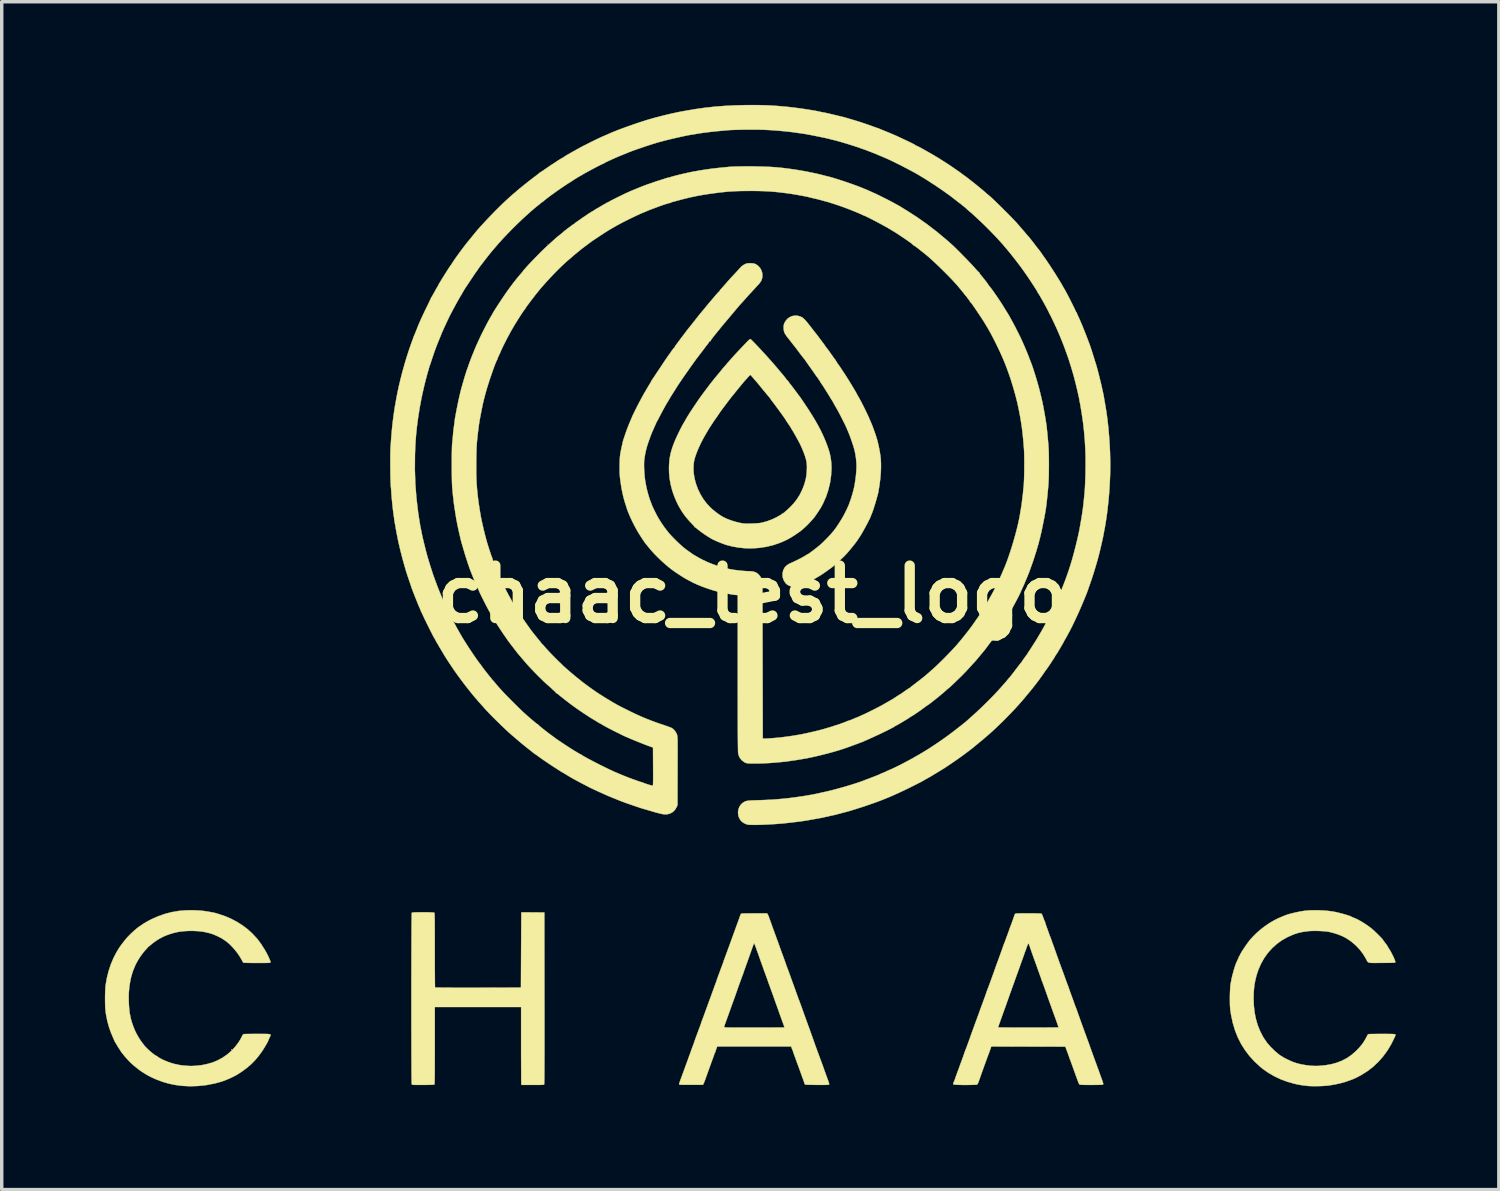
<source format=kicad_pcb>
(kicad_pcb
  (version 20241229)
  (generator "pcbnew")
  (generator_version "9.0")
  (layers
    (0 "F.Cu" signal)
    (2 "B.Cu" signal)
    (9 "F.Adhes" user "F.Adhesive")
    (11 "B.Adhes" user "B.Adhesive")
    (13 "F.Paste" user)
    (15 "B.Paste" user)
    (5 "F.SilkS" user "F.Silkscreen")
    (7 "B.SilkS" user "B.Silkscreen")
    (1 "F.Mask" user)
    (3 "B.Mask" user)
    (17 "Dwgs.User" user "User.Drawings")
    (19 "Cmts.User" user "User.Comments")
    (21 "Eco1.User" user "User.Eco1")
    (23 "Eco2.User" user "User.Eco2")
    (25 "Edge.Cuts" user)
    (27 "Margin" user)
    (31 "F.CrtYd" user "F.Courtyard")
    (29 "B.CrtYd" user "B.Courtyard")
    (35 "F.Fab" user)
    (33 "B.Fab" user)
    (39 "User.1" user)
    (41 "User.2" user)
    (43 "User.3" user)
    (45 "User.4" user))
  (footprint "chaac_test_logo"
    (layer "F.Cu")
    (at 18.827 14.229)
    (property "Reference" "chaac_test_logo" (at 0 0 0) (layer "F.SilkS") (effects (font (size 1.524 1.524) (thickness 0.3))))
    (attr through_hole)
    (fp_poly (pts (xy -5.964 -10.165) (xy -5.969 -10.16) (xy -5.974 -10.165) (xy -5.969 -10.17) (xy -5.964 -10.165)) (stroke (width 0.01) (type solid)) (fill yes) (layer "F.SilkS"))
    (fp_poly (pts (xy -15.142 13.235) (xy -15.143 13.238) (xy -15.153 13.248) (xy -15.155 13.249) (xy -15.156 13.242) (xy -15.154 13.238) (xy -15.144 13.229) (xy -15.142 13.228) (xy -15.142 13.235)) (stroke (width 0.01) (type solid)) (fill yes) (layer "F.SilkS"))
    (fp_poly (pts (xy -9.552 9.245) (xy -9.482 9.245) (xy -9.415 9.246) (xy -9.356 9.248) (xy -9.306 9.251) (xy -9.27 9.254) (xy -9.25 9.258) (xy -9.247 9.259) (xy -9.245 9.268) (xy -9.243 9.29) (xy -9.242 9.325) (xy -9.24 9.374) (xy -9.239 9.439) (xy -9.238 9.519) (xy -9.237 9.615) (xy -9.237 9.729) (xy -9.236 9.86) (xy -9.236 10.009) (xy -9.236 10.178) (xy -9.236 10.348) (xy -9.236 10.494) (xy -9.235 10.635) (xy -9.235 10.768) (xy -9.235 10.893) (xy -9.234 11.009) (xy -9.233 11.113) (xy -9.233 11.205) (xy -9.232 11.283) (xy -9.231 11.346) (xy -9.23 11.393) (xy -9.229 11.422) (xy -9.228 11.432) (xy -9.217 11.433) (xy -9.186 11.434) (xy -9.138 11.435) (xy -9.074 11.435) (xy -8.994 11.436) (xy -8.9 11.437) (xy -8.793 11.437) (xy -8.674 11.438) (xy -8.546 11.438) (xy -8.407 11.438) (xy -8.261 11.438) (xy -8.109 11.438) (xy -7.975 11.438) (xy -6.731 11.435) (xy -6.726 10.343) (xy -6.725 10.196) (xy -6.724 10.054) (xy -6.724 9.92) (xy -6.723 9.794) (xy -6.722 9.678) (xy -6.721 9.573) (xy -6.721 9.48) (xy -6.72 9.401) (xy -6.72 9.337) (xy -6.719 9.289) (xy -6.719 9.259) (xy -6.718 9.248) (xy -6.718 9.248) (xy -6.708 9.247) (xy -6.68 9.247) (xy -6.636 9.247) (xy -6.579 9.247) (xy -6.511 9.247) (xy -6.435 9.248) (xy -6.383 9.248) (xy -6.05 9.251) (xy -6.048 11.744) (xy -6.047 12.028) (xy -6.047 12.291) (xy -6.047 12.536) (xy -6.047 12.762) (xy -6.047 12.97) (xy -6.047 13.159) (xy -6.047 13.332) (xy -6.048 13.488) (xy -6.048 13.628) (xy -6.049 13.752) (xy -6.049 13.861) (xy -6.05 13.956) (xy -6.05 14.036) (xy -6.051 14.103) (xy -6.052 14.156) (xy -6.053 14.198) (xy -6.054 14.227) (xy -6.055 14.244) (xy -6.057 14.251) (xy -6.063 14.255) (xy -6.078 14.258) (xy -6.101 14.261) (xy -6.135 14.262) (xy -6.183 14.264) (xy -6.246 14.264) (xy -6.326 14.264) (xy -6.391 14.264) (xy -6.714 14.264) (xy -6.72 14.241) (xy -6.72 14.228) (xy -6.721 14.196) (xy -6.722 14.147) (xy -6.723 14.081) (xy -6.723 14) (xy -6.724 13.905) (xy -6.724 13.799) (xy -6.725 13.681) (xy -6.725 13.553) (xy -6.726 13.418) (xy -6.726 13.275) (xy -6.726 13.127) (xy -6.726 13.109) (xy -6.726 11.999) (xy -9.235 11.999) (xy -9.235 13.12) (xy -9.235 13.302) (xy -9.236 13.465) (xy -9.236 13.609) (xy -9.236 13.736) (xy -9.237 13.846) (xy -9.237 13.941) (xy -9.238 14.021) (xy -9.239 14.087) (xy -9.24 14.141) (xy -9.241 14.183) (xy -9.243 14.214) (xy -9.244 14.235) (xy -9.246 14.248) (xy -9.248 14.252) (xy -9.263 14.256) (xy -9.296 14.259) (xy -9.349 14.261) (xy -9.42 14.263) (xy -9.507 14.264) (xy -9.578 14.264) (xy -9.666 14.264) (xy -9.737 14.264) (xy -9.791 14.264) (xy -9.832 14.263) (xy -9.861 14.262) (xy -9.881 14.26) (xy -9.893 14.257) (xy -9.9 14.252) (xy -9.904 14.247) (xy -9.905 14.245) (xy -9.907 14.233) (xy -9.908 14.201) (xy -9.909 14.152) (xy -9.91 14.085) (xy -9.911 14.002) (xy -9.912 13.904) (xy -9.913 13.793) (xy -9.913 13.669) (xy -9.914 13.532) (xy -9.915 13.386) (xy -9.915 13.229) (xy -9.916 13.064) (xy -9.916 12.892) (xy -9.916 12.713) (xy -9.917 12.528) (xy -9.917 12.34) (xy -9.917 12.148) (xy -9.917 11.954) (xy -9.917 11.759) (xy -9.917 11.564) (xy -9.917 11.37) (xy -9.917 11.178) (xy -9.916 10.989) (xy -9.916 10.804) (xy -9.915 10.625) (xy -9.915 10.452) (xy -9.914 10.286) (xy -9.914 10.129) (xy -9.913 9.982) (xy -9.912 9.845) (xy -9.912 9.719) (xy -9.911 9.607) (xy -9.91 9.508) (xy -9.909 9.424) (xy -9.908 9.356) (xy -9.907 9.305) (xy -9.905 9.272) (xy -9.904 9.258) (xy -9.904 9.258) (xy -9.89 9.254) (xy -9.859 9.251) (xy -9.814 9.248) (xy -9.758 9.246) (xy -9.693 9.245) (xy -9.624 9.244) (xy -9.552 9.245)) (stroke (width 0.01) (type solid)) (fill yes) (layer "F.SilkS"))
    (fp_poly (pts (xy 16.457 9.187) (xy 16.595 9.193) (xy 16.73 9.204) (xy 16.857 9.221) (xy 16.907 9.229) (xy 16.966 9.241) (xy 17.033 9.256) (xy 17.103 9.274) (xy 17.173 9.293) (xy 17.241 9.312) (xy 17.302 9.331) (xy 17.354 9.348) (xy 17.393 9.363) (xy 17.416 9.375) (xy 17.418 9.376) (xy 17.434 9.384) (xy 17.461 9.396) (xy 17.48 9.404) (xy 17.554 9.435) (xy 17.637 9.477) (xy 17.728 9.529) (xy 17.82 9.587) (xy 17.911 9.65) (xy 17.996 9.714) (xy 18.009 9.724) (xy 18.039 9.75) (xy 18.077 9.784) (xy 18.12 9.825) (xy 18.165 9.869) (xy 18.209 9.913) (xy 18.25 9.954) (xy 18.284 9.99) (xy 18.31 10.018) (xy 18.323 10.035) (xy 18.323 10.035) (xy 18.333 10.051) (xy 18.353 10.079) (xy 18.379 10.114) (xy 18.397 10.137) (xy 18.424 10.172) (xy 18.445 10.201) (xy 18.458 10.221) (xy 18.461 10.227) (xy 18.466 10.238) (xy 18.48 10.261) (xy 18.499 10.291) (xy 18.526 10.333) (xy 18.556 10.384) (xy 18.589 10.447) (xy 18.614 10.495) (xy 18.64 10.55) (xy 18.662 10.6) (xy 18.679 10.643) (xy 18.69 10.676) (xy 18.692 10.692) (xy 18.691 10.698) (xy 18.688 10.702) (xy 18.681 10.706) (xy 18.669 10.709) (xy 18.648 10.711) (xy 18.618 10.712) (xy 18.577 10.714) (xy 18.522 10.715) (xy 18.452 10.715) (xy 18.365 10.716) (xy 18.302 10.716) (xy 18.202 10.717) (xy 18.12 10.718) (xy 18.054 10.718) (xy 18.002 10.717) (xy 17.962 10.714) (xy 17.932 10.71) (xy 17.91 10.702) (xy 17.893 10.691) (xy 17.881 10.677) (xy 17.869 10.658) (xy 17.858 10.635) (xy 17.843 10.606) (xy 17.842 10.603) (xy 17.756 10.46) (xy 17.654 10.326) (xy 17.537 10.203) (xy 17.408 10.094) (xy 17.269 10.001) (xy 17.228 9.977) (xy 17.133 9.931) (xy 17.024 9.888) (xy 16.909 9.851) (xy 16.794 9.821) (xy 16.728 9.808) (xy 16.673 9.801) (xy 16.603 9.795) (xy 16.524 9.79) (xy 16.439 9.787) (xy 16.356 9.786) (xy 16.277 9.787) (xy 16.21 9.789) (xy 16.159 9.794) (xy 16.069 9.806) (xy 15.995 9.817) (xy 15.931 9.83) (xy 15.872 9.844) (xy 15.814 9.862) (xy 15.752 9.883) (xy 15.723 9.894) (xy 15.553 9.968) (xy 15.393 10.059) (xy 15.245 10.166) (xy 15.11 10.288) (xy 14.988 10.424) (xy 14.881 10.573) (xy 14.789 10.735) (xy 14.713 10.908) (xy 14.71 10.914) (xy 14.659 11.067) (xy 14.62 11.22) (xy 14.592 11.377) (xy 14.576 11.542) (xy 14.57 11.72) (xy 14.57 11.75) (xy 14.578 11.961) (xy 14.6 12.158) (xy 14.637 12.345) (xy 14.689 12.523) (xy 14.757 12.694) (xy 14.842 12.859) (xy 14.875 12.913) (xy 14.961 13.038) (xy 15.067 13.161) (xy 15.191 13.282) (xy 15.261 13.341) (xy 15.304 13.376) (xy 15.335 13.4) (xy 15.358 13.416) (xy 15.377 13.425) (xy 15.385 13.428) (xy 15.4 13.436) (xy 15.403 13.441) (xy 15.411 13.449) (xy 15.435 13.463) (xy 15.471 13.482) (xy 15.515 13.505) (xy 15.564 13.529) (xy 15.615 13.553) (xy 15.663 13.575) (xy 15.707 13.593) (xy 15.733 13.604) (xy 15.843 13.639) (xy 15.967 13.669) (xy 16.098 13.691) (xy 16.232 13.707) (xy 16.361 13.713) (xy 16.469 13.711) (xy 16.659 13.693) (xy 16.834 13.662) (xy 16.995 13.617) (xy 17.145 13.558) (xy 17.284 13.485) (xy 17.413 13.396) (xy 17.535 13.291) (xy 17.566 13.261) (xy 17.643 13.18) (xy 17.706 13.106) (xy 17.761 13.032) (xy 17.809 12.955) (xy 17.856 12.868) (xy 17.864 12.852) (xy 17.878 12.825) (xy 17.89 12.807) (xy 17.894 12.803) (xy 17.898 12.793) (xy 17.897 12.791) (xy 17.905 12.789) (xy 17.932 12.787) (xy 17.975 12.785) (xy 18.032 12.784) (xy 18.102 12.783) (xy 18.181 12.782) (xy 18.269 12.782) (xy 18.28 12.782) (xy 18.386 12.781) (xy 18.472 12.782) (xy 18.541 12.783) (xy 18.595 12.784) (xy 18.635 12.786) (xy 18.663 12.788) (xy 18.68 12.791) (xy 18.686 12.794) (xy 18.695 12.802) (xy 18.696 12.814) (xy 18.691 12.833) (xy 18.677 12.866) (xy 18.676 12.868) (xy 18.576 13.073) (xy 18.463 13.262) (xy 18.336 13.436) (xy 18.197 13.594) (xy 18.045 13.737) (xy 17.879 13.865) (xy 17.699 13.978) (xy 17.572 14.045) (xy 17.528 14.066) (xy 17.488 14.084) (xy 17.458 14.097) (xy 17.445 14.103) (xy 17.421 14.111) (xy 17.388 14.123) (xy 17.363 14.132) (xy 17.236 14.177) (xy 17.094 14.216) (xy 16.943 14.249) (xy 16.788 14.276) (xy 16.714 14.285) (xy 16.646 14.291) (xy 16.565 14.296) (xy 16.477 14.299) (xy 16.386 14.3) (xy 16.297 14.3) (xy 16.215 14.298) (xy 16.146 14.294) (xy 16.114 14.29) (xy 16.023 14.279) (xy 15.946 14.268) (xy 15.877 14.256) (xy 15.81 14.242) (xy 15.753 14.229) (xy 15.553 14.172) (xy 15.359 14.1) (xy 15.175 14.013) (xy 15.002 13.913) (xy 14.842 13.802) (xy 14.762 13.736) (xy 14.597 13.583) (xy 14.45 13.422) (xy 14.321 13.252) (xy 14.208 13.073) (xy 14.112 12.883) (xy 14.032 12.682) (xy 13.968 12.469) (xy 13.919 12.244) (xy 13.894 12.087) (xy 13.889 12.03) (xy 13.884 11.96) (xy 13.882 11.881) (xy 13.881 11.796) (xy 13.881 11.707) (xy 13.883 11.619) (xy 13.886 11.534) (xy 13.89 11.456) (xy 13.895 11.387) (xy 13.901 11.33) (xy 13.909 11.29) (xy 13.912 11.278) (xy 13.917 11.258) (xy 13.922 11.229) (xy 13.923 11.219) (xy 13.929 11.187) (xy 13.939 11.14) (xy 13.953 11.083) (xy 13.97 11.02) (xy 13.987 10.956) (xy 14.004 10.896) (xy 14.02 10.844) (xy 14.026 10.827) (xy 14.042 10.78) (xy 14.057 10.739) (xy 14.074 10.699) (xy 14.095 10.652) (xy 14.114 10.613) (xy 14.129 10.58) (xy 14.139 10.553) (xy 14.143 10.539) (xy 14.149 10.527) (xy 14.153 10.526) (xy 14.162 10.518) (xy 14.163 10.514) (xy 14.169 10.495) (xy 14.185 10.462) (xy 14.21 10.419) (xy 14.241 10.367) (xy 14.278 10.311) (xy 14.318 10.251) (xy 14.359 10.191) (xy 14.4 10.134) (xy 14.438 10.083) (xy 14.473 10.04) (xy 14.487 10.024) (xy 14.565 9.939) (xy 14.642 9.863) (xy 14.722 9.79) (xy 14.811 9.717) (xy 14.906 9.645) (xy 15.018 9.568) (xy 15.137 9.497) (xy 15.256 9.434) (xy 15.361 9.388) (xy 15.401 9.372) (xy 15.442 9.355) (xy 15.455 9.349) (xy 15.52 9.324) (xy 15.596 9.299) (xy 15.687 9.275) (xy 15.794 9.25) (xy 15.918 9.224) (xy 15.966 9.215) (xy 16.071 9.2) (xy 16.191 9.19) (xy 16.321 9.186) (xy 16.457 9.187)) (stroke (width 0.01) (type solid)) (fill yes) (layer "F.SilkS"))
    (fp_poly (pts (xy 1.314 -8.099) (xy 1.392 -8.077) (xy 1.416 -8.066) (xy 1.442 -8.053) (xy 1.466 -8.036) (xy 1.491 -8.015) (xy 1.519 -7.988) (xy 1.552 -7.952) (xy 1.59 -7.907) (xy 1.636 -7.85) (xy 1.691 -7.78) (xy 1.732 -7.727) (xy 1.766 -7.683) (xy 1.798 -7.641) (xy 1.825 -7.607) (xy 1.844 -7.584) (xy 1.846 -7.581) (xy 1.87 -7.552) (xy 1.892 -7.523) (xy 1.895 -7.519) (xy 1.908 -7.501) (xy 1.93 -7.471) (xy 1.96 -7.431) (xy 1.995 -7.385) (xy 2.019 -7.352) (xy 2.054 -7.306) (xy 2.083 -7.266) (xy 2.106 -7.234) (xy 2.12 -7.214) (xy 2.123 -7.207) (xy 2.13 -7.195) (xy 2.146 -7.176) (xy 2.152 -7.168) (xy 2.172 -7.145) (xy 2.198 -7.111) (xy 2.225 -7.074) (xy 2.231 -7.066) (xy 2.257 -7.028) (xy 2.283 -6.991) (xy 2.303 -6.962) (xy 2.306 -6.959) (xy 2.327 -6.929) (xy 2.352 -6.893) (xy 2.367 -6.872) (xy 2.387 -6.845) (xy 2.403 -6.826) (xy 2.41 -6.819) (xy 2.418 -6.807) (xy 2.418 -6.806) (xy 2.424 -6.792) (xy 2.438 -6.77) (xy 2.443 -6.762) (xy 2.46 -6.739) (xy 2.468 -6.721) (xy 2.469 -6.718) (xy 2.476 -6.703) (xy 2.482 -6.698) (xy 2.492 -6.687) (xy 2.511 -6.662) (xy 2.535 -6.628) (xy 2.561 -6.589) (xy 2.596 -6.536) (xy 2.634 -6.478) (xy 2.671 -6.424) (xy 2.689 -6.396) (xy 2.714 -6.357) (xy 2.746 -6.307) (xy 2.784 -6.247) (xy 2.824 -6.182) (xy 2.865 -6.116) (xy 2.904 -6.05) (xy 2.941 -5.989) (xy 2.972 -5.937) (xy 2.996 -5.895) (xy 3.008 -5.875) (xy 3.049 -5.798) (xy 3.094 -5.72) (xy 3.125 -5.664) (xy 3.14 -5.638) (xy 3.162 -5.596) (xy 3.188 -5.544) (xy 3.219 -5.484) (xy 3.251 -5.42) (xy 3.283 -5.356) (xy 3.312 -5.294) (xy 3.339 -5.24) (xy 3.359 -5.196) (xy 3.368 -5.177) (xy 3.406 -5.09) (xy 3.439 -5.014) (xy 3.466 -4.95) (xy 3.487 -4.9) (xy 3.499 -4.866) (xy 3.501 -4.862) (xy 3.512 -4.828) (xy 3.527 -4.788) (xy 3.536 -4.765) (xy 3.586 -4.623) (xy 3.63 -4.478) (xy 3.667 -4.326) (xy 3.699 -4.163) (xy 3.719 -4.039) (xy 3.732 -3.927) (xy 3.737 -3.799) (xy 3.737 -3.659) (xy 3.73 -3.512) (xy 3.717 -3.359) (xy 3.697 -3.205) (xy 3.693 -3.175) (xy 3.68 -3.091) (xy 3.669 -3.024) (xy 3.659 -2.973) (xy 3.652 -2.935) (xy 3.647 -2.916) (xy 3.62 -2.816) (xy 3.592 -2.718) (xy 3.564 -2.624) (xy 3.537 -2.538) (xy 3.513 -2.461) (xy 3.49 -2.397) (xy 3.471 -2.347) (xy 3.458 -2.317) (xy 3.448 -2.295) (xy 3.444 -2.283) (xy 3.439 -2.266) (xy 3.426 -2.234) (xy 3.405 -2.19) (xy 3.378 -2.136) (xy 3.347 -2.075) (xy 3.312 -2.009) (xy 3.276 -1.942) (xy 3.239 -1.875) (xy 3.204 -1.812) (xy 3.171 -1.755) (xy 3.141 -1.706) (xy 3.118 -1.67) (xy 3.093 -1.633) (xy 3.064 -1.59) (xy 3.043 -1.559) (xy 3.009 -1.511) (xy 2.966 -1.455) (xy 2.916 -1.392) (xy 2.863 -1.327) (xy 2.808 -1.262) (xy 2.756 -1.201) (xy 2.707 -1.148) (xy 2.666 -1.105) (xy 2.643 -1.082) (xy 2.619 -1.06) (xy 2.587 -1.03) (xy 2.553 -0.997) (xy 2.546 -0.991) (xy 2.509 -0.955) (xy 2.468 -0.917) (xy 2.432 -0.886) (xy 2.429 -0.884) (xy 2.399 -0.859) (xy 2.374 -0.837) (xy 2.359 -0.823) (xy 2.345 -0.811) (xy 2.317 -0.789) (xy 2.278 -0.761) (xy 2.232 -0.727) (xy 2.182 -0.691) (xy 2.131 -0.655) (xy 2.082 -0.62) (xy 2.078 -0.617) (xy 1.975 -0.55) (xy 1.859 -0.48) (xy 1.734 -0.412) (xy 1.646 -0.367) (xy 1.554 -0.322) (xy 1.478 -0.286) (xy 1.416 -0.259) (xy 1.365 -0.239) (xy 1.323 -0.226) (xy 1.288 -0.219) (xy 1.285 -0.219) (xy 1.253 -0.214) (xy 1.227 -0.21) (xy 1.219 -0.209) (xy 1.202 -0.21) (xy 1.172 -0.216) (xy 1.143 -0.223) (xy 1.071 -0.248) (xy 1.014 -0.279) (xy 0.969 -0.318) (xy 0.932 -0.37) (xy 0.908 -0.413) (xy 0.883 -0.485) (xy 0.874 -0.563) (xy 0.881 -0.642) (xy 0.903 -0.717) (xy 0.937 -0.778) (xy 0.975 -0.821) (xy 1.025 -0.861) (xy 1.077 -0.891) (xy 1.096 -0.9) (xy 1.129 -0.915) (xy 1.171 -0.934) (xy 1.218 -0.955) (xy 1.219 -0.956) (xy 1.317 -1.003) (xy 1.416 -1.054) (xy 1.509 -1.106) (xy 1.57 -1.144) (xy 1.598 -1.161) (xy 1.621 -1.173) (xy 1.63 -1.176) (xy 1.644 -1.184) (xy 1.645 -1.185) (xy 1.656 -1.195) (xy 1.679 -1.212) (xy 1.702 -1.229) (xy 1.741 -1.257) (xy 1.791 -1.295) (xy 1.845 -1.337) (xy 1.899 -1.38) (xy 1.947 -1.419) (xy 1.98 -1.447) (xy 2.012 -1.476) (xy 2.052 -1.514) (xy 2.097 -1.559) (xy 2.145 -1.607) (xy 2.191 -1.654) (xy 2.232 -1.697) (xy 2.265 -1.732) (xy 2.286 -1.756) (xy 2.308 -1.783) (xy 2.327 -1.806) (xy 2.335 -1.814) (xy 2.366 -1.851) (xy 2.404 -1.901) (xy 2.448 -1.963) (xy 2.494 -2.032) (xy 2.542 -2.106) (xy 2.588 -2.18) (xy 2.63 -2.252) (xy 2.643 -2.276) (xy 2.666 -2.318) (xy 2.692 -2.368) (xy 2.719 -2.423) (xy 2.746 -2.478) (xy 2.771 -2.532) (xy 2.792 -2.579) (xy 2.808 -2.617) (xy 2.817 -2.642) (xy 2.818 -2.647) (xy 2.823 -2.661) (xy 2.832 -2.688) (xy 2.845 -2.723) (xy 2.847 -2.728) (xy 2.862 -2.77) (xy 2.88 -2.827) (xy 2.899 -2.892) (xy 2.919 -2.96) (xy 2.936 -3.025) (xy 2.95 -3.081) (xy 2.955 -3.104) (xy 2.977 -3.22) (xy 2.995 -3.341) (xy 3.01 -3.464) (xy 3.02 -3.582) (xy 3.025 -3.693) (xy 3.025 -3.79) (xy 3.023 -3.818) (xy 3.012 -3.941) (xy 2.994 -4.065) (xy 2.969 -4.185) (xy 2.941 -4.288) (xy 2.895 -4.427) (xy 2.853 -4.548) (xy 2.815 -4.65) (xy 2.781 -4.733) (xy 2.774 -4.75) (xy 2.759 -4.783) (xy 2.742 -4.824) (xy 2.732 -4.846) (xy 2.717 -4.88) (xy 2.695 -4.928) (xy 2.666 -4.987) (xy 2.632 -5.053) (xy 2.596 -5.124) (xy 2.56 -5.195) (xy 2.524 -5.264) (xy 2.491 -5.326) (xy 2.462 -5.379) (xy 2.439 -5.418) (xy 2.438 -5.42) (xy 2.412 -5.465) (xy 2.386 -5.51) (xy 2.365 -5.548) (xy 2.358 -5.563) (xy 2.336 -5.601) (xy 2.315 -5.637) (xy 2.297 -5.665) (xy 2.286 -5.679) (xy 2.279 -5.691) (xy 2.265 -5.714) (xy 2.257 -5.729) (xy 2.241 -5.756) (xy 2.218 -5.794) (xy 2.191 -5.838) (xy 2.167 -5.876) (xy 2.138 -5.921) (xy 2.11 -5.965) (xy 2.087 -6.002) (xy 2.074 -6.023) (xy 2.054 -6.055) (xy 2.027 -6.094) (xy 2.004 -6.127) (xy 1.984 -6.156) (xy 1.971 -6.178) (xy 1.968 -6.187) (xy 1.968 -6.188) (xy 1.969 -6.192) (xy 1.966 -6.195) (xy 1.955 -6.207) (xy 1.938 -6.231) (xy 1.923 -6.254) (xy 1.902 -6.285) (xy 1.882 -6.313) (xy 1.873 -6.325) (xy 1.855 -6.347) (xy 1.844 -6.363) (xy 1.835 -6.377) (xy 1.82 -6.399) (xy 1.798 -6.431) (xy 1.768 -6.473) (xy 1.729 -6.529) (xy 1.68 -6.598) (xy 1.676 -6.604) (xy 1.64 -6.654) (xy 1.606 -6.703) (xy 1.577 -6.745) (xy 1.554 -6.777) (xy 1.546 -6.789) (xy 1.526 -6.818) (xy 1.509 -6.841) (xy 1.501 -6.85) (xy 1.49 -6.863) (xy 1.47 -6.888) (xy 1.443 -6.922) (xy 1.413 -6.961) (xy 1.382 -7.002) (xy 1.354 -7.04) (xy 1.336 -7.064) (xy 1.304 -7.107) (xy 1.262 -7.162) (xy 1.213 -7.225) (xy 1.161 -7.291) (xy 1.109 -7.358) (xy 1.059 -7.421) (xy 1.058 -7.422) (xy 1.01 -7.483) (xy 0.973 -7.533) (xy 0.947 -7.575) (xy 0.929 -7.613) (xy 0.917 -7.649) (xy 0.91 -7.688) (xy 0.907 -7.729) (xy 0.907 -7.797) (xy 0.917 -7.854) (xy 0.941 -7.908) (xy 0.967 -7.951) (xy 1.02 -8.012) (xy 1.084 -8.059) (xy 1.157 -8.089) (xy 1.234 -8.103) (xy 1.314 -8.099)) (stroke (width 0.01) (type solid)) (fill yes) (layer "F.SilkS"))
    (fp_poly (pts (xy -16.058 9.196) (xy -16.004 9.201) (xy -15.939 9.209) (xy -15.869 9.219) (xy -15.798 9.231) (xy -15.73 9.243) (xy -15.669 9.255) (xy -15.62 9.266) (xy -15.586 9.275) (xy -15.585 9.276) (xy -15.564 9.283) (xy -15.53 9.293) (xy -15.488 9.306) (xy -15.47 9.312) (xy -15.306 9.369) (xy -15.142 9.442) (xy -14.982 9.527) (xy -14.831 9.623) (xy -14.691 9.727) (xy -14.567 9.838) (xy -14.526 9.88) (xy -14.463 9.947) (xy -14.414 10) (xy -14.38 10.039) (xy -14.36 10.066) (xy -14.358 10.069) (xy -14.342 10.092) (xy -14.32 10.122) (xy -14.31 10.135) (xy -14.29 10.16) (xy -14.277 10.179) (xy -14.274 10.185) (xy -14.267 10.198) (xy -14.251 10.223) (xy -14.23 10.257) (xy -14.213 10.282) (xy -14.185 10.326) (xy -14.158 10.372) (xy -14.136 10.411) (xy -14.129 10.424) (xy -14.113 10.457) (xy -14.099 10.483) (xy -14.092 10.495) (xy -14.081 10.517) (xy -14.066 10.55) (xy -14.049 10.588) (xy -14.033 10.626) (xy -14.02 10.66) (xy -14.012 10.684) (xy -14.011 10.691) (xy -14.019 10.708) (xy -14.027 10.713) (xy -14.041 10.714) (xy -14.073 10.716) (xy -14.119 10.717) (xy -14.177 10.718) (xy -14.243 10.718) (xy -14.317 10.718) (xy -14.393 10.719) (xy -14.47 10.718) (xy -14.546 10.718) (xy -14.616 10.717) (xy -14.679 10.716) (xy -14.731 10.715) (xy -14.77 10.714) (xy -14.794 10.712) (xy -14.799 10.711) (xy -14.809 10.699) (xy -14.824 10.674) (xy -14.843 10.64) (xy -14.85 10.627) (xy -14.903 10.536) (xy -14.967 10.441) (xy -15.039 10.348) (xy -15.116 10.26) (xy -15.194 10.18) (xy -15.271 10.113) (xy -15.33 10.069) (xy -15.366 10.046) (xy -15.395 10.026) (xy -15.414 10.013) (xy -15.418 10.01) (xy -15.432 10.002) (xy -15.459 9.987) (xy -15.496 9.968) (xy -15.537 9.948) (xy -15.578 9.929) (xy -15.613 9.913) (xy -15.636 9.903) (xy -15.684 9.884) (xy -15.721 9.871) (xy -15.758 9.859) (xy -15.803 9.847) (xy -15.814 9.844) (xy -15.954 9.813) (xy -16.103 9.794) (xy -16.265 9.786) (xy -16.393 9.787) (xy -16.523 9.794) (xy -16.64 9.807) (xy -16.752 9.827) (xy -16.865 9.856) (xy -16.984 9.895) (xy -17.049 9.919) (xy -17.14 9.959) (xy -17.238 10.011) (xy -17.336 10.072) (xy -17.429 10.139) (xy -17.511 10.206) (xy -17.522 10.216) (xy -17.544 10.235) (xy -17.561 10.246) (xy -17.575 10.257) (xy -17.577 10.262) (xy -17.583 10.271) (xy -17.601 10.291) (xy -17.626 10.318) (xy -17.645 10.338) (xy -17.697 10.397) (xy -17.752 10.469) (xy -17.808 10.549) (xy -17.861 10.633) (xy -17.907 10.715) (xy -17.946 10.791) (xy -17.968 10.846) (xy -17.98 10.876) (xy -17.99 10.899) (xy -17.994 10.907) (xy -18.001 10.923) (xy -18.012 10.955) (xy -18.026 10.997) (xy -18.041 11.046) (xy -18.055 11.096) (xy -18.068 11.145) (xy -18.078 11.186) (xy -18.081 11.196) (xy -18.114 11.389) (xy -18.132 11.579) (xy -18.135 11.682) (xy -18.134 11.772) (xy -18.132 11.863) (xy -18.128 11.953) (xy -18.122 12.038) (xy -18.115 12.113) (xy -18.107 12.174) (xy -18.1 12.207) (xy -18.092 12.246) (xy -18.085 12.281) (xy -18.082 12.299) (xy -18.074 12.334) (xy -18.061 12.384) (xy -18.043 12.443) (xy -18.021 12.509) (xy -17.997 12.576) (xy -17.997 12.578) (xy -17.954 12.682) (xy -17.901 12.789) (xy -17.841 12.894) (xy -17.778 12.99) (xy -17.727 13.057) (xy -17.707 13.083) (xy -17.693 13.102) (xy -17.689 13.11) (xy -17.682 13.119) (xy -17.663 13.14) (xy -17.636 13.168) (xy -17.603 13.203) (xy -17.601 13.204) (xy -17.564 13.24) (xy -17.521 13.279) (xy -17.476 13.317) (xy -17.431 13.353) (xy -17.391 13.383) (xy -17.358 13.406) (xy -17.334 13.419) (xy -17.327 13.421) (xy -17.311 13.428) (xy -17.302 13.437) (xy -17.284 13.453) (xy -17.258 13.47) (xy -17.252 13.473) (xy -17.225 13.488) (xy -17.204 13.5) (xy -17.201 13.502) (xy -17.148 13.529) (xy -17.082 13.559) (xy -17.007 13.589) (xy -16.93 13.617) (xy -16.856 13.64) (xy -16.793 13.657) (xy -16.789 13.658) (xy -16.723 13.672) (xy -16.67 13.683) (xy -16.624 13.691) (xy -16.578 13.697) (xy -16.527 13.702) (xy -16.467 13.707) (xy -16.382 13.713) (xy -16.306 13.714) (xy -16.228 13.711) (xy -16.18 13.707) (xy -16.122 13.702) (xy -16.075 13.697) (xy -16.035 13.692) (xy -15.995 13.686) (xy -15.951 13.677) (xy -15.896 13.666) (xy -15.845 13.654) (xy -15.696 13.612) (xy -15.55 13.551) (xy -15.41 13.475) (xy -15.277 13.384) (xy -15.157 13.282) (xy -15.052 13.17) (xy -15.028 13.14) (xy -14.979 13.077) (xy -14.942 13.026) (xy -14.911 12.98) (xy -14.885 12.936) (xy -14.86 12.888) (xy -14.844 12.856) (xy -14.827 12.824) (xy -14.81 12.799) (xy -14.798 12.788) (xy -14.784 12.786) (xy -14.752 12.785) (xy -14.705 12.784) (xy -14.645 12.783) (xy -14.574 12.782) (xy -14.494 12.781) (xy -14.409 12.781) (xy -14.408 12.781) (xy -14.305 12.781) (xy -14.22 12.782) (xy -14.152 12.782) (xy -14.1 12.784) (xy -14.061 12.787) (xy -14.034 12.791) (xy -14.017 12.797) (xy -14.009 12.805) (xy -14.008 12.815) (xy -14.011 12.827) (xy -14.018 12.843) (xy -14.021 12.847) (xy -14.047 12.903) (xy -14.066 12.946) (xy -14.078 12.974) (xy -14.082 12.986) (xy -14.087 12.999) (xy -14.101 13.026) (xy -14.122 13.064) (xy -14.148 13.108) (xy -14.177 13.157) (xy -14.206 13.205) (xy -14.235 13.251) (xy -14.257 13.284) (xy -14.356 13.421) (xy -14.459 13.544) (xy -14.57 13.658) (xy -14.693 13.764) (xy -14.83 13.866) (xy -14.966 13.955) (xy -15.003 13.977) (xy -15.053 14.003) (xy -15.109 14.032) (xy -15.167 14.06) (xy -15.22 14.084) (xy -15.262 14.102) (xy -15.265 14.103) (xy -15.298 14.116) (xy -15.326 14.128) (xy -15.337 14.133) (xy -15.362 14.142) (xy -15.402 14.156) (xy -15.452 14.172) (xy -15.507 14.188) (xy -15.562 14.203) (xy -15.613 14.217) (xy -15.636 14.222) (xy -15.876 14.269) (xy -16.115 14.295) (xy -16.352 14.303) (xy -16.584 14.291) (xy -16.591 14.29) (xy -16.785 14.264) (xy -16.971 14.226) (xy -17.152 14.173) (xy -17.334 14.105) (xy -17.49 14.034) (xy -17.548 14.004) (xy -17.614 13.967) (xy -17.682 13.926) (xy -17.747 13.885) (xy -17.804 13.846) (xy -17.834 13.823) (xy -17.904 13.768) (xy -17.96 13.723) (xy -18.006 13.685) (xy -18.045 13.65) (xy -18.081 13.617) (xy -18.115 13.582) (xy -18.152 13.543) (xy -18.194 13.496) (xy -18.203 13.487) (xy -18.236 13.45) (xy -18.27 13.409) (xy -18.303 13.367) (xy -18.334 13.329) (xy -18.358 13.296) (xy -18.374 13.273) (xy -18.379 13.262) (xy -18.385 13.251) (xy -18.399 13.23) (xy -18.414 13.209) (xy -18.438 13.174) (xy -18.464 13.131) (xy -18.481 13.101) (xy -18.5 13.068) (xy -18.517 13.04) (xy -18.528 13.024) (xy -18.539 13.008) (xy -18.542 13.001) (xy -18.546 12.989) (xy -18.557 12.964) (xy -18.572 12.93) (xy -18.576 12.921) (xy -18.651 12.745) (xy -18.711 12.573) (xy -18.758 12.399) (xy -18.794 12.216) (xy -18.808 12.116) (xy -18.814 12.056) (xy -18.818 11.981) (xy -18.821 11.894) (xy -18.822 11.8) (xy -18.822 11.702) (xy -18.82 11.606) (xy -18.817 11.516) (xy -18.812 11.435) (xy -18.806 11.369) (xy -18.803 11.349) (xy -18.767 11.146) (xy -18.717 10.948) (xy -18.654 10.758) (xy -18.579 10.58) (xy -18.507 10.439) (xy -18.489 10.407) (xy -18.473 10.38) (xy -18.467 10.368) (xy -18.433 10.313) (xy -18.39 10.247) (xy -18.338 10.176) (xy -18.283 10.104) (xy -18.228 10.035) (xy -18.176 9.974) (xy -18.151 9.948) (xy -18.089 9.885) (xy -18.025 9.824) (xy -17.962 9.767) (xy -17.903 9.717) (xy -17.852 9.676) (xy -17.81 9.647) (xy -17.796 9.64) (xy -17.778 9.629) (xy -17.77 9.622) (xy -17.756 9.61) (xy -17.727 9.591) (xy -17.687 9.566) (xy -17.64 9.538) (xy -17.59 9.509) (xy -17.539 9.481) (xy -17.492 9.456) (xy -17.475 9.448) (xy -17.281 9.362) (xy -17.085 9.293) (xy -16.885 9.241) (xy -16.68 9.206) (xy -16.466 9.188) (xy -16.243 9.186) (xy -16.058 9.196)) (stroke (width 0.01) (type solid)) (fill yes) (layer "F.SilkS"))
    (fp_poly (pts (xy -0.056 -7.419) (xy -0.054 -7.418) (xy -0.042 -7.408) (xy -0.018 -7.385) (xy 0.015 -7.353) (xy 0.055 -7.312) (xy 0.099 -7.266) (xy 0.146 -7.217) (xy 0.193 -7.167) (xy 0.238 -7.119) (xy 0.278 -7.075) (xy 0.281 -7.072) (xy 0.308 -7.041) (xy 0.334 -7.014) (xy 0.351 -6.996) (xy 0.365 -6.981) (xy 0.39 -6.954) (xy 0.421 -6.919) (xy 0.457 -6.879) (xy 0.466 -6.868) (xy 0.504 -6.826) (xy 0.54 -6.786) (xy 0.57 -6.752) (xy 0.591 -6.729) (xy 0.593 -6.726) (xy 0.611 -6.705) (xy 0.64 -6.671) (xy 0.678 -6.628) (xy 0.721 -6.577) (xy 0.767 -6.522) (xy 0.815 -6.465) (xy 0.862 -6.409) (xy 0.878 -6.391) (xy 0.908 -6.354) (xy 0.943 -6.31) (xy 0.975 -6.268) (xy 0.976 -6.266) (xy 1.001 -6.235) (xy 1.021 -6.211) (xy 1.035 -6.199) (xy 1.037 -6.198) (xy 1.046 -6.19) (xy 1.046 -6.186) (xy 1.053 -6.173) (xy 1.069 -6.15) (xy 1.089 -6.124) (xy 1.111 -6.097) (xy 1.141 -6.059) (xy 1.176 -6.013) (xy 1.214 -5.963) (xy 1.231 -5.939) (xy 1.266 -5.893) (xy 1.297 -5.851) (xy 1.322 -5.817) (xy 1.34 -5.793) (xy 1.345 -5.786) (xy 1.363 -5.763) (xy 1.38 -5.74) (xy 1.398 -5.715) (xy 1.419 -5.685) (xy 1.446 -5.646) (xy 1.479 -5.596) (xy 1.516 -5.542) (xy 1.629 -5.372) (xy 1.729 -5.214) (xy 1.819 -5.066) (xy 1.899 -4.926) (xy 1.971 -4.791) (xy 2.036 -4.658) (xy 2.095 -4.525) (xy 2.13 -4.441) (xy 2.183 -4.303) (xy 2.225 -4.177) (xy 2.257 -4.059) (xy 2.278 -3.944) (xy 2.292 -3.829) (xy 2.297 -3.71) (xy 2.298 -3.658) (xy 2.286 -3.449) (xy 2.256 -3.241) (xy 2.206 -3.035) (xy 2.139 -2.835) (xy 2.054 -2.643) (xy 1.999 -2.539) (xy 1.979 -2.506) (xy 1.954 -2.466) (xy 1.926 -2.423) (xy 1.898 -2.381) (xy 1.873 -2.343) (xy 1.852 -2.314) (xy 1.838 -2.297) (xy 1.835 -2.294) (xy 1.829 -2.287) (xy 1.832 -2.286) (xy 1.829 -2.279) (xy 1.816 -2.26) (xy 1.792 -2.231) (xy 1.762 -2.195) (xy 1.726 -2.154) (xy 1.688 -2.112) (xy 1.649 -2.07) (xy 1.612 -2.031) (xy 1.603 -2.022) (xy 1.565 -1.985) (xy 1.524 -1.947) (xy 1.482 -1.909) (xy 1.441 -1.874) (xy 1.405 -1.844) (xy 1.377 -1.822) (xy 1.359 -1.81) (xy 1.355 -1.809) (xy 1.344 -1.803) (xy 1.342 -1.801) (xy 1.331 -1.791) (xy 1.307 -1.774) (xy 1.273 -1.751) (xy 1.233 -1.724) (xy 1.191 -1.697) (xy 1.15 -1.671) (xy 1.116 -1.65) (xy 1.092 -1.637) (xy 1.064 -1.621) (xy 1.041 -1.608) (xy 1.036 -1.605) (xy 1.017 -1.595) (xy 0.984 -1.578) (xy 0.941 -1.558) (xy 0.893 -1.537) (xy 0.845 -1.516) (xy 0.802 -1.498) (xy 0.782 -1.49) (xy 0.59 -1.426) (xy 0.389 -1.379) (xy 0.183 -1.349) (xy 0.025 -1.338) (xy -0.04 -1.337) (xy -0.112 -1.337) (xy -0.18 -1.338) (xy -0.234 -1.341) (xy -0.41 -1.36) (xy -0.589 -1.392) (xy -0.742 -1.431) (xy -0.796 -1.448) (xy -0.862 -1.472) (xy -0.935 -1.5) (xy -1.008 -1.53) (xy -1.077 -1.56) (xy -1.134 -1.587) (xy -1.155 -1.597) (xy -1.215 -1.63) (xy -1.282 -1.671) (xy -1.353 -1.717) (xy -1.424 -1.765) (xy -1.491 -1.813) (xy -1.552 -1.859) (xy -1.603 -1.899) (xy -1.639 -1.932) (xy -1.639 -1.932) (xy -1.656 -1.944) (xy -1.667 -1.945) (xy -1.676 -1.947) (xy -1.676 -1.952) (xy -1.683 -1.963) (xy -1.701 -1.986) (xy -1.728 -2.017) (xy -1.76 -2.051) (xy -1.834 -2.13) (xy -1.895 -2.199) (xy -1.948 -2.263) (xy -1.994 -2.326) (xy -2.015 -2.355) (xy -2.039 -2.391) (xy -2.058 -2.42) (xy -2.07 -2.439) (xy -2.073 -2.444) (xy -2.078 -2.454) (xy -2.091 -2.476) (xy -2.109 -2.505) (xy -2.146 -2.569) (xy -2.186 -2.648) (xy -2.227 -2.737) (xy -2.266 -2.831) (xy -2.301 -2.925) (xy -2.33 -3.014) (xy -2.335 -3.028) (xy -2.378 -3.196) (xy -2.407 -3.358) (xy -2.423 -3.522) (xy -2.426 -3.657) (xy -1.715 -3.657) (xy -1.712 -3.566) (xy -1.708 -3.522) (xy -1.684 -3.368) (xy -1.642 -3.213) (xy -1.586 -3.06) (xy -1.515 -2.913) (xy -1.433 -2.776) (xy -1.341 -2.653) (xy -1.304 -2.611) (xy -1.264 -2.568) (xy -1.232 -2.535) (xy -1.204 -2.507) (xy -1.175 -2.48) (xy -1.141 -2.452) (xy -1.061 -2.387) (xy -0.971 -2.321) (xy -0.931 -2.294) (xy -0.841 -2.241) (xy -0.735 -2.191) (xy -0.617 -2.147) (xy -0.492 -2.108) (xy -0.365 -2.077) (xy -0.259 -2.059) (xy -0.224 -2.056) (xy -0.173 -2.054) (xy -0.11 -2.055) (xy -0.041 -2.056) (xy 0.03 -2.059) (xy 0.099 -2.062) (xy 0.162 -2.067) (xy 0.213 -2.072) (xy 0.249 -2.077) (xy 0.249 -2.077) (xy 0.41 -2.119) (xy 0.561 -2.174) (xy 0.699 -2.239) (xy 0.737 -2.261) (xy 0.772 -2.281) (xy 0.803 -2.298) (xy 0.823 -2.308) (xy 0.826 -2.309) (xy 0.84 -2.32) (xy 0.843 -2.326) (xy 0.851 -2.336) (xy 0.856 -2.337) (xy 0.875 -2.344) (xy 0.905 -2.364) (xy 0.943 -2.395) (xy 0.989 -2.434) (xy 1.039 -2.48) (xy 1.091 -2.53) (xy 1.142 -2.582) (xy 1.191 -2.634) (xy 1.206 -2.652) (xy 1.296 -2.768) (xy 1.378 -2.899) (xy 1.448 -3.041) (xy 1.506 -3.19) (xy 1.548 -3.341) (xy 1.555 -3.375) (xy 1.567 -3.445) (xy 1.576 -3.525) (xy 1.581 -3.608) (xy 1.584 -3.689) (xy 1.582 -3.763) (xy 1.577 -3.823) (xy 1.576 -3.834) (xy 1.554 -3.934) (xy 1.519 -4.047) (xy 1.471 -4.173) (xy 1.41 -4.314) (xy 1.396 -4.343) (xy 1.378 -4.381) (xy 1.351 -4.432) (xy 1.319 -4.491) (xy 1.284 -4.555) (xy 1.249 -4.618) (xy 1.215 -4.678) (xy 1.186 -4.728) (xy 1.163 -4.766) (xy 1.162 -4.768) (xy 1.141 -4.8) (xy 1.126 -4.826) (xy 1.118 -4.839) (xy 1.118 -4.841) (xy 1.112 -4.85) (xy 1.098 -4.873) (xy 1.076 -4.907) (xy 1.049 -4.947) (xy 1.041 -4.958) (xy 1.013 -5) (xy 0.99 -5.035) (xy 0.973 -5.061) (xy 0.966 -5.074) (xy 0.965 -5.075) (xy 0.959 -5.085) (xy 0.943 -5.11) (xy 0.918 -5.146) (xy 0.886 -5.191) (xy 0.848 -5.244) (xy 0.806 -5.301) (xy 0.763 -5.361) (xy 0.718 -5.421) (xy 0.675 -5.48) (xy 0.635 -5.534) (xy 0.599 -5.581) (xy 0.587 -5.597) (xy 0.557 -5.636) (xy 0.532 -5.67) (xy 0.515 -5.695) (xy 0.508 -5.708) (xy 0.508 -5.709) (xy 0.502 -5.721) (xy 0.5 -5.722) (xy 0.491 -5.731) (xy 0.472 -5.751) (xy 0.448 -5.779) (xy 0.421 -5.811) (xy 0.395 -5.842) (xy 0.376 -5.866) (xy 0.36 -5.885) (xy 0.338 -5.912) (xy 0.324 -5.928) (xy 0.301 -5.955) (xy 0.271 -5.992) (xy 0.239 -6.032) (xy 0.228 -6.045) (xy 0.187 -6.097) (xy 0.153 -6.138) (xy 0.121 -6.175) (xy 0.093 -6.207) (xy 0.076 -6.226) (xy 0.05 -6.256) (xy 0.02 -6.292) (xy 0.007 -6.307) (xy -0.021 -6.339) (xy -0.043 -6.364) (xy -0.058 -6.378) (xy -0.062 -6.38) (xy -0.071 -6.373) (xy -0.09 -6.354) (xy -0.117 -6.326) (xy -0.143 -6.297) (xy -0.174 -6.262) (xy -0.2 -6.234) (xy -0.217 -6.215) (xy -0.224 -6.208) (xy -0.234 -6.197) (xy -0.254 -6.173) (xy -0.282 -6.139) (xy -0.316 -6.098) (xy -0.353 -6.053) (xy -0.391 -6.007) (xy -0.427 -5.963) (xy -0.459 -5.924) (xy -0.484 -5.892) (xy -0.489 -5.887) (xy -0.517 -5.851) (xy -0.542 -5.82) (xy -0.559 -5.798) (xy -0.565 -5.791) (xy -0.584 -5.769) (xy -0.611 -5.736) (xy -0.642 -5.697) (xy -0.673 -5.656) (xy -0.7 -5.62) (xy -0.711 -5.606) (xy -0.731 -5.579) (xy -0.759 -5.542) (xy -0.793 -5.497) (xy -0.828 -5.45) (xy -0.836 -5.44) (xy -0.873 -5.39) (xy -0.911 -5.339) (xy -0.945 -5.291) (xy -0.971 -5.253) (xy -0.974 -5.249) (xy -1.002 -5.206) (xy -1.033 -5.161) (xy -1.06 -5.123) (xy -1.062 -5.12) (xy -1.084 -5.089) (xy -1.103 -5.063) (xy -1.113 -5.048) (xy -1.119 -5.038) (xy -1.129 -5.023) (xy -1.144 -5.001) (xy -1.165 -4.968) (xy -1.195 -4.923) (xy -1.219 -4.887) (xy -1.245 -4.847) (xy -1.271 -4.805) (xy -1.286 -4.78) (xy -1.304 -4.749) (xy -1.319 -4.723) (xy -1.326 -4.712) (xy -1.414 -4.56) (xy -1.493 -4.409) (xy -1.562 -4.262) (xy -1.62 -4.123) (xy -1.666 -3.993) (xy -1.691 -3.902) (xy -1.704 -3.832) (xy -1.712 -3.748) (xy -1.715 -3.657) (xy -2.426 -3.657) (xy -2.426 -3.694) (xy -2.425 -3.734) (xy -2.418 -3.853) (xy -2.404 -3.969) (xy -2.381 -4.085) (xy -2.349 -4.204) (xy -2.308 -4.328) (xy -2.256 -4.46) (xy -2.192 -4.603) (xy -2.126 -4.74) (xy -2.084 -4.823) (xy -2.049 -4.891) (xy -2.019 -4.945) (xy -1.994 -4.988) (xy -1.975 -5.019) (xy -1.96 -5.044) (xy -1.951 -5.063) (xy -1.951 -5.067) (xy -1.944 -5.079) (xy -1.941 -5.08) (xy -1.933 -5.086) (xy -1.933 -5.088) (xy -1.929 -5.1) (xy -1.916 -5.124) (xy -1.897 -5.156) (xy -1.891 -5.167) (xy -1.866 -5.205) (xy -1.843 -5.242) (xy -1.825 -5.27) (xy -1.824 -5.273) (xy -1.807 -5.3) (xy -1.78 -5.339) (xy -1.748 -5.389) (xy -1.711 -5.444) (xy -1.672 -5.502) (xy -1.634 -5.559) (xy -1.598 -5.612) (xy -1.568 -5.656) (xy -1.546 -5.689) (xy -1.541 -5.695) (xy -1.493 -5.761) (xy -1.434 -5.842) (xy -1.365 -5.934) (xy -1.288 -6.036) (xy -1.27 -6.061) (xy -1.216 -6.131) (xy -1.154 -6.209) (xy -1.091 -6.288) (xy -1.031 -6.36) (xy -1.022 -6.371) (xy -0.987 -6.413) (xy -0.954 -6.453) (xy -0.926 -6.487) (xy -0.909 -6.508) (xy -0.885 -6.539) (xy -0.855 -6.575) (xy -0.838 -6.594) (xy -0.811 -6.625) (xy -0.777 -6.664) (xy -0.744 -6.702) (xy -0.742 -6.706) (xy -0.671 -6.786) (xy -0.602 -6.865) (xy -0.536 -6.938) (xy -0.478 -7.001) (xy -0.432 -7.051) (xy -0.39 -7.095) (xy -0.344 -7.144) (xy -0.3 -7.19) (xy -0.289 -7.202) (xy -0.228 -7.267) (xy -0.179 -7.318) (xy -0.141 -7.357) (xy -0.112 -7.385) (xy -0.091 -7.404) (xy -0.075 -7.415) (xy -0.064 -7.42) (xy -0.056 -7.419)) (stroke (width 0.01) (type solid)) (fill yes) (layer "F.SilkS"))
    (fp_poly (pts (xy 7.989 9.276) (xy 8.028 9.276) (xy 8.131 9.276) (xy 8.215 9.277) (xy 8.282 9.278) (xy 8.333 9.28) (xy 8.37 9.282) (xy 8.394 9.284) (xy 8.406 9.288) (xy 8.408 9.289) (xy 8.416 9.303) (xy 8.428 9.332) (xy 8.444 9.371) (xy 8.458 9.408) (xy 8.474 9.452) (xy 8.489 9.489) (xy 8.5 9.515) (xy 8.505 9.524) (xy 8.513 9.543) (xy 8.514 9.55) (xy 8.517 9.567) (xy 8.526 9.596) (xy 8.539 9.631) (xy 8.552 9.667) (xy 8.569 9.715) (xy 8.589 9.771) (xy 8.609 9.826) (xy 8.61 9.83) (xy 8.628 9.88) (xy 8.644 9.924) (xy 8.658 9.959) (xy 8.666 9.98) (xy 8.667 9.982) (xy 8.677 10.007) (xy 8.686 10.033) (xy 8.694 10.056) (xy 8.706 10.092) (xy 8.721 10.134) (xy 8.727 10.15) (xy 8.744 10.196) (xy 8.765 10.254) (xy 8.787 10.314) (xy 8.8 10.353) (xy 8.826 10.425) (xy 8.847 10.486) (xy 8.866 10.538) (xy 8.883 10.585) (xy 8.899 10.63) (xy 8.915 10.676) (xy 8.933 10.726) (xy 8.954 10.784) (xy 8.979 10.851) (xy 9.009 10.932) (xy 9.037 11.008) (xy 9.057 11.062) (xy 9.078 11.12) (xy 9.096 11.172) (xy 9.103 11.191) (xy 9.128 11.261) (xy 9.15 11.321) (xy 9.168 11.367) (xy 9.175 11.384) (xy 9.183 11.405) (xy 9.194 11.437) (xy 9.204 11.466) (xy 9.216 11.502) (xy 9.233 11.55) (xy 9.252 11.602) (xy 9.261 11.628) (xy 9.286 11.695) (xy 9.315 11.775) (xy 9.345 11.86) (xy 9.375 11.943) (xy 9.382 11.963) (xy 9.393 11.991) (xy 9.399 12.004) (xy 9.405 12.021) (xy 9.417 12.053) (xy 9.433 12.095) (xy 9.45 12.144) (xy 9.454 12.156) (xy 9.51 12.313) (xy 9.569 12.479) (xy 9.63 12.646) (xy 9.69 12.81) (xy 9.746 12.964) (xy 9.78 13.056) (xy 9.794 13.093) (xy 9.804 13.123) (xy 9.81 13.14) (xy 9.811 13.142) (xy 9.815 13.157) (xy 9.824 13.183) (xy 9.83 13.198) (xy 9.84 13.225) (xy 9.855 13.267) (xy 9.873 13.316) (xy 9.89 13.365) (xy 9.911 13.423) (xy 9.933 13.483) (xy 9.953 13.538) (xy 9.966 13.574) (xy 9.986 13.628) (xy 10.008 13.687) (xy 10.032 13.754) (xy 10.061 13.833) (xy 10.095 13.928) (xy 10.099 13.94) (xy 10.119 13.995) (xy 10.141 14.055) (xy 10.161 14.109) (xy 10.169 14.133) (xy 10.186 14.182) (xy 10.196 14.216) (xy 10.199 14.237) (xy 10.194 14.25) (xy 10.183 14.257) (xy 10.178 14.258) (xy 10.162 14.26) (xy 10.129 14.261) (xy 10.081 14.262) (xy 10.02 14.263) (xy 9.95 14.264) (xy 9.873 14.264) (xy 9.839 14.265) (xy 9.744 14.264) (xy 9.668 14.264) (xy 9.608 14.262) (xy 9.564 14.261) (xy 9.534 14.258) (xy 9.515 14.255) (xy 9.508 14.252) (xy 9.499 14.238) (xy 9.485 14.208) (xy 9.468 14.169) (xy 9.455 14.135) (xy 9.435 14.081) (xy 9.414 14.022) (xy 9.394 13.968) (xy 9.387 13.947) (xy 9.369 13.899) (xy 9.348 13.841) (xy 9.328 13.783) (xy 9.32 13.762) (xy 9.305 13.717) (xy 9.291 13.679) (xy 9.28 13.65) (xy 9.276 13.64) (xy 9.267 13.617) (xy 9.257 13.586) (xy 9.254 13.579) (xy 9.245 13.551) (xy 9.236 13.531) (xy 9.234 13.528) (xy 9.227 13.512) (xy 9.218 13.486) (xy 9.217 13.482) (xy 9.207 13.45) (xy 9.19 13.401) (xy 9.167 13.337) (xy 9.136 13.255) (xy 9.126 13.228) (xy 9.098 13.152) (xy 6.943 13.147) (xy 6.915 13.231) (xy 6.9 13.273) (xy 6.886 13.312) (xy 6.875 13.34) (xy 6.873 13.345) (xy 6.865 13.365) (xy 6.852 13.401) (xy 6.833 13.451) (xy 6.811 13.513) (xy 6.785 13.585) (xy 6.756 13.664) (xy 6.726 13.747) (xy 6.696 13.832) (xy 6.665 13.917) (xy 6.636 13.999) (xy 6.609 14.076) (xy 6.585 14.145) (xy 6.582 14.153) (xy 6.567 14.193) (xy 6.552 14.226) (xy 6.539 14.248) (xy 6.535 14.252) (xy 6.52 14.256) (xy 6.488 14.259) (xy 6.442 14.261) (xy 6.384 14.263) (xy 6.318 14.264) (xy 6.246 14.265) (xy 6.173 14.265) (xy 6.1 14.265) (xy 6.031 14.263) (xy 5.969 14.262) (xy 5.916 14.259) (xy 5.876 14.256) (xy 5.853 14.253) (xy 5.848 14.251) (xy 5.84 14.245) (xy 5.836 14.237) (xy 5.837 14.225) (xy 5.844 14.204) (xy 5.858 14.171) (xy 5.874 14.135) (xy 5.885 14.108) (xy 5.892 14.089) (xy 5.893 14.085) (xy 5.896 14.072) (xy 5.905 14.046) (xy 5.917 14.012) (xy 5.917 14.011) (xy 5.929 13.979) (xy 5.946 13.933) (xy 5.966 13.877) (xy 5.989 13.816) (xy 6.005 13.772) (xy 6.027 13.711) (xy 6.048 13.652) (xy 6.068 13.6) (xy 6.083 13.559) (xy 6.091 13.538) (xy 6.105 13.5) (xy 6.122 13.452) (xy 6.14 13.4) (xy 6.147 13.381) (xy 6.161 13.337) (xy 6.175 13.299) (xy 6.185 13.273) (xy 6.188 13.264) (xy 6.195 13.247) (xy 6.208 13.213) (xy 6.226 13.167) (xy 6.246 13.111) (xy 6.269 13.049) (xy 6.293 12.983) (xy 6.317 12.917) (xy 6.339 12.854) (xy 6.359 12.797) (xy 6.361 12.791) (xy 6.378 12.744) (xy 6.393 12.702) (xy 6.404 12.671) (xy 6.411 12.654) (xy 6.418 12.636) (xy 6.429 12.604) (xy 6.434 12.591) (xy 7.142 12.591) (xy 7.152 12.592) (xy 7.181 12.593) (xy 7.227 12.594) (xy 7.289 12.595) (xy 7.366 12.596) (xy 7.456 12.597) (xy 7.557 12.597) (xy 7.668 12.598) (xy 7.788 12.598) (xy 7.915 12.598) (xy 8.021 12.598) (xy 8.153 12.598) (xy 8.279 12.598) (xy 8.397 12.598) (xy 8.506 12.597) (xy 8.605 12.596) (xy 8.693 12.596) (xy 8.766 12.595) (xy 8.826 12.594) (xy 8.868 12.593) (xy 8.894 12.592) (xy 8.9 12.591) (xy 8.897 12.579) (xy 8.888 12.552) (xy 8.874 12.513) (xy 8.857 12.464) (xy 8.839 12.411) (xy 8.819 12.356) (xy 8.799 12.302) (xy 8.781 12.254) (xy 8.779 12.248) (xy 8.767 12.214) (xy 8.751 12.169) (xy 8.734 12.122) (xy 8.73 12.111) (xy 8.714 12.068) (xy 8.695 12.013) (xy 8.673 11.952) (xy 8.651 11.892) (xy 8.648 11.882) (xy 8.626 11.822) (xy 8.601 11.75) (xy 8.574 11.673) (xy 8.547 11.599) (xy 8.535 11.562) (xy 8.514 11.504) (xy 8.496 11.452) (xy 8.48 11.409) (xy 8.469 11.378) (xy 8.463 11.364) (xy 8.455 11.341) (xy 8.444 11.31) (xy 8.442 11.303) (xy 8.432 11.275) (xy 8.423 11.255) (xy 8.422 11.252) (xy 8.414 11.236) (xy 8.405 11.21) (xy 8.404 11.206) (xy 8.397 11.184) (xy 8.385 11.147) (xy 8.368 11.1) (xy 8.35 11.049) (xy 8.346 11.039) (xy 8.326 10.981) (xy 8.304 10.922) (xy 8.285 10.868) (xy 8.271 10.826) (xy 8.27 10.825) (xy 8.255 10.782) (xy 8.24 10.74) (xy 8.228 10.708) (xy 8.227 10.704) (xy 8.208 10.655) (xy 8.185 10.59) (xy 8.159 10.516) (xy 8.13 10.434) (xy 8.101 10.351) (xy 8.076 10.277) (xy 8.06 10.23) (xy 8.045 10.19) (xy 8.034 10.161) (xy 8.027 10.147) (xy 8.027 10.147) (xy 8.021 10.153) (xy 8.01 10.173) (xy 7.997 10.202) (xy 7.982 10.236) (xy 7.969 10.269) (xy 7.96 10.297) (xy 7.955 10.315) (xy 7.955 10.316) (xy 7.951 10.33) (xy 7.942 10.354) (xy 7.941 10.357) (xy 7.929 10.384) (xy 7.915 10.421) (xy 7.906 10.45) (xy 7.892 10.49) (xy 7.871 10.549) (xy 7.844 10.625) (xy 7.811 10.716) (xy 7.773 10.823) (xy 7.73 10.944) (xy 7.701 11.024) (xy 7.68 11.08) (xy 7.656 11.148) (xy 7.631 11.217) (xy 7.61 11.278) (xy 7.589 11.336) (xy 7.567 11.397) (xy 7.546 11.454) (xy 7.53 11.498) (xy 7.529 11.501) (xy 7.513 11.546) (xy 7.492 11.603) (xy 7.471 11.663) (xy 7.453 11.714) (xy 7.428 11.785) (xy 7.402 11.858) (xy 7.377 11.93) (xy 7.353 11.996) (xy 7.332 12.054) (xy 7.316 12.098) (xy 7.309 12.116) (xy 7.3 12.142) (xy 7.286 12.182) (xy 7.269 12.229) (xy 7.255 12.268) (xy 7.234 12.327) (xy 7.211 12.392) (xy 7.189 12.453) (xy 7.179 12.482) (xy 7.164 12.524) (xy 7.152 12.559) (xy 7.144 12.583) (xy 7.142 12.591) (xy 6.434 12.591) (xy 6.444 12.564) (xy 6.452 12.543) (xy 6.47 12.49) (xy 6.491 12.434) (xy 6.509 12.385) (xy 6.513 12.375) (xy 6.531 12.326) (xy 6.551 12.271) (xy 6.567 12.228) (xy 6.589 12.167) (xy 6.613 12.099) (xy 6.639 12.028) (xy 6.665 11.957) (xy 6.689 11.891) (xy 6.711 11.832) (xy 6.728 11.785) (xy 6.74 11.752) (xy 6.741 11.75) (xy 6.755 11.712) (xy 6.773 11.664) (xy 6.79 11.612) (xy 6.797 11.593) (xy 6.812 11.548) (xy 6.827 11.507) (xy 6.838 11.476) (xy 6.843 11.466) (xy 6.851 11.445) (xy 6.864 11.41) (xy 6.881 11.364) (xy 6.9 11.314) (xy 6.904 11.303) (xy 6.94 11.203) (xy 6.97 11.12) (xy 6.995 11.051) (xy 7.016 10.994) (xy 7.033 10.946) (xy 7.047 10.906) (xy 7.06 10.87) (xy 7.061 10.866) (xy 7.079 10.815) (xy 7.1 10.757) (xy 7.12 10.704) (xy 7.122 10.698) (xy 7.145 10.635) (xy 7.172 10.561) (xy 7.201 10.48) (xy 7.23 10.4) (xy 7.257 10.326) (xy 7.279 10.263) (xy 7.286 10.241) (xy 7.301 10.2) (xy 7.314 10.164) (xy 7.324 10.14) (xy 7.326 10.135) (xy 7.334 10.116) (xy 7.346 10.084) (xy 7.361 10.045) (xy 7.367 10.028) (xy 7.385 9.977) (xy 7.407 9.918) (xy 7.428 9.861) (xy 7.434 9.845) (xy 7.449 9.802) (xy 7.463 9.764) (xy 7.472 9.737) (xy 7.474 9.728) (xy 7.483 9.701) (xy 7.489 9.688) (xy 7.497 9.667) (xy 7.51 9.633) (xy 7.527 9.589) (xy 7.545 9.539) (xy 7.564 9.487) (xy 7.582 9.436) (xy 7.598 9.391) (xy 7.61 9.354) (xy 7.618 9.329) (xy 7.62 9.322) (xy 7.627 9.306) (xy 7.639 9.292) (xy 7.646 9.288) (xy 7.656 9.284) (xy 7.671 9.281) (xy 7.694 9.279) (xy 7.726 9.278) (xy 7.769 9.277) (xy 7.826 9.276) (xy 7.899 9.276) (xy 7.989 9.276)) (stroke (width 0.01) (type solid)) (fill yes) (layer "F.SilkS"))
    (fp_poly (pts (xy 0.407 9.276) (xy 0.418 9.276) (xy 0.431 9.284) (xy 0.446 9.307) (xy 0.465 9.348) (xy 0.487 9.407) (xy 0.498 9.439) (xy 0.512 9.476) (xy 0.524 9.51) (xy 0.531 9.53) (xy 0.54 9.553) (xy 0.544 9.566) (xy 0.548 9.578) (xy 0.558 9.606) (xy 0.573 9.647) (xy 0.591 9.698) (xy 0.611 9.754) (xy 0.633 9.814) (xy 0.654 9.873) (xy 0.675 9.929) (xy 0.693 9.979) (xy 0.707 10.018) (xy 0.717 10.044) (xy 0.721 10.053) (xy 0.727 10.071) (xy 0.739 10.103) (xy 0.754 10.144) (xy 0.767 10.18) (xy 0.793 10.253) (xy 0.813 10.31) (xy 0.829 10.354) (xy 0.841 10.389) (xy 0.852 10.418) (xy 0.862 10.444) (xy 0.864 10.45) (xy 0.877 10.484) (xy 0.895 10.534) (xy 0.919 10.6) (xy 0.949 10.684) (xy 0.984 10.785) (xy 0.99 10.8) (xy 1.004 10.839) (xy 1.016 10.873) (xy 1.025 10.894) (xy 1.026 10.897) (xy 1.033 10.915) (xy 1.045 10.947) (xy 1.06 10.987) (xy 1.067 11.008) (xy 1.098 11.094) (xy 1.123 11.164) (xy 1.143 11.219) (xy 1.159 11.264) (xy 1.172 11.3) (xy 1.183 11.33) (xy 1.188 11.344) (xy 1.202 11.381) (xy 1.219 11.43) (xy 1.238 11.481) (xy 1.245 11.501) (xy 1.275 11.586) (xy 1.299 11.653) (xy 1.318 11.705) (xy 1.332 11.743) (xy 1.342 11.77) (xy 1.348 11.786) (xy 1.35 11.791) (xy 1.356 11.805) (xy 1.367 11.836) (xy 1.384 11.88) (xy 1.404 11.935) (xy 1.427 11.998) (xy 1.451 12.066) (xy 1.476 12.136) (xy 1.501 12.205) (xy 1.525 12.272) (xy 1.547 12.332) (xy 1.555 12.355) (xy 1.568 12.393) (xy 1.58 12.424) (xy 1.587 12.444) (xy 1.588 12.446) (xy 1.593 12.461) (xy 1.604 12.49) (xy 1.619 12.532) (xy 1.637 12.581) (xy 1.657 12.635) (xy 1.676 12.689) (xy 1.694 12.739) (xy 1.707 12.776) (xy 1.717 12.803) (xy 1.732 12.845) (xy 1.75 12.897) (xy 1.77 12.954) (xy 1.781 12.984) (xy 1.803 13.047) (xy 1.826 13.112) (xy 1.848 13.173) (xy 1.867 13.224) (xy 1.872 13.238) (xy 1.892 13.291) (xy 1.915 13.353) (xy 1.937 13.415) (xy 1.949 13.447) (xy 1.967 13.496) (xy 1.984 13.542) (xy 1.998 13.579) (xy 2.005 13.599) (xy 2.014 13.623) (xy 2.028 13.662) (xy 2.046 13.71) (xy 2.065 13.764) (xy 2.073 13.787) (xy 2.095 13.849) (xy 2.118 13.913) (xy 2.14 13.973) (xy 2.158 14.023) (xy 2.161 14.031) (xy 2.187 14.101) (xy 2.206 14.154) (xy 2.219 14.193) (xy 2.227 14.221) (xy 2.23 14.239) (xy 2.229 14.25) (xy 2.228 14.25) (xy 2.225 14.254) (xy 2.215 14.258) (xy 2.199 14.26) (xy 2.173 14.262) (xy 2.136 14.263) (xy 2.085 14.264) (xy 2.019 14.264) (xy 1.936 14.264) (xy 1.886 14.264) (xy 1.805 14.263) (xy 1.73 14.262) (xy 1.663 14.261) (xy 1.607 14.259) (xy 1.566 14.257) (xy 1.54 14.255) (xy 1.533 14.254) (xy 1.519 14.238) (xy 1.511 14.217) (xy 1.505 14.194) (xy 1.494 14.16) (xy 1.479 14.118) (xy 1.473 14.102) (xy 1.454 14.05) (xy 1.432 13.992) (xy 1.414 13.94) (xy 1.412 13.934) (xy 1.38 13.846) (xy 1.355 13.776) (xy 1.336 13.723) (xy 1.322 13.686) (xy 1.313 13.664) (xy 1.312 13.66) (xy 1.304 13.641) (xy 1.293 13.609) (xy 1.279 13.57) (xy 1.275 13.559) (xy 1.261 13.517) (xy 1.247 13.478) (xy 1.236 13.451) (xy 1.234 13.447) (xy 1.226 13.424) (xy 1.213 13.388) (xy 1.198 13.344) (xy 1.19 13.321) (xy 1.176 13.279) (xy 1.163 13.244) (xy 1.153 13.221) (xy 1.15 13.214) (xy 1.141 13.196) (xy 1.134 13.175) (xy 1.127 13.147) (xy -1.024 13.147) (xy -1.037 13.18) (xy -1.05 13.214) (xy -1.063 13.249) (xy -1.063 13.249) (xy -1.072 13.277) (xy -1.077 13.3) (xy -1.077 13.302) (xy -1.081 13.317) (xy -1.086 13.32) (xy -1.095 13.328) (xy -1.1 13.343) (xy -1.105 13.361) (xy -1.116 13.394) (xy -1.131 13.436) (xy -1.142 13.467) (xy -1.162 13.521) (xy -1.183 13.579) (xy -1.202 13.631) (xy -1.209 13.65) (xy -1.224 13.692) (xy -1.243 13.746) (xy -1.265 13.805) (xy -1.286 13.862) (xy -1.286 13.863) (xy -1.307 13.922) (xy -1.329 13.984) (xy -1.35 14.042) (xy -1.366 14.087) (xy -1.382 14.132) (xy -1.399 14.176) (xy -1.413 14.21) (xy -1.418 14.219) (xy -1.438 14.26) (xy -1.773 14.262) (xy -1.854 14.262) (xy -1.929 14.262) (xy -1.995 14.261) (xy -2.05 14.26) (xy -2.091 14.259) (xy -2.116 14.257) (xy -2.122 14.255) (xy -2.128 14.251) (xy -2.132 14.245) (xy -2.131 14.235) (xy -2.127 14.217) (xy -2.117 14.188) (xy -2.103 14.146) (xy -2.083 14.092) (xy -2.062 14.036) (xy -2.042 13.981) (xy -2.021 13.923) (xy -1.997 13.858) (xy -1.97 13.783) (xy -1.937 13.692) (xy -1.933 13.68) (xy -1.915 13.632) (xy -1.892 13.57) (xy -1.867 13.502) (xy -1.843 13.433) (xy -1.829 13.396) (xy -1.808 13.339) (xy -1.789 13.287) (xy -1.774 13.243) (xy -1.762 13.212) (xy -1.758 13.198) (xy -1.749 13.174) (xy -1.737 13.141) (xy -1.727 13.117) (xy -1.713 13.077) (xy -1.696 13.029) (xy -1.682 12.988) (xy -1.665 12.94) (xy -1.647 12.889) (xy -1.633 12.851) (xy -1.618 12.811) (xy -1.599 12.76) (xy -1.58 12.709) (xy -1.575 12.695) (xy -1.559 12.651) (xy -1.544 12.611) (xy -1.533 12.581) (xy -1.532 12.581) (xy -0.823 12.581) (xy -0.822 12.584) (xy -0.819 12.586) (xy -0.812 12.589) (xy -0.8 12.591) (xy -0.781 12.593) (xy -0.755 12.594) (xy -0.721 12.595) (xy -0.676 12.596) (xy -0.62 12.597) (xy -0.551 12.597) (xy -0.468 12.598) (xy -0.371 12.598) (xy -0.257 12.598) (xy -0.125 12.598) (xy 0.025 12.598) (xy 0.049 12.598) (xy 0.18 12.598) (xy 0.306 12.598) (xy 0.424 12.598) (xy 0.533 12.597) (xy 0.632 12.597) (xy 0.719 12.596) (xy 0.793 12.596) (xy 0.852 12.595) (xy 0.895 12.594) (xy 0.92 12.594) (xy 0.927 12.593) (xy 0.928 12.588) (xy 0.925 12.576) (xy 0.919 12.554) (xy 0.908 12.521) (xy 0.891 12.475) (xy 0.868 12.413) (xy 0.854 12.375) (xy 0.837 12.327) (xy 0.816 12.269) (xy 0.794 12.21) (xy 0.783 12.177) (xy 0.763 12.121) (xy 0.74 12.055) (xy 0.716 11.988) (xy 0.696 11.933) (xy 0.678 11.882) (xy 0.662 11.837) (xy 0.649 11.801) (xy 0.641 11.778) (xy 0.641 11.775) (xy 0.632 11.752) (xy 0.62 11.718) (xy 0.612 11.694) (xy 0.6 11.662) (xy 0.583 11.616) (xy 0.565 11.565) (xy 0.549 11.521) (xy 0.532 11.475) (xy 0.518 11.434) (xy 0.507 11.405) (xy 0.501 11.389) (xy 0.501 11.389) (xy 0.496 11.375) (xy 0.485 11.345) (xy 0.47 11.303) (xy 0.453 11.255) (xy 0.447 11.237) (xy 0.426 11.178) (xy 0.404 11.117) (xy 0.383 11.061) (xy 0.367 11.016) (xy 0.366 11.013) (xy 0.349 10.969) (xy 0.334 10.927) (xy 0.322 10.894) (xy 0.32 10.886) (xy 0.311 10.861) (xy 0.297 10.821) (xy 0.28 10.774) (xy 0.264 10.729) (xy 0.245 10.677) (xy 0.227 10.626) (xy 0.212 10.583) (xy 0.203 10.556) (xy 0.189 10.517) (xy 0.172 10.469) (xy 0.158 10.429) (xy 0.142 10.387) (xy 0.127 10.347) (xy 0.117 10.317) (xy 0.1 10.268) (xy 0.083 10.222) (xy 0.068 10.184) (xy 0.057 10.157) (xy 0.051 10.147) (xy 0.045 10.152) (xy 0.034 10.174) (xy 0.021 10.208) (xy 0.008 10.243) (xy -0.011 10.296) (xy -0.033 10.359) (xy -0.056 10.424) (xy -0.076 10.48) (xy -0.094 10.531) (xy -0.11 10.576) (xy -0.123 10.612) (xy -0.131 10.635) (xy -0.132 10.638) (xy -0.138 10.655) (xy -0.15 10.688) (xy -0.166 10.733) (xy -0.185 10.786) (xy -0.203 10.836) (xy -0.223 10.892) (xy -0.241 10.943) (xy -0.256 10.985) (xy -0.266 11.014) (xy -0.269 11.026) (xy -0.276 11.047) (xy -0.279 11.053) (xy -0.284 11.065) (xy -0.295 11.094) (xy -0.311 11.136) (xy -0.33 11.19) (xy -0.352 11.251) (xy -0.376 11.317) (xy -0.401 11.386) (xy -0.425 11.454) (xy -0.448 11.52) (xy -0.469 11.58) (xy -0.487 11.63) (xy -0.489 11.638) (xy -0.504 11.68) (xy -0.521 11.729) (xy -0.538 11.775) (xy -0.553 11.817) (xy -0.568 11.856) (xy -0.578 11.885) (xy -0.579 11.887) (xy -0.587 11.911) (xy -0.601 11.949) (xy -0.617 11.994) (xy -0.632 12.035) (xy -0.651 12.089) (xy -0.675 12.154) (xy -0.699 12.222) (xy -0.721 12.283) (xy -0.742 12.34) (xy -0.762 12.397) (xy -0.781 12.449) (xy -0.795 12.488) (xy -0.797 12.492) (xy -0.809 12.529) (xy -0.819 12.56) (xy -0.823 12.58) (xy -0.823 12.581) (xy -1.532 12.581) (xy -1.529 12.573) (xy -1.518 12.545) (xy -1.505 12.508) (xy -1.5 12.492) (xy -1.487 12.451) (xy -1.471 12.406) (xy -1.463 12.385) (xy -1.451 12.352) (xy -1.435 12.311) (xy -1.416 12.259) (xy -1.392 12.194) (xy -1.364 12.116) (xy -1.33 12.022) (xy -1.289 11.912) (xy -1.282 11.892) (xy -1.265 11.843) (xy -1.242 11.782) (xy -1.217 11.714) (xy -1.192 11.645) (xy -1.179 11.608) (xy -1.158 11.551) (xy -1.139 11.498) (xy -1.123 11.455) (xy -1.112 11.424) (xy -1.107 11.41) (xy -1.099 11.386) (xy -1.086 11.352) (xy -1.077 11.328) (xy -1.062 11.289) (xy -1.045 11.241) (xy -1.032 11.2) (xy -1.015 11.152) (xy -0.997 11.1) (xy -0.983 11.063) (xy -0.967 11.023) (xy -0.949 10.972) (xy -0.93 10.921) (xy -0.925 10.907) (xy -0.909 10.863) (xy -0.894 10.823) (xy -0.882 10.793) (xy -0.879 10.785) (xy -0.868 10.757) (xy -0.855 10.72) (xy -0.85 10.704) (xy -0.837 10.663) (xy -0.821 10.618) (xy -0.813 10.597) (xy -0.801 10.564) (xy -0.785 10.523) (xy -0.766 10.47) (xy -0.742 10.406) (xy -0.714 10.328) (xy -0.679 10.234) (xy -0.639 10.123) (xy -0.632 10.104) (xy -0.614 10.055) (xy -0.592 9.994) (xy -0.567 9.925) (xy -0.542 9.857) (xy -0.529 9.82) (xy -0.508 9.762) (xy -0.489 9.71) (xy -0.473 9.667) (xy -0.462 9.636) (xy -0.457 9.622) (xy -0.449 9.598) (xy -0.436 9.564) (xy -0.427 9.54) (xy -0.414 9.504) (xy -0.397 9.457) (xy -0.38 9.408) (xy -0.375 9.393) (xy -0.36 9.352) (xy -0.346 9.317) (xy -0.335 9.295) (xy -0.332 9.289) (xy -0.323 9.285) (xy -0.303 9.283) (xy -0.271 9.28) (xy -0.225 9.279) (xy -0.163 9.277) (xy -0.084 9.277) (xy 0.013 9.276) (xy 0.041 9.276) (xy 0.125 9.276) (xy 0.203 9.276) (xy 0.273 9.276) (xy 0.331 9.276) (xy 0.377 9.276) (xy 0.407 9.276)) (stroke (width 0.01) (type solid)) (fill yes) (layer "F.SilkS"))
    (fp_poly (pts (xy 0.171 -14.223) (xy 0.323 -14.22) (xy 0.466 -14.215) (xy 0.606 -14.207) (xy 0.748 -14.197) (xy 0.898 -14.184) (xy 1.062 -14.168) (xy 1.067 -14.167) (xy 1.154 -14.157) (xy 1.25 -14.145) (xy 1.352 -14.132) (xy 1.456 -14.117) (xy 1.56 -14.102) (xy 1.659 -14.086) (xy 1.752 -14.071) (xy 1.834 -14.057) (xy 1.903 -14.044) (xy 1.956 -14.032) (xy 1.961 -14.031) (xy 1.99 -14.024) (xy 2.03 -14.016) (xy 2.062 -14.011) (xy 2.083 -14.007) (xy 2.104 -14.003) (xy 2.128 -13.998) (xy 2.158 -13.991) (xy 2.196 -13.983) (xy 2.243 -13.972) (xy 2.303 -13.957) (xy 2.378 -13.94) (xy 2.469 -13.918) (xy 2.489 -13.913) (xy 2.542 -13.9) (xy 2.589 -13.889) (xy 2.625 -13.88) (xy 2.647 -13.875) (xy 2.652 -13.874) (xy 2.667 -13.87) (xy 2.698 -13.861) (xy 2.745 -13.847) (xy 2.803 -13.83) (xy 2.871 -13.81) (xy 2.945 -13.788) (xy 3.025 -13.764) (xy 3.053 -13.755) (xy 3.109 -13.738) (xy 3.179 -13.715) (xy 3.258 -13.688) (xy 3.342 -13.659) (xy 3.427 -13.63) (xy 3.506 -13.601) (xy 3.512 -13.599) (xy 3.559 -13.582) (xy 3.598 -13.568) (xy 3.627 -13.558) (xy 3.642 -13.554) (xy 3.642 -13.553) (xy 3.656 -13.55) (xy 3.679 -13.54) (xy 3.681 -13.539) (xy 3.701 -13.53) (xy 3.736 -13.516) (xy 3.782 -13.497) (xy 3.836 -13.475) (xy 3.876 -13.459) (xy 3.933 -13.436) (xy 3.986 -13.414) (xy 4.032 -13.395) (xy 4.065 -13.381) (xy 4.079 -13.375) (xy 4.115 -13.359) (xy 4.155 -13.342) (xy 4.166 -13.337) (xy 4.193 -13.325) (xy 4.233 -13.306) (xy 4.281 -13.284) (xy 4.328 -13.262) (xy 4.379 -13.238) (xy 4.429 -13.214) (xy 4.472 -13.194) (xy 4.501 -13.181) (xy 4.561 -13.152) (xy 4.617 -13.125) (xy 4.666 -13.1) (xy 4.705 -13.079) (xy 4.729 -13.064) (xy 4.735 -13.06) (xy 4.751 -13.048) (xy 4.758 -13.045) (xy 4.773 -13.04) (xy 4.804 -13.026) (xy 4.848 -13.004) (xy 4.903 -12.974) (xy 4.968 -12.939) (xy 5.04 -12.898) (xy 5.08 -12.875) (xy 5.106 -12.861) (xy 5.142 -12.84) (xy 5.183 -12.817) (xy 5.192 -12.812) (xy 5.288 -12.756) (xy 5.396 -12.691) (xy 5.509 -12.62) (xy 5.622 -12.548) (xy 5.731 -12.477) (xy 5.829 -12.41) (xy 5.867 -12.384) (xy 5.901 -12.36) (xy 5.943 -12.331) (xy 5.985 -12.302) (xy 5.989 -12.299) (xy 6.029 -12.271) (xy 6.067 -12.243) (xy 6.098 -12.221) (xy 6.101 -12.218) (xy 6.131 -12.195) (xy 6.158 -12.175) (xy 6.167 -12.169) (xy 6.196 -12.148) (xy 6.239 -12.117) (xy 6.291 -12.076) (xy 6.351 -12.029) (xy 6.416 -11.978) (xy 6.484 -11.924) (xy 6.551 -11.87) (xy 6.615 -11.817) (xy 6.673 -11.769) (xy 6.723 -11.727) (xy 6.761 -11.694) (xy 6.777 -11.68) (xy 6.807 -11.653) (xy 6.837 -11.627) (xy 6.852 -11.615) (xy 6.891 -11.583) (xy 6.943 -11.537) (xy 7.006 -11.478) (xy 7.081 -11.407) (xy 7.165 -11.325) (xy 7.259 -11.233) (xy 7.315 -11.176) (xy 7.397 -11.095) (xy 7.466 -11.025) (xy 7.525 -10.965) (xy 7.575 -10.913) (xy 7.62 -10.866) (xy 7.661 -10.822) (xy 7.7 -10.779) (xy 7.739 -10.734) (xy 7.781 -10.686) (xy 7.827 -10.632) (xy 7.832 -10.627) (xy 7.878 -10.573) (xy 7.926 -10.517) (xy 7.97 -10.465) (xy 8.009 -10.42) (xy 8.036 -10.389) (xy 8.071 -10.347) (xy 8.112 -10.296) (xy 8.154 -10.242) (xy 8.19 -10.196) (xy 8.225 -10.149) (xy 8.26 -10.103) (xy 8.291 -10.064) (xy 8.314 -10.035) (xy 8.316 -10.033) (xy 8.343 -9.999) (xy 8.374 -9.956) (xy 8.404 -9.914) (xy 8.406 -9.911) (xy 8.434 -9.87) (xy 8.464 -9.827) (xy 8.489 -9.792) (xy 8.491 -9.789) (xy 8.533 -9.73) (xy 8.582 -9.658) (xy 8.636 -9.578) (xy 8.694 -9.49) (xy 8.752 -9.399) (xy 8.811 -9.308) (xy 8.866 -9.219) (xy 8.918 -9.136) (xy 8.963 -9.062) (xy 8.999 -8.999) (xy 9.02 -8.961) (xy 9.041 -8.924) (xy 9.06 -8.891) (xy 9.074 -8.868) (xy 9.087 -8.848) (xy 9.093 -8.836) (xy 9.093 -8.836) (xy 9.098 -8.825) (xy 9.11 -8.802) (xy 9.128 -8.771) (xy 9.13 -8.767) (xy 9.146 -8.737) (xy 9.169 -8.695) (xy 9.195 -8.643) (xy 9.225 -8.586) (xy 9.256 -8.524) (xy 9.288 -8.461) (xy 9.318 -8.399) (xy 9.347 -8.342) (xy 9.371 -8.292) (xy 9.39 -8.251) (xy 9.403 -8.223) (xy 9.408 -8.21) (xy 9.408 -8.21) (xy 9.415 -8.2) (xy 9.418 -8.199) (xy 9.428 -8.191) (xy 9.428 -8.185) (xy 9.433 -8.169) (xy 9.444 -8.142) (xy 9.46 -8.107) (xy 9.462 -8.101) (xy 9.487 -8.048) (xy 9.518 -7.979) (xy 9.553 -7.898) (xy 9.59 -7.811) (xy 9.627 -7.719) (xy 9.664 -7.627) (xy 9.699 -7.538) (xy 9.73 -7.458) (xy 9.734 -7.447) (xy 9.752 -7.399) (xy 9.771 -7.349) (xy 9.787 -7.307) (xy 9.79 -7.3) (xy 9.805 -7.26) (xy 9.822 -7.212) (xy 9.841 -7.153) (xy 9.865 -7.081) (xy 9.892 -6.994) (xy 9.925 -6.89) (xy 9.926 -6.888) (xy 9.944 -6.828) (xy 9.962 -6.769) (xy 9.979 -6.718) (xy 9.991 -6.677) (xy 9.997 -6.66) (xy 10.009 -6.619) (xy 10.024 -6.561) (xy 10.043 -6.492) (xy 10.063 -6.414) (xy 10.084 -6.332) (xy 10.104 -6.248) (xy 10.124 -6.168) (xy 10.141 -6.095) (xy 10.156 -6.032) (xy 10.165 -5.989) (xy 10.175 -5.94) (xy 10.187 -5.888) (xy 10.197 -5.845) (xy 10.197 -5.844) (xy 10.205 -5.806) (xy 10.212 -5.772) (xy 10.215 -5.753) (xy 10.22 -5.724) (xy 10.227 -5.679) (xy 10.237 -5.622) (xy 10.249 -5.557) (xy 10.251 -5.542) (xy 10.287 -5.329) (xy 10.319 -5.101) (xy 10.346 -4.86) (xy 10.368 -4.613) (xy 10.385 -4.362) (xy 10.397 -4.113) (xy 10.403 -3.869) (xy 10.404 -3.764) (xy 10.4 -3.494) (xy 10.388 -3.214) (xy 10.37 -2.929) (xy 10.344 -2.648) (xy 10.313 -2.378) (xy 10.303 -2.306) (xy 10.295 -2.247) (xy 10.285 -2.182) (xy 10.275 -2.115) (xy 10.265 -2.052) (xy 10.255 -1.995) (xy 10.248 -1.95) (xy 10.242 -1.921) (xy 10.242 -1.92) (xy 10.235 -1.889) (xy 10.227 -1.845) (xy 10.218 -1.797) (xy 10.216 -1.783) (xy 10.207 -1.737) (xy 10.199 -1.693) (xy 10.192 -1.659) (xy 10.191 -1.651) (xy 10.165 -1.537) (xy 10.143 -1.44) (xy 10.124 -1.357) (xy 10.107 -1.285) (xy 10.091 -1.22) (xy 10.076 -1.16) (xy 10.061 -1.101) (xy 10.045 -1.041) (xy 10.027 -0.976) (xy 10.006 -0.904) (xy 9.939 -0.678) (xy 9.869 -0.459) (xy 9.791 -0.234) (xy 9.789 -0.229) (xy 9.772 -0.181) (xy 9.757 -0.137) (xy 9.744 -0.101) (xy 9.74 -0.086) (xy 9.729 -0.058) (xy 9.714 -0.018) (xy 9.696 0.026) (xy 9.69 0.041) (xy 9.671 0.087) (xy 9.647 0.144) (xy 9.623 0.203) (xy 9.606 0.244) (xy 9.555 0.364) (xy 9.497 0.497) (xy 9.433 0.636) (xy 9.368 0.776) (xy 9.303 0.912) (xy 9.281 0.955) (xy 9.257 1.003) (xy 9.226 1.063) (xy 9.19 1.129) (xy 9.154 1.196) (xy 9.12 1.257) (xy 9.102 1.289) (xy 9.081 1.326) (xy 9.064 1.356) (xy 9.054 1.375) (xy 9.053 1.379) (xy 9.048 1.388) (xy 9.035 1.412) (xy 9.016 1.445) (xy 8.993 1.484) (xy 8.969 1.525) (xy 8.946 1.565) (xy 8.925 1.6) (xy 8.915 1.616) (xy 8.904 1.636) (xy 8.888 1.663) (xy 8.886 1.667) (xy 8.867 1.699) (xy 8.844 1.732) (xy 8.84 1.737) (xy 8.818 1.769) (xy 8.796 1.806) (xy 8.789 1.819) (xy 8.768 1.855) (xy 8.746 1.89) (xy 8.738 1.9) (xy 8.716 1.933) (xy 8.695 1.966) (xy 8.692 1.971) (xy 8.68 1.992) (xy 8.658 2.024) (xy 8.63 2.065) (xy 8.6 2.11) (xy 8.568 2.154) (xy 8.54 2.194) (xy 8.517 2.226) (xy 8.502 2.245) (xy 8.502 2.245) (xy 8.486 2.267) (xy 8.478 2.281) (xy 8.469 2.294) (xy 8.451 2.32) (xy 8.426 2.356) (xy 8.397 2.397) (xy 8.365 2.44) (xy 8.335 2.483) (xy 8.307 2.52) (xy 8.285 2.549) (xy 8.273 2.565) (xy 8.264 2.577) (xy 8.245 2.601) (xy 8.219 2.634) (xy 8.194 2.667) (xy 8.157 2.715) (xy 8.112 2.77) (xy 8.068 2.824) (xy 8.042 2.856) (xy 8.006 2.899) (xy 7.97 2.942) (xy 7.939 2.979) (xy 7.92 3.003) (xy 7.84 3.097) (xy 7.747 3.202) (xy 7.645 3.315) (xy 7.535 3.432) (xy 7.42 3.55) (xy 7.304 3.668) (xy 7.188 3.781) (xy 7.076 3.888) (xy 6.971 3.986) (xy 6.875 4.071) (xy 6.869 4.076) (xy 6.823 4.116) (xy 6.777 4.156) (xy 6.735 4.192) (xy 6.703 4.219) (xy 6.702 4.22) (xy 6.67 4.248) (xy 6.641 4.271) (xy 6.622 4.286) (xy 6.62 4.287) (xy 6.595 4.306) (xy 6.579 4.321) (xy 6.562 4.336) (xy 6.534 4.359) (xy 6.5 4.387) (xy 6.487 4.397) (xy 6.455 4.424) (xy 6.429 4.445) (xy 6.414 4.458) (xy 6.411 4.461) (xy 6.401 4.469) (xy 6.379 4.486) (xy 6.347 4.511) (xy 6.309 4.54) (xy 6.269 4.57) (xy 6.23 4.599) (xy 6.212 4.613) (xy 6.186 4.632) (xy 6.151 4.658) (xy 6.119 4.682) (xy 6.038 4.74) (xy 5.941 4.809) (xy 5.828 4.887) (xy 5.771 4.925) (xy 5.725 4.957) (xy 5.683 4.985) (xy 5.65 5.007) (xy 5.628 5.022) (xy 5.624 5.026) (xy 5.606 5.037) (xy 5.574 5.057) (xy 5.532 5.083) (xy 5.483 5.113) (xy 5.431 5.145) (xy 5.378 5.177) (xy 5.329 5.207) (xy 5.319 5.213) (xy 5.28 5.236) (xy 5.242 5.259) (xy 5.214 5.277) (xy 5.212 5.278) (xy 5.185 5.294) (xy 5.148 5.316) (xy 5.108 5.338) (xy 5.105 5.339) (xy 5.069 5.359) (xy 5.037 5.377) (xy 5.016 5.389) (xy 5.014 5.391) (xy 4.98 5.41) (xy 4.931 5.438) (xy 4.868 5.471) (xy 4.795 5.508) (xy 4.714 5.549) (xy 4.628 5.593) (xy 4.538 5.637) (xy 4.449 5.68) (xy 4.362 5.722) (xy 4.28 5.76) (xy 4.207 5.794) (xy 4.15 5.819) (xy 4.047 5.865) (xy 3.953 5.905) (xy 3.866 5.941) (xy 3.782 5.974) (xy 3.698 6.007) (xy 3.609 6.04) (xy 3.513 6.074) (xy 3.406 6.112) (xy 3.285 6.153) (xy 3.231 6.172) (xy 2.823 6.3) (xy 2.405 6.411) (xy 1.976 6.505) (xy 1.57 6.577) (xy 1.498 6.588) (xy 1.411 6.6) (xy 1.316 6.613) (xy 1.215 6.625) (xy 1.113 6.637) (xy 1.015 6.648) (xy 0.925 6.658) (xy 0.847 6.666) (xy 0.803 6.669) (xy 0.658 6.68) (xy 0.52 6.688) (xy 0.39 6.695) (xy 0.27 6.7) (xy 0.16 6.703) (xy 0.063 6.704) (xy -0.019 6.703) (xy -0.086 6.701) (xy -0.135 6.696) (xy -0.163 6.69) (xy -0.245 6.655) (xy -0.311 6.608) (xy -0.362 6.548) (xy -0.398 6.474) (xy -0.412 6.422) (xy -0.42 6.34) (xy -0.41 6.261) (xy -0.384 6.187) (xy -0.343 6.121) (xy -0.288 6.067) (xy -0.23 6.031) (xy -0.206 6.02) (xy -0.182 6.012) (xy -0.155 6.006) (xy -0.123 6.001) (xy -0.081 5.997) (xy -0.027 5.994) (xy 0.041 5.991) (xy 0.102 5.989) (xy 0.273 5.984) (xy 0.428 5.977) (xy 0.572 5.97) (xy 0.707 5.96) (xy 0.839 5.949) (xy 0.971 5.936) (xy 1.108 5.92) (xy 1.254 5.901) (xy 1.412 5.878) (xy 1.448 5.873) (xy 1.51 5.863) (xy 1.58 5.852) (xy 1.656 5.838) (xy 1.732 5.825) (xy 1.804 5.811) (xy 1.867 5.798) (xy 1.917 5.787) (xy 1.941 5.782) (xy 1.973 5.774) (xy 2.012 5.766) (xy 2.027 5.762) (xy 2.129 5.74) (xy 2.244 5.713) (xy 2.367 5.682) (xy 2.497 5.647) (xy 2.628 5.611) (xy 2.757 5.573) (xy 2.882 5.535) (xy 2.999 5.498) (xy 3.104 5.463) (xy 3.194 5.431) (xy 3.226 5.419) (xy 3.266 5.403) (xy 3.294 5.392) (xy 3.317 5.383) (xy 3.342 5.374) (xy 3.363 5.366) (xy 3.408 5.35) (xy 3.459 5.33) (xy 3.514 5.309) (xy 3.567 5.288) (xy 3.616 5.269) (xy 3.658 5.252) (xy 3.688 5.239) (xy 3.703 5.232) (xy 3.703 5.232) (xy 3.717 5.225) (xy 3.744 5.212) (xy 3.781 5.197) (xy 3.795 5.192) (xy 3.833 5.176) (xy 3.864 5.163) (xy 3.883 5.154) (xy 3.886 5.152) (xy 3.9 5.145) (xy 3.927 5.132) (xy 3.962 5.117) (xy 3.967 5.115) (xy 3.999 5.101) (xy 4.043 5.082) (xy 4.095 5.057) (xy 4.151 5.031) (xy 4.207 5.004) (xy 4.259 4.978) (xy 4.303 4.957) (xy 4.334 4.94) (xy 4.343 4.935) (xy 4.362 4.925) (xy 4.393 4.909) (xy 4.429 4.89) (xy 4.435 4.887) (xy 4.526 4.839) (xy 4.6 4.799) (xy 4.657 4.768) (xy 4.697 4.745) (xy 4.716 4.733) (xy 4.736 4.72) (xy 4.748 4.714) (xy 4.748 4.714) (xy 4.759 4.709) (xy 4.784 4.695) (xy 4.821 4.674) (xy 4.865 4.648) (xy 4.915 4.619) (xy 4.967 4.587) (xy 5.019 4.556) (xy 5.066 4.527) (xy 5.107 4.502) (xy 5.121 4.493) (xy 5.301 4.375) (xy 5.465 4.264) (xy 5.617 4.157) (xy 5.76 4.052) (xy 5.896 3.948) (xy 5.904 3.942) (xy 5.935 3.918) (xy 5.976 3.885) (xy 6.023 3.849) (xy 6.07 3.812) (xy 6.071 3.811) (xy 6.105 3.784) (xy 6.135 3.761) (xy 6.162 3.739) (xy 6.19 3.716) (xy 6.221 3.689) (xy 6.257 3.658) (xy 6.301 3.619) (xy 6.355 3.571) (xy 6.415 3.517) (xy 6.515 3.426) (xy 6.623 3.325) (xy 6.734 3.218) (xy 6.844 3.109) (xy 6.949 3.004) (xy 7.044 2.905) (xy 7.068 2.879) (xy 7.131 2.812) (xy 7.183 2.755) (xy 7.228 2.705) (xy 7.269 2.658) (xy 7.279 2.647) (xy 7.306 2.615) (xy 7.329 2.589) (xy 7.343 2.573) (xy 7.346 2.57) (xy 7.355 2.561) (xy 7.374 2.539) (xy 7.398 2.51) (xy 7.407 2.499) (xy 7.434 2.466) (xy 7.459 2.436) (xy 7.477 2.416) (xy 7.48 2.413) (xy 7.487 2.405) (xy 7.498 2.391) (xy 7.514 2.372) (xy 7.535 2.345) (xy 7.563 2.309) (xy 7.599 2.262) (xy 7.644 2.202) (xy 7.7 2.129) (xy 7.735 2.083) (xy 7.764 2.044) (xy 7.791 2.012) (xy 7.81 1.988) (xy 7.821 1.978) (xy 7.832 1.965) (xy 7.833 1.96) (xy 7.839 1.948) (xy 7.854 1.925) (xy 7.875 1.895) (xy 7.877 1.892) (xy 7.903 1.856) (xy 7.929 1.821) (xy 7.945 1.796) (xy 7.962 1.773) (xy 7.975 1.759) (xy 7.978 1.758) (xy 7.985 1.75) (xy 7.986 1.747) (xy 7.991 1.734) (xy 8.006 1.71) (xy 8.027 1.677) (xy 8.039 1.658) (xy 8.064 1.622) (xy 8.085 1.59) (xy 8.099 1.568) (xy 8.103 1.562) (xy 8.111 1.548) (xy 8.129 1.52) (xy 8.154 1.482) (xy 8.183 1.436) (xy 8.202 1.407) (xy 8.232 1.36) (xy 8.257 1.32) (xy 8.277 1.288) (xy 8.288 1.269) (xy 8.291 1.264) (xy 8.296 1.254) (xy 8.309 1.231) (xy 8.327 1.202) (xy 8.357 1.153) (xy 8.395 1.087) (xy 8.439 1.009) (xy 8.489 0.918) (xy 8.542 0.819) (xy 8.598 0.713) (xy 8.656 0.602) (xy 8.66 0.594) (xy 8.673 0.568) (xy 8.692 0.53) (xy 8.714 0.485) (xy 8.737 0.435) (xy 8.761 0.384) (xy 8.784 0.336) (xy 8.804 0.294) (xy 8.819 0.262) (xy 8.827 0.242) (xy 8.829 0.237) (xy 8.833 0.227) (xy 8.844 0.202) (xy 8.86 0.166) (xy 8.879 0.123) (xy 8.88 0.122) (xy 8.901 0.075) (xy 8.921 0.03) (xy 8.936 -0.007) (xy 8.944 -0.027) (xy 8.955 -0.056) (xy 8.971 -0.095) (xy 8.988 -0.138) (xy 8.99 -0.142) (xy 9.064 -0.33) (xy 9.131 -0.509) (xy 9.192 -0.685) (xy 9.249 -0.861) (xy 9.303 -1.043) (xy 9.355 -1.235) (xy 9.408 -1.442) (xy 9.413 -1.463) (xy 9.439 -1.57) (xy 9.46 -1.662) (xy 9.478 -1.742) (xy 9.494 -1.816) (xy 9.508 -1.887) (xy 9.521 -1.959) (xy 9.535 -2.037) (xy 9.54 -2.068) (xy 9.548 -2.113) (xy 9.556 -2.159) (xy 9.561 -2.189) (xy 9.568 -2.226) (xy 9.573 -2.26) (xy 9.575 -2.271) (xy 9.578 -2.294) (xy 9.584 -2.331) (xy 9.591 -2.376) (xy 9.595 -2.398) (xy 9.601 -2.444) (xy 9.609 -2.504) (xy 9.617 -2.57) (xy 9.625 -2.636) (xy 9.626 -2.652) (xy 9.633 -2.716) (xy 9.64 -2.783) (xy 9.646 -2.845) (xy 9.651 -2.895) (xy 9.652 -2.906) (xy 9.661 -3.002) (xy 9.668 -3.114) (xy 9.674 -3.24) (xy 9.679 -3.375) (xy 9.683 -3.516) (xy 9.685 -3.659) (xy 9.686 -3.802) (xy 9.686 -3.939) (xy 9.684 -4.068) (xy 9.68 -4.185) (xy 9.679 -4.2) (xy 9.664 -4.474) (xy 9.642 -4.732) (xy 9.615 -4.975) (xy 9.591 -5.141) (xy 9.585 -5.183) (xy 9.579 -5.226) (xy 9.576 -5.243) (xy 9.571 -5.282) (xy 9.563 -5.326) (xy 9.561 -5.339) (xy 9.554 -5.376) (xy 9.547 -5.422) (xy 9.54 -5.466) (xy 9.533 -5.508) (xy 9.526 -5.546) (xy 9.52 -5.572) (xy 9.52 -5.573) (xy 9.513 -5.602) (xy 9.507 -5.639) (xy 9.505 -5.654) (xy 9.498 -5.695) (xy 9.489 -5.741) (xy 9.484 -5.761) (xy 9.476 -5.796) (xy 9.465 -5.843) (xy 9.454 -5.894) (xy 9.448 -5.918) (xy 9.436 -5.973) (xy 9.42 -6.038) (xy 9.404 -6.102) (xy 9.396 -6.137) (xy 9.382 -6.19) (xy 9.368 -6.243) (xy 9.357 -6.289) (xy 9.35 -6.314) (xy 9.342 -6.347) (xy 9.328 -6.394) (xy 9.311 -6.452) (xy 9.292 -6.518) (xy 9.271 -6.587) (xy 9.25 -6.656) (xy 9.229 -6.722) (xy 9.211 -6.78) (xy 9.196 -6.827) (xy 9.186 -6.859) (xy 9.184 -6.863) (xy 9.174 -6.891) (xy 9.159 -6.933) (xy 9.141 -6.985) (xy 9.121 -7.04) (xy 9.114 -7.059) (xy 9.093 -7.118) (xy 9.071 -7.178) (xy 9.051 -7.232) (xy 9.034 -7.275) (xy 9.031 -7.283) (xy 8.997 -7.369) (xy 8.967 -7.441) (xy 8.944 -7.499) (xy 8.927 -7.539) (xy 8.923 -7.549) (xy 8.892 -7.62) (xy 8.867 -7.678) (xy 8.845 -7.728) (xy 8.824 -7.774) (xy 8.803 -7.818) (xy 8.761 -7.908) (xy 8.727 -7.981) (xy 8.699 -8.039) (xy 8.677 -8.083) (xy 8.661 -8.116) (xy 8.649 -8.138) (xy 8.64 -8.152) (xy 8.635 -8.159) (xy 8.633 -8.16) (xy 8.626 -8.167) (xy 8.629 -8.168) (xy 8.629 -8.173) (xy 8.624 -8.187) (xy 8.612 -8.212) (xy 8.593 -8.249) (xy 8.566 -8.3) (xy 8.531 -8.367) (xy 8.506 -8.412) (xy 8.485 -8.451) (xy 8.464 -8.489) (xy 8.449 -8.516) (xy 8.434 -8.542) (xy 8.413 -8.579) (xy 8.39 -8.62) (xy 8.383 -8.632) (xy 8.36 -8.673) (xy 8.337 -8.711) (xy 8.319 -8.739) (xy 8.315 -8.745) (xy 8.299 -8.767) (xy 8.291 -8.782) (xy 8.291 -8.784) (xy 8.285 -8.797) (xy 8.269 -8.825) (xy 8.245 -8.865) (xy 8.213 -8.915) (xy 8.175 -8.974) (xy 8.133 -9.039) (xy 8.087 -9.108) (xy 8.04 -9.179) (xy 7.992 -9.25) (xy 7.945 -9.318) (xy 7.9 -9.382) (xy 7.859 -9.44) (xy 7.853 -9.449) (xy 7.807 -9.512) (xy 7.755 -9.581) (xy 7.698 -9.656) (xy 7.64 -9.731) (xy 7.581 -9.806) (xy 7.525 -9.877) (xy 7.473 -9.942) (xy 7.428 -9.997) (xy 7.392 -10.04) (xy 7.375 -10.059) (xy 7.355 -10.081) (xy 7.329 -10.112) (xy 7.31 -10.135) (xy 7.286 -10.164) (xy 7.265 -10.189) (xy 7.254 -10.201) (xy 7.242 -10.214) (xy 7.219 -10.239) (xy 7.189 -10.273) (xy 7.154 -10.311) (xy 7.148 -10.318) (xy 7.063 -10.409) (xy 6.967 -10.509) (xy 6.865 -10.613) (xy 6.762 -10.716) (xy 6.662 -10.813) (xy 6.569 -10.9) (xy 6.563 -10.905) (xy 6.513 -10.951) (xy 6.467 -10.994) (xy 6.427 -11.031) (xy 6.396 -11.06) (xy 6.377 -11.078) (xy 6.373 -11.082) (xy 6.357 -11.097) (xy 6.35 -11.102) (xy 6.35 -11.102) (xy 6.343 -11.105) (xy 6.325 -11.12) (xy 6.3 -11.141) (xy 6.272 -11.166) (xy 6.244 -11.191) (xy 6.223 -11.212) (xy 6.195 -11.237) (xy 6.162 -11.264) (xy 6.152 -11.272) (xy 6.127 -11.291) (xy 6.11 -11.304) (xy 6.106 -11.308) (xy 6.096 -11.317) (xy 6.074 -11.335) (xy 6.045 -11.357) (xy 6.042 -11.36) (xy 6.006 -11.387) (xy 5.97 -11.415) (xy 5.944 -11.435) (xy 5.748 -11.587) (xy 5.534 -11.74) (xy 5.303 -11.897) (xy 5.054 -12.057) (xy 5.046 -12.062) (xy 4.951 -12.121) (xy 4.867 -12.172) (xy 4.787 -12.218) (xy 4.706 -12.264) (xy 4.617 -12.312) (xy 4.572 -12.336) (xy 4.426 -12.413) (xy 4.295 -12.481) (xy 4.176 -12.54) (xy 4.069 -12.593) (xy 3.97 -12.639) (xy 3.878 -12.68) (xy 3.84 -12.696) (xy 3.811 -12.709) (xy 3.787 -12.72) (xy 3.785 -12.72) (xy 3.552 -12.818) (xy 3.306 -12.913) (xy 3.052 -13.003) (xy 2.809 -13.081) (xy 2.683 -13.119) (xy 2.574 -13.151) (xy 2.483 -13.177) (xy 2.406 -13.198) (xy 2.345 -13.213) (xy 2.342 -13.213) (xy 2.298 -13.224) (xy 2.255 -13.235) (xy 2.225 -13.243) (xy 2.2 -13.249) (xy 2.158 -13.259) (xy 2.102 -13.271) (xy 2.036 -13.285) (xy 1.963 -13.3) (xy 1.886 -13.316) (xy 1.808 -13.332) (xy 1.733 -13.347) (xy 1.663 -13.36) (xy 1.603 -13.372) (xy 1.56 -13.379) (xy 1.501 -13.389) (xy 1.432 -13.399) (xy 1.362 -13.409) (xy 1.3 -13.417) (xy 1.269 -13.421) (xy 1.245 -13.425) (xy 1.24 -13.427) (xy 1.224 -13.429) (xy 1.191 -13.434) (xy 1.145 -13.439) (xy 1.088 -13.446) (xy 1.024 -13.453) (xy 0.957 -13.46) (xy 0.888 -13.467) (xy 0.823 -13.473) (xy 0.763 -13.479) (xy 0.737 -13.481) (xy 0.531 -13.496) (xy 0.321 -13.506) (xy 0.102 -13.511) (xy -0.131 -13.511) (xy -0.213 -13.51) (xy -0.32 -13.508) (xy -0.409 -13.506) (xy -0.484 -13.504) (xy -0.547 -13.502) (xy -0.601 -13.5) (xy -0.65 -13.498) (xy -0.696 -13.495) (xy -0.742 -13.491) (xy -0.791 -13.487) (xy -0.833 -13.483) (xy -0.891 -13.477) (xy -0.959 -13.471) (xy -1.026 -13.465) (xy -1.057 -13.462) (xy -1.111 -13.456) (xy -1.178 -13.449) (xy -1.25 -13.441) (xy -1.318 -13.432) (xy -1.331 -13.431) (xy -1.405 -13.421) (xy -1.465 -13.413) (xy -1.52 -13.405) (xy -1.575 -13.396) (xy -1.639 -13.385) (xy -1.661 -13.381) (xy -1.703 -13.374) (xy -1.746 -13.367) (xy -1.758 -13.365) (xy -1.817 -13.356) (xy -1.893 -13.342) (xy -1.981 -13.324) (xy -2.08 -13.302) (xy -2.185 -13.279) (xy -2.294 -13.254) (xy -2.403 -13.228) (xy -2.509 -13.202) (xy -2.608 -13.176) (xy -2.699 -13.152) (xy -2.776 -13.13) (xy -2.789 -13.126) (xy -2.872 -13.101) (xy -2.963 -13.072) (xy -3.059 -13.041) (xy -3.157 -13.008) (xy -3.254 -12.975) (xy -3.348 -12.943) (xy -3.435 -12.912) (xy -3.512 -12.884) (xy -3.577 -12.859) (xy -3.627 -12.839) (xy -3.642 -12.832) (xy -3.66 -12.825) (xy -3.691 -12.812) (xy -3.732 -12.796) (xy -3.769 -12.781) (xy -3.829 -12.757) (xy -3.894 -12.73) (xy -3.963 -12.7) (xy -4.032 -12.669) (xy -4.1 -12.639) (xy -4.164 -12.609) (xy -4.22 -12.583) (xy -4.267 -12.56) (xy -4.302 -12.541) (xy -4.322 -12.529) (xy -4.326 -12.525) (xy -4.338 -12.518) (xy -4.346 -12.517) (xy -4.359 -12.512) (xy -4.387 -12.499) (xy -4.428 -12.479) (xy -4.478 -12.454) (xy -4.536 -12.424) (xy -4.598 -12.391) (xy -4.663 -12.357) (xy -4.726 -12.323) (xy -4.787 -12.29) (xy -4.841 -12.26) (xy -4.888 -12.234) (xy -4.922 -12.214) (xy -4.935 -12.206) (xy -4.964 -12.188) (xy -4.985 -12.176) (xy -4.993 -12.172) (xy -5.004 -12.167) (xy -5.028 -12.153) (xy -5.06 -12.134) (xy -5.098 -12.112) (xy -5.136 -12.088) (xy -5.171 -12.067) (xy -5.199 -12.049) (xy -5.202 -12.047) (xy -5.245 -12.018) (xy -5.274 -11.998) (xy -5.291 -11.987) (xy -5.301 -11.981) (xy -5.306 -11.979) (xy -5.307 -11.979) (xy -5.317 -11.973) (xy -5.341 -11.958) (xy -5.376 -11.935) (xy -5.419 -11.906) (xy -5.468 -11.874) (xy -5.52 -11.839) (xy -5.572 -11.803) (xy -5.622 -11.769) (xy -5.666 -11.739) (xy -5.694 -11.719) (xy -5.759 -11.672) (xy -5.828 -11.623) (xy -5.895 -11.573) (xy -5.957 -11.526) (xy -6.011 -11.484) (xy -6.054 -11.45) (xy -6.068 -11.437) (xy -6.096 -11.415) (xy -6.116 -11.4) (xy -6.126 -11.395) (xy -6.126 -11.395) (xy -6.132 -11.396) (xy -6.139 -11.388) (xy -6.152 -11.375) (xy -6.178 -11.353) (xy -6.21 -11.326) (xy -6.228 -11.312) (xy -6.262 -11.285) (xy -6.29 -11.263) (xy -6.315 -11.242) (xy -6.341 -11.221) (xy -6.371 -11.194) (xy -6.41 -11.161) (xy -6.452 -11.125) (xy -6.583 -11.007) (xy -6.721 -10.88) (xy -6.86 -10.746) (xy -6.997 -10.61) (xy -7.129 -10.474) (xy -7.252 -10.344) (xy -7.359 -10.226) (xy -7.429 -10.146) (xy -7.489 -10.076) (xy -7.543 -10.014) (xy -7.592 -9.954) (xy -7.641 -9.895) (xy -7.691 -9.831) (xy -7.747 -9.76) (xy -7.81 -9.678) (xy -7.841 -9.638) (xy -7.868 -9.602) (xy -7.892 -9.572) (xy -7.908 -9.551) (xy -7.913 -9.544) (xy -7.923 -9.531) (xy -7.942 -9.506) (xy -7.964 -9.473) (xy -7.971 -9.463) (xy -7.998 -9.424) (xy -8.025 -9.385) (xy -8.047 -9.355) (xy -8.049 -9.352) (xy -8.063 -9.332) (xy -8.087 -9.297) (xy -8.117 -9.251) (xy -8.153 -9.198) (xy -8.192 -9.14) (xy -8.232 -9.08) (xy -8.271 -9.021) (xy -8.307 -8.967) (xy -8.338 -8.92) (xy -8.362 -8.884) (xy -8.365 -8.879) (xy -8.391 -8.837) (xy -8.418 -8.79) (xy -8.434 -8.762) (xy -8.452 -8.729) (xy -8.468 -8.701) (xy -8.478 -8.687) (xy -8.489 -8.67) (xy -8.507 -8.639) (xy -8.532 -8.595) (xy -8.562 -8.542) (xy -8.595 -8.482) (xy -8.63 -8.419) (xy -8.665 -8.354) (xy -8.699 -8.291) (xy -8.73 -8.233) (xy -8.756 -8.183) (xy -8.771 -8.153) (xy -8.784 -8.13) (xy -8.79 -8.118) (xy -8.799 -8.101) (xy -8.813 -8.073) (xy -8.829 -8.038) (xy -8.83 -8.037) (xy -8.85 -7.994) (xy -8.874 -7.944) (xy -8.897 -7.895) (xy -8.9 -7.889) (xy -8.919 -7.847) (xy -8.938 -7.808) (xy -8.951 -7.778) (xy -8.954 -7.772) (xy -8.966 -7.746) (xy -8.982 -7.709) (xy -9.001 -7.667) (xy -9.006 -7.657) (xy -9.022 -7.621) (xy -9.035 -7.592) (xy -9.042 -7.575) (xy -9.042 -7.573) (xy -9.046 -7.562) (xy -9.056 -7.536) (xy -9.071 -7.499) (xy -9.09 -7.454) (xy -9.092 -7.449) (xy -9.179 -7.235) (xy -9.257 -7.023) (xy -9.329 -6.807) (xy -9.345 -6.758) (xy -9.359 -6.714) (xy -9.371 -6.68) (xy -9.378 -6.661) (xy -9.379 -6.66) (xy -9.387 -6.639) (xy -9.397 -6.607) (xy -9.403 -6.584) (xy -9.415 -6.54) (xy -9.428 -6.495) (xy -9.434 -6.477) (xy -9.465 -6.365) (xy -9.499 -6.238) (xy -9.533 -6.103) (xy -9.565 -5.966) (xy -9.595 -5.833) (xy -9.621 -5.712) (xy -9.675 -5.423) (xy -9.719 -5.147) (xy -9.755 -4.877) (xy -9.782 -4.61) (xy -9.801 -4.338) (xy -9.812 -4.059) (xy -9.812 -4.054) (xy -9.815 -3.626) (xy -9.801 -3.201) (xy -9.768 -2.783) (xy -9.719 -2.372) (xy -9.702 -2.266) (xy -9.694 -2.209) (xy -9.685 -2.153) (xy -9.677 -2.105) (xy -9.672 -2.07) (xy -9.672 -2.068) (xy -9.664 -2.024) (xy -9.655 -1.973) (xy -9.648 -1.935) (xy -9.639 -1.894) (xy -9.628 -1.841) (xy -9.617 -1.785) (xy -9.611 -1.753) (xy -9.599 -1.697) (xy -9.584 -1.631) (xy -9.568 -1.562) (xy -9.554 -1.504) (xy -9.54 -1.447) (xy -9.526 -1.392) (xy -9.514 -1.344) (xy -9.506 -1.309) (xy -9.505 -1.306) (xy -9.49 -1.244) (xy -9.469 -1.167) (xy -9.444 -1.079) (xy -9.415 -0.982) (xy -9.384 -0.881) (xy -9.352 -0.779) (xy -9.32 -0.679) (xy -9.29 -0.587) (xy -9.261 -0.505) (xy -9.236 -0.436) (xy -9.231 -0.422) (xy -9.215 -0.38) (xy -9.196 -0.33) (xy -9.18 -0.284) (xy -9.154 -0.215) (xy -9.122 -0.134) (xy -9.087 -0.048) (xy -9.052 0.036) (xy -9.019 0.112) (xy -9.011 0.129) (xy -9 0.155) (xy -8.993 0.174) (xy -8.992 0.177) (xy -8.987 0.188) (xy -8.976 0.214) (xy -8.959 0.251) (xy -8.938 0.295) (xy -8.932 0.308) (xy -8.907 0.359) (xy -8.884 0.409) (xy -8.864 0.453) (xy -8.85 0.483) (xy -8.849 0.485) (xy -8.836 0.514) (xy -8.825 0.533) (xy -8.819 0.538) (xy -8.813 0.547) (xy -8.812 0.552) (xy -8.808 0.566) (xy -8.796 0.593) (xy -8.78 0.627) (xy -8.763 0.663) (xy -8.746 0.695) (xy -8.732 0.719) (xy -8.727 0.726) (xy -8.72 0.739) (xy -8.705 0.766) (xy -8.685 0.803) (xy -8.664 0.843) (xy -8.628 0.914) (xy -8.596 0.973) (xy -8.567 1.026) (xy -8.537 1.077) (xy -8.522 1.104) (xy -8.501 1.141) (xy -8.479 1.179) (xy -8.46 1.213) (xy -8.443 1.242) (xy -8.433 1.259) (xy -8.432 1.26) (xy -8.423 1.275) (xy -8.406 1.302) (xy -8.384 1.338) (xy -8.369 1.361) (xy -8.33 1.423) (xy -8.286 1.492) (xy -8.239 1.565) (xy -8.189 1.64) (xy -8.139 1.714) (xy -8.091 1.785) (xy -8.046 1.851) (xy -8.005 1.91) (xy -7.97 1.958) (xy -7.944 1.993) (xy -7.927 2.014) (xy -7.907 2.038) (xy -7.891 2.06) (xy -7.891 2.061) (xy -7.877 2.082) (xy -7.854 2.113) (xy -7.824 2.154) (xy -7.789 2.2) (xy -7.752 2.248) (xy -7.713 2.297) (xy -7.676 2.344) (xy -7.643 2.385) (xy -7.616 2.417) (xy -7.597 2.439) (xy -7.588 2.447) (xy -7.58 2.459) (xy -7.579 2.465) (xy -7.575 2.478) (xy -7.571 2.479) (xy -7.561 2.486) (xy -7.542 2.506) (xy -7.519 2.533) (xy -7.515 2.537) (xy -7.446 2.621) (xy -7.363 2.716) (xy -7.27 2.818) (xy -7.262 2.827) (xy -7.225 2.867) (xy -7.177 2.916) (xy -7.122 2.973) (xy -7.06 3.036) (xy -6.996 3.101) (xy -6.93 3.167) (xy -6.865 3.231) (xy -6.805 3.291) (xy -6.75 3.344) (xy -6.703 3.389) (xy -6.668 3.423) (xy -6.655 3.434) (xy -6.614 3.47) (xy -6.571 3.509) (xy -6.533 3.543) (xy -6.524 3.551) (xy -6.491 3.58) (xy -6.45 3.616) (xy -6.405 3.654) (xy -6.375 3.678) (xy -6.338 3.709) (xy -6.305 3.737) (xy -6.282 3.757) (xy -6.27 3.767) (xy -6.254 3.775) (xy -6.246 3.773) (xy -6.24 3.773) (xy -6.242 3.777) (xy -6.236 3.786) (xy -6.216 3.806) (xy -6.184 3.835) (xy -6.141 3.871) (xy -6.09 3.912) (xy -6.032 3.958) (xy -5.97 4.006) (xy -5.906 4.055) (xy -5.841 4.102) (xy -5.817 4.12) (xy -5.786 4.142) (xy -5.761 4.161) (xy -5.748 4.171) (xy -5.728 4.186) (xy -5.694 4.211) (xy -5.648 4.242) (xy -5.593 4.279) (xy -5.532 4.32) (xy -5.468 4.363) (xy -5.402 4.406) (xy -5.339 4.447) (xy -5.281 4.485) (xy -5.229 4.517) (xy -5.188 4.543) (xy -5.16 4.559) (xy -5.156 4.561) (xy -5.138 4.572) (xy -5.108 4.59) (xy -5.074 4.611) (xy -5.071 4.613) (xy -5.038 4.632) (xy -5.011 4.647) (xy -4.995 4.653) (xy -4.993 4.653) (xy -4.979 4.659) (xy -4.977 4.662) (xy -4.966 4.672) (xy -4.939 4.689) (xy -4.897 4.714) (xy -4.843 4.744) (xy -4.779 4.779) (xy -4.705 4.818) (xy -4.625 4.86) (xy -4.54 4.904) (xy -4.453 4.949) (xy -4.364 4.993) (xy -4.276 5.036) (xy -4.191 5.078) (xy -4.111 5.116) (xy -4.084 5.128) (xy -3.996 5.168) (xy -3.895 5.211) (xy -3.785 5.257) (xy -3.673 5.302) (xy -3.565 5.344) (xy -3.465 5.381) (xy -3.424 5.395) (xy -3.376 5.412) (xy -3.324 5.431) (xy -3.292 5.442) (xy -3.256 5.454) (xy -3.227 5.463) (xy -3.21 5.466) (xy -3.19 5.472) (xy -3.185 5.475) (xy -3.17 5.483) (xy -3.141 5.494) (xy -3.102 5.508) (xy -3.057 5.522) (xy -3.01 5.537) (xy -2.967 5.549) (xy -2.931 5.559) (xy -2.907 5.563) (xy -2.899 5.563) (xy -2.896 5.56) (xy -2.894 5.549) (xy -2.891 5.531) (xy -2.89 5.504) (xy -2.889 5.466) (xy -2.888 5.416) (xy -2.887 5.352) (xy -2.887 5.273) (xy -2.887 5.177) (xy -2.888 5.063) (xy -2.888 5.007) (xy -2.891 4.455) (xy -2.997 4.417) (xy -3.075 4.388) (xy -3.159 4.356) (xy -3.248 4.321) (xy -3.34 4.284) (xy -3.431 4.247) (xy -3.52 4.21) (xy -3.604 4.174) (xy -3.68 4.141) (xy -3.747 4.111) (xy -3.801 4.085) (xy -3.841 4.065) (xy -3.861 4.053) (xy -3.884 4.041) (xy -3.893 4.037) (xy -3.913 4.029) (xy -3.946 4.013) (xy -3.991 3.991) (xy -4.044 3.964) (xy -4.101 3.934) (xy -4.16 3.904) (xy -4.217 3.874) (xy -4.268 3.847) (xy -4.311 3.823) (xy -4.343 3.805) (xy -4.359 3.795) (xy -4.376 3.784) (xy -4.404 3.768) (xy -4.43 3.755) (xy -4.468 3.733) (xy -4.507 3.711) (xy -4.526 3.698) (xy -4.558 3.678) (xy -4.598 3.654) (xy -4.623 3.639) (xy -4.652 3.622) (xy -4.676 3.607) (xy -4.698 3.594) (xy -4.723 3.579) (xy -4.753 3.559) (xy -4.792 3.533) (xy -4.845 3.499) (xy -4.846 3.498) (xy -4.909 3.457) (xy -4.965 3.419) (xy -5.019 3.383) (xy -5.077 3.343) (xy -5.143 3.296) (xy -5.174 3.274) (xy -5.22 3.241) (xy -5.277 3.199) (xy -5.339 3.152) (xy -5.404 3.102) (xy -5.467 3.053) (xy -5.526 3.006) (xy -5.577 2.966) (xy -5.616 2.934) (xy -5.623 2.928) (xy -5.655 2.901) (xy -5.682 2.882) (xy -5.7 2.873) (xy -5.704 2.872) (xy -5.71 2.874) (xy -5.708 2.871) (xy -5.712 2.861) (xy -5.728 2.842) (xy -5.752 2.818) (xy -5.754 2.817) (xy -5.784 2.79) (xy -5.811 2.765) (xy -5.827 2.749) (xy -5.845 2.733) (xy -5.872 2.708) (xy -5.905 2.679) (xy -5.913 2.672) (xy -5.987 2.607) (xy -6.071 2.529) (xy -6.163 2.439) (xy -6.262 2.341) (xy -6.363 2.237) (xy -6.43 2.167) (xy -6.475 2.119) (xy -6.511 2.081) (xy -6.54 2.049) (xy -6.567 2.019) (xy -6.595 1.986) (xy -6.628 1.947) (xy -6.655 1.915) (xy -6.688 1.877) (xy -6.715 1.844) (xy -6.735 1.821) (xy -6.746 1.809) (xy -6.746 1.808) (xy -6.762 1.791) (xy -6.787 1.762) (xy -6.818 1.724) (xy -6.852 1.682) (xy -6.885 1.639) (xy -6.915 1.601) (xy -6.937 1.571) (xy -6.958 1.543) (xy -6.983 1.511) (xy -6.992 1.5) (xy -7.03 1.451) (xy -7.077 1.388) (xy -7.132 1.312) (xy -7.192 1.225) (xy -7.257 1.13) (xy -7.324 1.029) (xy -7.393 0.924) (xy -7.402 0.91) (xy -7.427 0.871) (xy -7.45 0.837) (xy -7.467 0.813) (xy -7.474 0.805) (xy -7.486 0.788) (xy -7.488 0.78) (xy -7.493 0.767) (xy -7.506 0.742) (xy -7.525 0.71) (xy -7.526 0.707) (xy -7.59 0.6) (xy -7.647 0.503) (xy -7.697 0.411) (xy -7.722 0.364) (xy -7.752 0.306) (xy -7.784 0.243) (xy -7.817 0.178) (xy -7.849 0.114) (xy -7.879 0.055) (xy -7.903 0.004) (xy -7.922 -0.034) (xy -7.929 -0.051) (xy -7.943 -0.083) (xy -7.963 -0.127) (xy -7.985 -0.177) (xy -8.006 -0.224) (xy -8.043 -0.305) (xy -8.073 -0.376) (xy -8.101 -0.441) (xy -8.128 -0.508) (xy -8.139 -0.538) (xy -8.155 -0.577) (xy -8.168 -0.611) (xy -8.177 -0.633) (xy -8.178 -0.635) (xy -8.194 -0.673) (xy -8.214 -0.728) (xy -8.238 -0.796) (xy -8.265 -0.874) (xy -8.293 -0.96) (xy -8.322 -1.049) (xy -8.351 -1.139) (xy -8.377 -1.228) (xy -8.402 -1.311) (xy -8.419 -1.37) (xy -8.435 -1.424) (xy -8.448 -1.47) (xy -8.458 -1.503) (xy -8.462 -1.519) (xy -8.469 -1.544) (xy -8.479 -1.582) (xy -8.488 -1.621) (xy -8.497 -1.659) (xy -8.509 -1.711) (xy -8.522 -1.768) (xy -8.534 -1.819) (xy -8.575 -2.007) (xy -8.612 -2.201) (xy -8.636 -2.347) (xy -8.644 -2.404) (xy -8.653 -2.46) (xy -8.661 -2.508) (xy -8.666 -2.543) (xy -8.666 -2.545) (xy -8.672 -2.584) (xy -8.679 -2.634) (xy -8.685 -2.686) (xy -8.687 -2.703) (xy -8.693 -2.757) (xy -8.7 -2.814) (xy -8.706 -2.865) (xy -8.707 -2.875) (xy -8.711 -2.912) (xy -8.716 -2.963) (xy -8.721 -3.024) (xy -8.727 -3.089) (xy -8.73 -3.129) (xy -8.733 -3.185) (xy -8.736 -3.255) (xy -8.738 -3.339) (xy -8.74 -3.433) (xy -8.741 -3.535) (xy -8.742 -3.642) (xy -8.742 -3.751) (xy -8.742 -3.86) (xy -8.742 -3.966) (xy -8.741 -4.067) (xy -8.739 -4.159) (xy -8.737 -4.241) (xy -8.735 -4.31) (xy -8.732 -4.363) (xy -8.73 -4.389) (xy -8.724 -4.444) (xy -8.718 -4.502) (xy -8.713 -4.553) (xy -8.712 -4.572) (xy -8.705 -4.646) (xy -8.698 -4.721) (xy -8.69 -4.792) (xy -8.682 -4.853) (xy -8.677 -4.887) (xy -8.671 -4.929) (xy -8.665 -4.979) (xy -8.661 -5.009) (xy -8.656 -5.054) (xy -8.65 -5.1) (xy -8.646 -5.126) (xy -8.64 -5.157) (xy -8.632 -5.201) (xy -8.623 -5.253) (xy -8.615 -5.293) (xy -8.586 -5.445) (xy -8.555 -5.596) (xy -8.523 -5.742) (xy -8.491 -5.879) (xy -8.459 -6.003) (xy -8.428 -6.112) (xy -8.422 -6.132) (xy -8.411 -6.17) (xy -8.401 -6.202) (xy -8.395 -6.223) (xy -8.395 -6.223) (xy -8.388 -6.248) (xy -8.377 -6.286) (xy -8.363 -6.332) (xy -8.348 -6.381) (xy -8.333 -6.429) (xy -8.319 -6.473) (xy -8.308 -6.506) (xy -8.302 -6.526) (xy -8.301 -6.528) (xy -8.293 -6.548) (xy -8.281 -6.58) (xy -8.271 -6.609) (xy -8.248 -6.678) (xy -8.221 -6.751) (xy -8.194 -6.825) (xy -8.167 -6.895) (xy -8.143 -6.955) (xy -8.124 -7.001) (xy -8.122 -7.005) (xy -8.111 -7.032) (xy -8.096 -7.068) (xy -8.087 -7.092) (xy -8.072 -7.128) (xy -8.059 -7.162) (xy -8.052 -7.178) (xy -8.043 -7.197) (xy -8.028 -7.231) (xy -8.008 -7.276) (xy -7.984 -7.328) (xy -7.967 -7.366) (xy -7.932 -7.443) (xy -7.891 -7.529) (xy -7.846 -7.62) (xy -7.799 -7.713) (xy -7.752 -7.805) (xy -7.706 -7.893) (xy -7.662 -7.973) (xy -7.624 -8.041) (xy -7.592 -8.096) (xy -7.585 -8.107) (xy -7.57 -8.132) (xy -7.56 -8.149) (xy -7.559 -8.153) (xy -7.554 -8.165) (xy -7.538 -8.192) (xy -7.514 -8.231) (xy -7.484 -8.28) (xy -7.447 -8.337) (xy -7.407 -8.4) (xy -7.364 -8.466) (xy -7.319 -8.533) (xy -7.275 -8.6) (xy -7.233 -8.662) (xy -7.194 -8.72) (xy -7.16 -8.769) (xy -7.134 -8.805) (xy -7.085 -8.873) (xy -7.04 -8.935) (xy -7.001 -8.988) (xy -6.969 -9.031) (xy -6.945 -9.062) (xy -6.932 -9.08) (xy -6.929 -9.083) (xy -6.92 -9.093) (xy -6.903 -9.115) (xy -6.889 -9.134) (xy -6.858 -9.172) (xy -6.815 -9.225) (xy -6.758 -9.291) (xy -6.694 -9.366) (xy -6.676 -9.388) (xy -6.666 -9.405) (xy -6.665 -9.409) (xy -6.658 -9.421) (xy -6.652 -9.425) (xy -6.638 -9.438) (xy -6.618 -9.46) (xy -6.61 -9.469) (xy -6.581 -9.503) (xy -6.54 -9.549) (xy -6.489 -9.604) (xy -6.431 -9.666) (xy -6.367 -9.732) (xy -6.301 -9.8) (xy -6.234 -9.868) (xy -6.17 -9.933) (xy -6.11 -9.993) (xy -6.056 -10.045) (xy -6.012 -10.087) (xy -5.984 -10.113) (xy -5.956 -10.137) (xy -5.92 -10.17) (xy -5.881 -10.207) (xy -5.862 -10.224) (xy -5.699 -10.371) (xy -5.583 -10.464) (xy -5.549 -10.491) (xy -5.52 -10.515) (xy -5.5 -10.533) (xy -5.497 -10.537) (xy -5.483 -10.549) (xy -5.457 -10.57) (xy -5.421 -10.598) (xy -5.379 -10.63) (xy -5.334 -10.664) (xy -5.291 -10.696) (xy -5.252 -10.725) (xy -5.221 -10.747) (xy -5.201 -10.76) (xy -5.199 -10.761) (xy -5.176 -10.776) (xy -5.152 -10.797) (xy -5.152 -10.797) (xy -5.125 -10.818) (xy -5.093 -10.84) (xy -5.088 -10.843) (xy -5.064 -10.858) (xy -5.051 -10.87) (xy -5.05 -10.873) (xy -5.041 -10.881) (xy -5.035 -10.881) (xy -5.02 -10.887) (xy -5.017 -10.89) (xy -5.008 -10.899) (xy -4.985 -10.916) (xy -4.952 -10.939) (xy -4.923 -10.959) (xy -4.885 -10.984) (xy -4.854 -11.004) (xy -4.833 -11.019) (xy -4.826 -11.024) (xy -4.813 -11.033) (xy -4.788 -11.05) (xy -4.756 -11.072) (xy -4.721 -11.094) (xy -4.69 -11.113) (xy -4.665 -11.128) (xy -4.663 -11.129) (xy -4.632 -11.147) (xy -4.597 -11.169) (xy -4.587 -11.176) (xy -4.56 -11.193) (xy -4.538 -11.207) (xy -4.531 -11.21) (xy -4.517 -11.218) (xy -4.489 -11.234) (xy -4.452 -11.255) (xy -4.415 -11.278) (xy -4.371 -11.304) (xy -4.33 -11.328) (xy -4.298 -11.345) (xy -4.281 -11.354) (xy -4.257 -11.367) (xy -4.243 -11.378) (xy -4.242 -11.379) (xy -4.227 -11.388) (xy -4.219 -11.389) (xy -4.198 -11.396) (xy -4.187 -11.404) (xy -4.173 -11.413) (xy -4.144 -11.429) (xy -4.103 -11.451) (xy -4.052 -11.477) (xy -3.994 -11.507) (xy -3.967 -11.52) (xy -3.872 -11.567) (xy -3.791 -11.607) (xy -3.722 -11.64) (xy -3.661 -11.669) (xy -3.604 -11.695) (xy -3.548 -11.72) (xy -3.49 -11.744) (xy -3.426 -11.77) (xy -3.373 -11.792) (xy -3.332 -11.808) (xy -3.297 -11.823) (xy -3.272 -11.833) (xy -3.266 -11.836) (xy -3.241 -11.846) (xy -3.201 -11.862) (xy -3.148 -11.882) (xy -3.086 -11.905) (xy -3.018 -11.929) (xy -2.948 -11.953) (xy -2.88 -11.977) (xy -2.817 -11.999) (xy -2.762 -12.017) (xy -2.738 -12.024) (xy -2.68 -12.042) (xy -2.625 -12.06) (xy -2.576 -12.076) (xy -2.54 -12.087) (xy -2.53 -12.091) (xy -2.49 -12.103) (xy -2.451 -12.113) (xy -2.433 -12.117) (xy -2.403 -12.123) (xy -2.379 -12.131) (xy -2.376 -12.132) (xy -2.356 -12.139) (xy -2.32 -12.15) (xy -2.27 -12.163) (xy -2.209 -12.179) (xy -2.14 -12.196) (xy -2.066 -12.214) (xy -1.99 -12.231) (xy -1.915 -12.248) (xy -1.844 -12.264) (xy -1.78 -12.278) (xy -1.726 -12.288) (xy -1.697 -12.294) (xy -1.651 -12.301) (xy -1.603 -12.31) (xy -1.585 -12.313) (xy -1.537 -12.322) (xy -1.472 -12.332) (xy -1.391 -12.345) (xy -1.298 -12.358) (xy -1.219 -12.37) (xy -1.169 -12.376) (xy -1.106 -12.384) (xy -1.037 -12.391) (xy -0.969 -12.399) (xy -0.95 -12.4) (xy -0.887 -12.407) (xy -0.825 -12.413) (xy -0.769 -12.418) (xy -0.724 -12.423) (xy -0.711 -12.424) (xy -0.647 -12.43) (xy -0.565 -12.434) (xy -0.468 -12.438) (xy -0.359 -12.44) (xy -0.242 -12.441) (xy -0.118 -12.441) (xy 0.008 -12.441) (xy 0.136 -12.439) (xy 0.261 -12.436) (xy 0.38 -12.432) (xy 0.492 -12.428) (xy 0.593 -12.422) (xy 0.676 -12.416) (xy 0.828 -12.402) (xy 0.988 -12.383) (xy 1.153 -12.361) (xy 1.315 -12.336) (xy 1.471 -12.31) (xy 1.615 -12.283) (xy 1.687 -12.268) (xy 1.739 -12.257) (xy 1.79 -12.246) (xy 1.833 -12.237) (xy 1.857 -12.232) (xy 1.889 -12.225) (xy 1.934 -12.214) (xy 1.986 -12.202) (xy 2.03 -12.19) (xy 2.081 -12.177) (xy 2.128 -12.165) (xy 2.167 -12.155) (xy 2.189 -12.15) (xy 2.248 -12.135) (xy 2.322 -12.114) (xy 2.409 -12.088) (xy 2.505 -12.058) (xy 2.607 -12.025) (xy 2.712 -11.99) (xy 2.817 -11.954) (xy 2.918 -11.919) (xy 3.013 -11.884) (xy 3.097 -11.853) (xy 3.168 -11.824) (xy 3.18 -11.82) (xy 3.223 -11.802) (xy 3.264 -11.785) (xy 3.294 -11.773) (xy 3.302 -11.77) (xy 3.326 -11.76) (xy 3.363 -11.744) (xy 3.407 -11.724) (xy 3.437 -11.71) (xy 3.478 -11.691) (xy 3.512 -11.676) (xy 3.534 -11.666) (xy 3.542 -11.664) (xy 3.553 -11.659) (xy 3.579 -11.647) (xy 3.618 -11.628) (xy 3.666 -11.605) (xy 3.722 -11.577) (xy 3.781 -11.548) (xy 3.842 -11.517) (xy 3.902 -11.487) (xy 3.957 -11.459) (xy 4.005 -11.434) (xy 4.043 -11.414) (xy 4.069 -11.4) (xy 4.116 -11.374) (xy 4.169 -11.345) (xy 4.211 -11.322) (xy 4.249 -11.302) (xy 4.283 -11.283) (xy 4.306 -11.269) (xy 4.308 -11.267) (xy 4.325 -11.256) (xy 4.356 -11.237) (xy 4.397 -11.212) (xy 4.445 -11.182) (xy 4.481 -11.161) (xy 4.775 -10.972) (xy 5.069 -10.765) (xy 5.364 -10.538) (xy 5.658 -10.293) (xy 5.801 -10.166) (xy 5.84 -10.13) (xy 5.889 -10.083) (xy 5.948 -10.025) (xy 6.013 -9.96) (xy 6.081 -9.891) (xy 6.152 -9.819) (xy 6.221 -9.748) (xy 6.287 -9.679) (xy 6.348 -9.615) (xy 6.401 -9.559) (xy 6.443 -9.513) (xy 6.465 -9.487) (xy 6.506 -9.441) (xy 6.54 -9.404) (xy 6.566 -9.378) (xy 6.583 -9.365) (xy 6.587 -9.364) (xy 6.594 -9.366) (xy 6.592 -9.363) (xy 6.592 -9.351) (xy 6.605 -9.328) (xy 6.631 -9.293) (xy 6.671 -9.244) (xy 6.691 -9.22) (xy 6.726 -9.178) (xy 6.762 -9.132) (xy 6.797 -9.087) (xy 6.827 -9.047) (xy 6.849 -9.015) (xy 6.859 -8.999) (xy 6.875 -8.975) (xy 6.886 -8.962) (xy 6.906 -8.939) (xy 6.935 -8.901) (xy 6.972 -8.852) (xy 7.015 -8.792) (xy 7.061 -8.725) (xy 7.111 -8.654) (xy 7.161 -8.58) (xy 7.21 -8.506) (xy 7.256 -8.435) (xy 7.298 -8.368) (xy 7.327 -8.321) (xy 7.355 -8.275) (xy 7.388 -8.222) (xy 7.419 -8.171) (xy 7.426 -8.16) (xy 7.448 -8.124) (xy 7.465 -8.095) (xy 7.476 -8.076) (xy 7.478 -8.072) (xy 7.483 -8.062) (xy 7.495 -8.038) (xy 7.514 -8.005) (xy 7.532 -7.973) (xy 7.559 -7.925) (xy 7.593 -7.861) (xy 7.633 -7.786) (xy 7.676 -7.701) (xy 7.722 -7.61) (xy 7.763 -7.529) (xy 7.806 -7.44) (xy 7.852 -7.338) (xy 7.9 -7.23) (xy 7.947 -7.12) (xy 7.991 -7.014) (xy 8.029 -6.918) (xy 8.042 -6.883) (xy 8.058 -6.839) (xy 8.073 -6.801) (xy 8.084 -6.772) (xy 8.089 -6.761) (xy 8.104 -6.724) (xy 8.124 -6.67) (xy 8.147 -6.603) (xy 8.173 -6.525) (xy 8.2 -6.44) (xy 8.228 -6.352) (xy 8.255 -6.262) (xy 8.281 -6.175) (xy 8.304 -6.093) (xy 8.309 -6.076) (xy 8.324 -6.021) (xy 8.337 -5.972) (xy 8.349 -5.925) (xy 8.362 -5.874) (xy 8.376 -5.816) (xy 8.393 -5.747) (xy 8.412 -5.664) (xy 8.429 -5.592) (xy 8.447 -5.504) (xy 8.466 -5.403) (xy 8.486 -5.295) (xy 8.506 -5.182) (xy 8.525 -5.068) (xy 8.531 -5.029) (xy 8.538 -4.982) (xy 8.544 -4.945) (xy 8.549 -4.912) (xy 8.553 -4.879) (xy 8.557 -4.841) (xy 8.562 -4.793) (xy 8.568 -4.732) (xy 8.57 -4.714) (xy 8.582 -4.594) (xy 8.591 -4.49) (xy 8.599 -4.399) (xy 8.606 -4.317) (xy 8.61 -4.24) (xy 8.614 -4.164) (xy 8.616 -4.086) (xy 8.618 -4.001) (xy 8.618 -3.907) (xy 8.619 -3.798) (xy 8.619 -3.764) (xy 8.618 -3.633) (xy 8.617 -3.518) (xy 8.615 -3.414) (xy 8.611 -3.316) (xy 8.606 -3.22) (xy 8.599 -3.122) (xy 8.589 -3.017) (xy 8.578 -2.899) (xy 8.569 -2.814) (xy 8.56 -2.726) (xy 8.551 -2.65) (xy 8.543 -2.582) (xy 8.535 -2.518) (xy 8.525 -2.455) (xy 8.514 -2.389) (xy 8.502 -2.318) (xy 8.487 -2.237) (xy 8.468 -2.143) (xy 8.447 -2.037) (xy 8.405 -1.835) (xy 8.361 -1.646) (xy 8.313 -1.462) (xy 8.259 -1.276) (xy 8.246 -1.234) (xy 8.223 -1.162) (xy 8.202 -1.094) (xy 8.18 -1.029) (xy 8.158 -0.961) (xy 8.132 -0.887) (xy 8.102 -0.803) (xy 8.067 -0.704) (xy 8.057 -0.676) (xy 8.043 -0.64) (xy 8.024 -0.593) (xy 8.004 -0.542) (xy 7.994 -0.519) (xy 7.972 -0.465) (xy 7.947 -0.406) (xy 7.924 -0.352) (xy 7.918 -0.335) (xy 7.899 -0.292) (xy 7.881 -0.252) (xy 7.867 -0.221) (xy 7.864 -0.213) (xy 7.851 -0.187) (xy 7.834 -0.149) (xy 7.815 -0.107) (xy 7.813 -0.102) (xy 7.8 -0.071) (xy 7.789 -0.046) (xy 7.778 -0.023) (xy 7.767 0.001) (xy 7.753 0.029) (xy 7.735 0.065) (xy 7.711 0.112) (xy 7.679 0.173) (xy 7.671 0.188) (xy 7.468 0.562) (xy 7.249 0.922) (xy 7.014 1.269) (xy 6.765 1.603) (xy 6.5 1.923) (xy 6.219 2.23) (xy 6.096 2.357) (xy 6.026 2.426) (xy 5.957 2.493) (xy 5.893 2.555) (xy 5.832 2.613) (xy 5.779 2.663) (xy 5.733 2.704) (xy 5.696 2.736) (xy 5.671 2.756) (xy 5.659 2.764) (xy 5.659 2.764) (xy 5.649 2.77) (xy 5.649 2.771) (xy 5.641 2.781) (xy 5.62 2.801) (xy 5.587 2.83) (xy 5.545 2.867) (xy 5.495 2.908) (xy 5.441 2.953) (xy 5.384 3) (xy 5.326 3.046) (xy 5.27 3.091) (xy 5.219 3.131) (xy 5.173 3.166) (xy 5.136 3.194) (xy 5.11 3.213) (xy 5.096 3.221) (xy 5.096 3.221) (xy 5.087 3.226) (xy 5.064 3.242) (xy 5.031 3.266) (xy 4.991 3.296) (xy 4.971 3.31) (xy 4.925 3.345) (xy 4.873 3.382) (xy 4.819 3.419) (xy 4.766 3.455) (xy 4.717 3.489) (xy 4.673 3.517) (xy 4.638 3.539) (xy 4.615 3.552) (xy 4.606 3.556) (xy 4.595 3.561) (xy 4.593 3.563) (xy 4.582 3.573) (xy 4.555 3.592) (xy 4.516 3.617) (xy 4.466 3.648) (xy 4.442 3.663) (xy 4.376 3.702) (xy 4.315 3.738) (xy 4.261 3.77) (xy 4.217 3.794) (xy 4.186 3.811) (xy 4.181 3.813) (xy 4.155 3.827) (xy 4.138 3.837) (xy 4.135 3.839) (xy 4.12 3.851) (xy 4.089 3.869) (xy 4.042 3.894) (xy 3.983 3.925) (xy 3.914 3.96) (xy 3.835 3.998) (xy 3.749 4.04) (xy 3.658 4.083) (xy 3.564 4.126) (xy 3.469 4.17) (xy 3.374 4.213) (xy 3.282 4.253) (xy 3.236 4.274) (xy 3.197 4.29) (xy 3.142 4.311) (xy 3.075 4.337) (xy 3.001 4.364) (xy 2.923 4.393) (xy 2.845 4.422) (xy 2.77 4.448) (xy 2.703 4.472) (xy 2.647 4.491) (xy 2.616 4.501) (xy 2.528 4.529) (xy 2.453 4.552) (xy 2.386 4.571) (xy 2.321 4.59) (xy 2.252 4.609) (xy 2.175 4.629) (xy 2.118 4.644) (xy 2.03 4.666) (xy 1.937 4.689) (xy 1.844 4.711) (xy 1.754 4.731) (xy 1.672 4.749) (xy 1.602 4.763) (xy 1.56 4.771) (xy 1.484 4.784) (xy 1.41 4.797) (xy 1.342 4.808) (xy 1.283 4.818) (xy 1.237 4.825) (xy 1.206 4.83) (xy 1.201 4.83) (xy 1.167 4.835) (xy 1.124 4.841) (xy 1.095 4.845) (xy 1.03 4.855) (xy 0.959 4.864) (xy 0.878 4.873) (xy 0.785 4.881) (xy 0.678 4.891) (xy 0.555 4.901) (xy 0.467 4.907) (xy 0.415 4.91) (xy 0.348 4.913) (xy 0.271 4.916) (xy 0.191 4.918) (xy 0.111 4.919) (xy 0.091 4.919) (xy 0.01 4.919) (xy -0.054 4.918) (xy -0.103 4.917) (xy -0.142 4.913) (xy -0.172 4.908) (xy -0.197 4.9) (xy -0.22 4.89) (xy -0.243 4.876) (xy -0.249 4.872) (xy -0.317 4.819) (xy -0.367 4.756) (xy -0.401 4.681) (xy -0.415 4.621) (xy -0.417 4.607) (xy -0.418 4.58) (xy -0.419 4.541) (xy -0.42 4.489) (xy -0.421 4.423) (xy -0.422 4.344) (xy -0.423 4.249) (xy -0.424 4.14) (xy -0.425 4.015) (xy -0.425 3.873) (xy -0.426 3.716) (xy -0.426 3.541) (xy -0.426 3.348) (xy -0.426 3.137) (xy -0.427 2.908) (xy -0.427 2.659) (xy -0.427 2.391) (xy -0.427 2.315) (xy -0.427 2.103) (xy -0.427 1.896) (xy -0.427 1.695) (xy -0.427 1.501) (xy -0.427 1.315) (xy -0.427 1.139) (xy -0.427 0.972) (xy -0.427 0.815) (xy -0.427 0.671) (xy -0.427 0.539) (xy -0.427 0.421) (xy -0.427 0.317) (xy -0.427 0.229) (xy -0.427 0.157) (xy -0.427 0.103) (xy -0.427 0.066) (xy -0.427 0.049) (xy -0.427 0.048) (xy -0.43 0.028) (xy -0.443 0.021) (xy -0.455 0.02) (xy -0.498 0.018) (xy -0.557 0.011) (xy -0.628 -0.000465) (xy -0.708 -0.015) (xy -0.794 -0.032) (xy -0.882 -0.05) (xy -0.969 -0.07) (xy -1.051 -0.09) (xy -1.124 -0.11) (xy -1.144 -0.116) (xy -1.25 -0.15) (xy -1.358 -0.187) (xy -1.464 -0.226) (xy -1.564 -0.266) (xy -1.655 -0.305) (xy -1.733 -0.342) (xy -1.796 -0.375) (xy -1.798 -0.377) (xy -1.817 -0.387) (xy -1.844 -0.401) (xy -1.849 -0.403) (xy -1.901 -0.431) (xy -1.965 -0.467) (xy -2.037 -0.511) (xy -2.112 -0.559) (xy -2.188 -0.608) (xy -2.258 -0.656) (xy -2.319 -0.7) (xy -2.322 -0.701) (xy -2.429 -0.784) (xy -2.54 -0.878) (xy -2.651 -0.978) (xy -2.759 -1.081) (xy -2.859 -1.184) (xy -2.95 -1.284) (xy -3.023 -1.372) (xy -3.048 -1.404) (xy -3.069 -1.43) (xy -3.083 -1.446) (xy -3.085 -1.448) (xy -3.098 -1.463) (xy -3.12 -1.492) (xy -3.149 -1.534) (xy -3.183 -1.583) (xy -3.219 -1.639) (xy -3.257 -1.697) (xy -3.294 -1.755) (xy -3.328 -1.81) (xy -3.348 -1.844) (xy -3.394 -1.926) (xy -3.443 -2.019) (xy -3.492 -2.117) (xy -3.538 -2.214) (xy -3.578 -2.304) (xy -3.596 -2.347) (xy -3.61 -2.381) (xy -3.621 -2.41) (xy -3.627 -2.423) (xy -3.634 -2.442) (xy -3.645 -2.474) (xy -3.658 -2.514) (xy -3.661 -2.525) (xy -3.677 -2.577) (xy -3.696 -2.635) (xy -3.713 -2.688) (xy -3.713 -2.69) (xy -3.724 -2.726) (xy -3.735 -2.765) (xy -3.746 -2.808) (xy -3.759 -2.86) (xy -3.774 -2.925) (xy -3.791 -3.005) (xy -3.794 -3.018) (xy -3.802 -3.057) (xy -3.811 -3.112) (xy -3.821 -3.176) (xy -3.831 -3.245) (xy -3.841 -3.314) (xy -3.849 -3.377) (xy -3.854 -3.429) (xy -3.856 -3.449) (xy -3.86 -3.509) (xy -3.862 -3.581) (xy -3.863 -3.662) (xy -3.862 -3.746) (xy -3.861 -3.829) (xy -3.858 -3.908) (xy -3.854 -3.977) (xy -3.849 -4.032) (xy -3.846 -4.054) (xy -3.836 -4.116) (xy -3.823 -4.185) (xy -3.808 -4.257) (xy -3.792 -4.329) (xy -3.777 -4.396) (xy -3.763 -4.455) (xy -3.75 -4.502) (xy -3.74 -4.534) (xy -3.739 -4.536) (xy -3.732 -4.553) (xy -3.721 -4.585) (xy -3.707 -4.628) (xy -3.69 -4.677) (xy -3.688 -4.684) (xy -3.661 -4.761) (xy -3.628 -4.849) (xy -3.592 -4.94) (xy -3.556 -5.026) (xy -3.525 -5.098) (xy -3.513 -5.125) (xy -3.506 -5.143) (xy -3.505 -5.147) (xy -3.501 -5.159) (xy -3.489 -5.186) (xy -3.47 -5.225) (xy -3.447 -5.273) (xy -3.42 -5.327) (xy -3.391 -5.385) (xy -3.362 -5.443) (xy -3.334 -5.499) (xy -3.308 -5.549) (xy -3.286 -5.591) (xy -3.279 -5.603) (xy -3.251 -5.655) (xy -3.221 -5.711) (xy -3.193 -5.763) (xy -3.18 -5.786) (xy -3.16 -5.824) (xy -3.141 -5.856) (xy -3.128 -5.878) (xy -3.125 -5.883) (xy -3.111 -5.904) (xy -3.101 -5.923) (xy -3.091 -5.941) (xy -3.073 -5.972) (xy -3.049 -6.012) (xy -3.022 -6.058) (xy -3.017 -6.066) (xy -2.989 -6.111) (xy -2.965 -6.151) (xy -2.947 -6.184) (xy -2.936 -6.204) (xy -2.936 -6.205) (xy -2.924 -6.229) (xy -2.916 -6.241) (xy -2.908 -6.252) (xy -2.89 -6.278) (xy -2.864 -6.317) (xy -2.83 -6.367) (xy -2.791 -6.426) (xy -2.747 -6.492) (xy -2.699 -6.563) (xy -2.635 -6.66) (xy -2.582 -6.74) (xy -2.537 -6.807) (xy -2.5 -6.861) (xy -2.471 -6.904) (xy -2.448 -6.938) (xy -2.43 -6.964) (xy -2.415 -6.983) (xy -2.404 -6.997) (xy -2.396 -7.006) (xy -2.382 -7.024) (xy -2.377 -7.034) (xy -2.372 -7.045) (xy -2.356 -7.068) (xy -2.335 -7.096) (xy -2.312 -7.126) (xy -2.289 -7.154) (xy -2.272 -7.174) (xy -2.264 -7.181) (xy -2.256 -7.193) (xy -2.256 -7.196) (xy -2.253 -7.202) (xy -2.246 -7.215) (xy -2.233 -7.235) (xy -2.213 -7.263) (xy -2.184 -7.302) (xy -2.146 -7.353) (xy -2.097 -7.418) (xy -2.054 -7.476) (xy -1.993 -7.556) (xy -1.943 -7.622) (xy -1.903 -7.675) (xy -1.871 -7.716) (xy -1.847 -7.747) (xy -1.829 -7.769) (xy -1.816 -7.785) (xy -1.808 -7.795) (xy -1.805 -7.798) (xy -1.789 -7.816) (xy -1.766 -7.845) (xy -1.744 -7.874) (xy -1.722 -7.904) (xy -1.702 -7.928) (xy -1.691 -7.94) (xy -1.678 -7.955) (xy -1.661 -7.978) (xy -1.656 -7.986) (xy -1.639 -8.011) (xy -1.624 -8.029) (xy -1.621 -8.031) (xy -1.608 -8.045) (xy -1.59 -8.069) (xy -1.579 -8.082) (xy -1.559 -8.109) (xy -1.54 -8.134) (xy -1.517 -8.162) (xy -1.487 -8.197) (xy -1.465 -8.224) (xy -1.426 -8.27) (xy -1.394 -8.308) (xy -1.366 -8.343) (xy -1.346 -8.368) (xy -1.326 -8.392) (xy -1.298 -8.426) (xy -1.265 -8.465) (xy -1.246 -8.488) (xy -1.21 -8.53) (xy -1.173 -8.573) (xy -1.141 -8.611) (xy -1.129 -8.625) (xy -1.085 -8.677) (xy -1.052 -8.716) (xy -1.026 -8.745) (xy -1.006 -8.767) (xy -0.989 -8.785) (xy -0.978 -8.795) (xy -0.958 -8.816) (xy -0.946 -8.833) (xy -0.945 -8.837) (xy -0.939 -8.85) (xy -0.937 -8.851) (xy -0.927 -8.86) (xy -0.908 -8.881) (xy -0.882 -8.91) (xy -0.864 -8.931) (xy -0.835 -8.964) (xy -0.81 -8.993) (xy -0.793 -9.012) (xy -0.788 -9.018) (xy -0.777 -9.031) (xy -0.756 -9.054) (xy -0.731 -9.084) (xy -0.726 -9.089) (xy -0.696 -9.123) (xy -0.658 -9.166) (xy -0.619 -9.209) (xy -0.603 -9.225) (xy -0.536 -9.297) (xy -0.464 -9.374) (xy -0.397 -9.448) (xy -0.386 -9.46) (xy -0.363 -9.486) (xy -0.336 -9.515) (xy -0.328 -9.523) (xy -0.302 -9.546) (xy -0.266 -9.571) (xy -0.227 -9.593) (xy -0.192 -9.609) (xy -0.164 -9.619) (xy -0.136 -9.624) (xy -0.099 -9.626) (xy -0.061 -9.626) (xy 0.005 -9.623) (xy 0.059 -9.613) (xy 0.105 -9.593) (xy 0.151 -9.561) (xy 0.176 -9.54) (xy 0.226 -9.483) (xy 0.262 -9.415) (xy 0.284 -9.341) (xy 0.29 -9.264) (xy 0.281 -9.188) (xy 0.256 -9.117) (xy 0.215 -9.055) (xy 0.214 -9.053) (xy 0.193 -9.029) (xy 0.162 -8.995) (xy 0.123 -8.952) (xy 0.081 -8.906) (xy 0.039 -8.86) (xy -0.001 -8.817) (xy -0.035 -8.78) (xy -0.036 -8.78) (xy -0.064 -8.749) (xy -0.088 -8.723) (xy -0.104 -8.706) (xy -0.107 -8.703) (xy -0.117 -8.691) (xy -0.138 -8.668) (xy -0.166 -8.636) (xy -0.193 -8.605) (xy -0.23 -8.564) (xy -0.267 -8.522) (xy -0.3 -8.486) (xy -0.317 -8.468) (xy -0.335 -8.449) (xy -0.349 -8.433) (xy -0.363 -8.418) (xy -0.378 -8.4) (xy -0.398 -8.378) (xy -0.423 -8.347) (xy -0.458 -8.306) (xy -0.493 -8.265) (xy -0.534 -8.216) (xy -0.577 -8.164) (xy -0.618 -8.116) (xy -0.65 -8.077) (xy -0.684 -8.037) (xy -0.718 -7.996) (xy -0.748 -7.962) (xy -0.757 -7.95) (xy -0.78 -7.923) (xy -0.799 -7.9) (xy -0.808 -7.89) (xy -0.819 -7.878) (xy -0.839 -7.854) (xy -0.866 -7.821) (xy -0.898 -7.781) (xy -0.905 -7.773) (xy -0.944 -7.725) (xy -0.984 -7.675) (xy -1.022 -7.629) (xy -1.05 -7.595) (xy -1.109 -7.522) (xy -1.156 -7.461) (xy -1.191 -7.414) (xy -1.213 -7.382) (xy -1.222 -7.363) (xy -1.221 -7.36) (xy -1.22 -7.356) (xy -1.223 -7.358) (xy -1.236 -7.358) (xy -1.254 -7.347) (xy -1.267 -7.332) (xy -1.27 -7.323) (xy -1.276 -7.31) (xy -1.291 -7.288) (xy -1.307 -7.269) (xy -1.335 -7.234) (xy -1.365 -7.194) (xy -1.38 -7.174) (xy -1.398 -7.15) (xy -1.424 -7.115) (xy -1.455 -7.075) (xy -1.487 -7.032) (xy -1.519 -6.991) (xy -1.547 -6.954) (xy -1.568 -6.927) (xy -1.578 -6.914) (xy -1.601 -6.884) (xy -1.634 -6.84) (xy -1.675 -6.784) (xy -1.722 -6.718) (xy -1.774 -6.645) (xy -1.829 -6.567) (xy -1.886 -6.486) (xy -1.943 -6.405) (xy -1.998 -6.326) (xy -2.049 -6.252) (xy -2.095 -6.184) (xy -2.135 -6.126) (xy -2.166 -6.079) (xy -2.187 -6.046) (xy -2.187 -6.045) (xy -2.202 -6.021) (xy -2.226 -5.983) (xy -2.255 -5.937) (xy -2.287 -5.887) (xy -2.306 -5.857) (xy -2.339 -5.805) (xy -2.37 -5.755) (xy -2.397 -5.711) (xy -2.417 -5.677) (xy -2.424 -5.664) (xy -2.441 -5.633) (xy -2.456 -5.608) (xy -2.463 -5.598) (xy -2.475 -5.581) (xy -2.494 -5.549) (xy -2.519 -5.505) (xy -2.549 -5.452) (xy -2.581 -5.393) (xy -2.615 -5.331) (xy -2.648 -5.27) (xy -2.678 -5.211) (xy -2.699 -5.171) (xy -2.724 -5.123) (xy -2.745 -5.082) (xy -2.762 -5.051) (xy -2.773 -5.032) (xy -2.775 -5.029) (xy -2.781 -5.019) (xy -2.794 -4.992) (xy -2.811 -4.954) (xy -2.832 -4.907) (xy -2.856 -4.855) (xy -2.879 -4.8) (xy -2.903 -4.746) (xy -2.924 -4.697) (xy -2.941 -4.656) (xy -2.953 -4.625) (xy -2.954 -4.623) (xy -2.991 -4.521) (xy -3.022 -4.434) (xy -3.047 -4.359) (xy -3.068 -4.292) (xy -3.085 -4.23) (xy -3.1 -4.168) (xy -3.113 -4.11) (xy -3.124 -4.05) (xy -3.135 -3.986) (xy -3.144 -3.926) (xy -3.148 -3.891) (xy -3.151 -3.834) (xy -3.152 -3.761) (xy -3.151 -3.677) (xy -3.146 -3.587) (xy -3.14 -3.494) (xy -3.132 -3.404) (xy -3.13 -3.383) (xy -3.116 -3.286) (xy -3.097 -3.181) (xy -3.074 -3.071) (xy -3.047 -2.963) (xy -3.018 -2.861) (xy -2.989 -2.769) (xy -2.96 -2.692) (xy -2.957 -2.687) (xy -2.949 -2.666) (xy -2.937 -2.635) (xy -2.931 -2.616) (xy -2.915 -2.575) (xy -2.897 -2.533) (xy -2.89 -2.52) (xy -2.876 -2.49) (xy -2.856 -2.449) (xy -2.834 -2.403) (xy -2.824 -2.383) (xy -2.777 -2.291) (xy -2.719 -2.189) (xy -2.652 -2.083) (xy -2.58 -1.977) (xy -2.505 -1.876) (xy -2.432 -1.784) (xy -2.418 -1.767) (xy -2.395 -1.742) (xy -2.361 -1.705) (xy -2.32 -1.662) (xy -2.276 -1.617) (xy -2.25 -1.591) (xy -2.162 -1.504) (xy -2.081 -1.429) (xy -2.005 -1.363) (xy -1.929 -1.303) (xy -1.848 -1.246) (xy -1.839 -1.239) (xy -1.807 -1.217) (xy -1.782 -1.199) (xy -1.769 -1.189) (xy -1.768 -1.188) (xy -1.754 -1.177) (xy -1.725 -1.159) (xy -1.687 -1.136) (xy -1.641 -1.109) (xy -1.592 -1.081) (xy -1.542 -1.053) (xy -1.496 -1.028) (xy -1.456 -1.007) (xy -1.426 -0.992) (xy -1.41 -0.986) (xy -1.408 -0.986) (xy -1.39 -0.979) (xy -1.386 -0.976) (xy -1.367 -0.964) (xy -1.332 -0.947) (xy -1.283 -0.926) (xy -1.224 -0.902) (xy -1.158 -0.877) (xy -1.087 -0.851) (xy -1.016 -0.826) (xy -0.946 -0.803) (xy -0.881 -0.783) (xy -0.864 -0.778) (xy -0.765 -0.753) (xy -0.652 -0.731) (xy -0.529 -0.71) (xy -0.402 -0.694) (xy -0.277 -0.681) (xy -0.158 -0.673) (xy -0.064 -0.671) (xy 0.023 -0.662) (xy 0.099 -0.636) (xy 0.165 -0.592) (xy 0.219 -0.532) (xy 0.251 -0.478) (xy 0.29 -0.401) (xy 0.3 4.191) (xy 0.335 4.194) (xy 0.361 4.195) (xy 0.404 4.194) (xy 0.46 4.191) (xy 0.524 4.187) (xy 0.594 4.182) (xy 0.665 4.176) (xy 0.734 4.17) (xy 0.798 4.164) (xy 0.828 4.16) (xy 0.922 4.148) (xy 1.01 4.137) (xy 1.089 4.126) (xy 1.156 4.116) (xy 1.208 4.108) (xy 1.234 4.104) (xy 1.273 4.096) (xy 1.309 4.09) (xy 1.321 4.089) (xy 1.366 4.081) (xy 1.428 4.07) (xy 1.502 4.054) (xy 1.586 4.036) (xy 1.676 4.016) (xy 1.769 3.995) (xy 1.86 3.973) (xy 1.89 3.966) (xy 1.942 3.953) (xy 2.005 3.936) (xy 2.074 3.917) (xy 2.145 3.896) (xy 2.213 3.876) (xy 2.274 3.858) (xy 2.324 3.842) (xy 2.352 3.833) (xy 2.392 3.819) (xy 2.428 3.807) (xy 2.453 3.8) (xy 2.454 3.8) (xy 2.481 3.792) (xy 2.519 3.779) (xy 2.565 3.763) (xy 2.613 3.745) (xy 2.66 3.728) (xy 2.702 3.712) (xy 2.735 3.698) (xy 2.755 3.69) (xy 2.758 3.688) (xy 2.776 3.679) (xy 2.785 3.678) (xy 2.805 3.674) (xy 2.838 3.662) (xy 2.882 3.645) (xy 2.932 3.624) (xy 2.973 3.606) (xy 3 3.594) (xy 3.018 3.587) (xy 3.022 3.586) (xy 3.034 3.583) (xy 3.059 3.572) (xy 3.087 3.56) (xy 3.122 3.544) (xy 3.168 3.523) (xy 3.218 3.5) (xy 3.241 3.49) (xy 3.282 3.471) (xy 3.335 3.445) (xy 3.397 3.415) (xy 3.465 3.381) (xy 3.535 3.346) (xy 3.604 3.31) (xy 3.669 3.277) (xy 3.726 3.247) (xy 3.773 3.222) (xy 3.805 3.204) (xy 3.812 3.2) (xy 3.85 3.177) (xy 3.893 3.153) (xy 3.908 3.144) (xy 3.944 3.124) (xy 3.987 3.099) (xy 4.018 3.081) (xy 4.051 3.063) (xy 4.077 3.047) (xy 4.091 3.039) (xy 4.104 3.031) (xy 4.129 3.014) (xy 4.161 2.993) (xy 4.162 2.992) (xy 4.201 2.966) (xy 4.228 2.948) (xy 4.249 2.935) (xy 4.269 2.923) (xy 4.289 2.912) (xy 4.316 2.895) (xy 4.351 2.871) (xy 4.374 2.855) (xy 4.419 2.822) (xy 4.464 2.791) (xy 4.505 2.763) (xy 4.539 2.741) (xy 4.563 2.727) (xy 4.572 2.723) (xy 4.584 2.715) (xy 4.584 2.715) (xy 4.593 2.705) (xy 4.614 2.687) (xy 4.643 2.665) (xy 4.643 2.665) (xy 4.681 2.636) (xy 4.725 2.602) (xy 4.762 2.574) (xy 4.8 2.544) (xy 4.846 2.509) (xy 4.892 2.474) (xy 4.904 2.464) (xy 4.948 2.429) (xy 5.005 2.383) (xy 5.07 2.328) (xy 5.142 2.266) (xy 5.218 2.199) (xy 5.252 2.169) (xy 5.319 2.108) (xy 5.397 2.034) (xy 5.482 1.951) (xy 5.572 1.862) (xy 5.662 1.77) (xy 5.751 1.678) (xy 5.836 1.588) (xy 5.902 1.516) (xy 5.953 1.459) (xy 6.011 1.39) (xy 6.074 1.314) (xy 6.14 1.233) (xy 6.206 1.149) (xy 6.271 1.067) (xy 6.331 0.988) (xy 6.385 0.915) (xy 6.43 0.852) (xy 6.465 0.801) (xy 6.467 0.798) (xy 6.49 0.764) (xy 6.51 0.734) (xy 6.524 0.716) (xy 6.537 0.699) (xy 6.557 0.669) (xy 6.584 0.629) (xy 6.615 0.581) (xy 6.649 0.528) (xy 6.684 0.474) (xy 6.717 0.42) (xy 6.748 0.371) (xy 6.774 0.328) (xy 6.793 0.295) (xy 6.805 0.274) (xy 6.807 0.268) (xy 6.812 0.256) (xy 6.825 0.236) (xy 6.826 0.235) (xy 6.84 0.213) (xy 6.86 0.179) (xy 6.88 0.142) (xy 6.88 0.142) (xy 6.905 0.097) (xy 6.934 0.046) (xy 6.954 0.01) (xy 6.977 -0.031) (xy 7.006 -0.086) (xy 7.039 -0.15) (xy 7.074 -0.221) (xy 7.109 -0.292) (xy 7.143 -0.362) (xy 7.173 -0.424) (xy 7.196 -0.475) (xy 7.208 -0.503) (xy 7.226 -0.544) (xy 7.243 -0.582) (xy 7.256 -0.61) (xy 7.258 -0.615) (xy 7.269 -0.637) (xy 7.274 -0.652) (xy 7.274 -0.652) (xy 7.278 -0.665) (xy 7.289 -0.69) (xy 7.299 -0.713) (xy 7.346 -0.822) (xy 7.395 -0.948) (xy 7.445 -1.087) (xy 7.495 -1.237) (xy 7.545 -1.393) (xy 7.593 -1.552) (xy 7.638 -1.712) (xy 7.68 -1.868) (xy 7.716 -2.018) (xy 7.747 -2.157) (xy 7.772 -2.284) (xy 7.78 -2.332) (xy 7.783 -2.353) (xy 7.789 -2.389) (xy 7.797 -2.436) (xy 7.806 -2.489) (xy 7.808 -2.504) (xy 7.819 -2.568) (xy 7.829 -2.636) (xy 7.837 -2.701) (xy 7.843 -2.753) (xy 7.844 -2.753) (xy 7.848 -2.799) (xy 7.853 -2.838) (xy 7.857 -2.866) (xy 7.859 -2.875) (xy 7.861 -2.892) (xy 7.865 -2.923) (xy 7.868 -2.963) (xy 7.869 -2.972) (xy 7.872 -3.014) (xy 7.875 -3.051) (xy 7.879 -3.076) (xy 7.879 -3.078) (xy 7.884 -3.118) (xy 7.889 -3.176) (xy 7.893 -3.248) (xy 7.897 -3.332) (xy 7.9 -3.426) (xy 7.902 -3.527) (xy 7.904 -3.633) (xy 7.904 -3.739) (xy 7.905 -3.845) (xy 7.904 -3.947) (xy 7.902 -4.042) (xy 7.9 -4.128) (xy 7.897 -4.202) (xy 7.894 -4.236) (xy 7.88 -4.419) (xy 7.864 -4.586) (xy 7.847 -4.742) (xy 7.828 -4.891) (xy 7.805 -5.039) (xy 7.779 -5.19) (xy 7.748 -5.348) (xy 7.727 -5.454) (xy 7.697 -5.588) (xy 7.66 -5.735) (xy 7.618 -5.889) (xy 7.573 -6.045) (xy 7.526 -6.198) (xy 7.479 -6.341) (xy 7.436 -6.462) (xy 7.419 -6.509) (xy 7.402 -6.557) (xy 7.387 -6.596) (xy 7.384 -6.603) (xy 7.347 -6.701) (xy 7.301 -6.813) (xy 7.248 -6.934) (xy 7.19 -7.063) (xy 7.127 -7.194) (xy 7.064 -7.324) (xy 6.999 -7.451) (xy 6.937 -7.57) (xy 6.883 -7.666) (xy 6.841 -7.74) (xy 6.801 -7.807) (xy 6.763 -7.87) (xy 6.724 -7.934) (xy 6.681 -8.001) (xy 6.632 -8.076) (xy 6.574 -8.163) (xy 6.559 -8.184) (xy 6.504 -8.267) (xy 6.458 -8.334) (xy 6.421 -8.387) (xy 6.393 -8.428) (xy 6.371 -8.458) (xy 6.355 -8.478) (xy 6.344 -8.49) (xy 6.336 -8.496) (xy 6.332 -8.496) (xy 6.324 -8.501) (xy 6.325 -8.507) (xy 6.322 -8.521) (xy 6.307 -8.545) (xy 6.289 -8.567) (xy 6.268 -8.593) (xy 6.253 -8.612) (xy 6.248 -8.62) (xy 6.242 -8.631) (xy 6.227 -8.649) (xy 6.207 -8.672) (xy 6.184 -8.701) (xy 6.179 -8.707) (xy 6.161 -8.73) (xy 6.134 -8.764) (xy 6.101 -8.805) (xy 6.066 -8.848) (xy 6.03 -8.892) (xy 5.997 -8.931) (xy 5.971 -8.963) (xy 5.953 -8.983) (xy 5.95 -8.987) (xy 5.936 -9.003) (xy 5.911 -9.03) (xy 5.881 -9.063) (xy 5.864 -9.082) (xy 5.809 -9.142) (xy 5.742 -9.212) (xy 5.666 -9.29) (xy 5.584 -9.372) (xy 5.499 -9.456) (xy 5.414 -9.539) (xy 5.331 -9.618) (xy 5.252 -9.691) (xy 5.182 -9.755) (xy 5.123 -9.808) (xy 5.116 -9.814) (xy 5.074 -9.849) (xy 5.043 -9.875) (xy 5.022 -9.893) (xy 5.004 -9.907) (xy 4.988 -9.92) (xy 4.973 -9.931) (xy 4.951 -9.949) (xy 4.917 -9.976) (xy 4.875 -10.009) (xy 4.83 -10.045) (xy 4.816 -10.056) (xy 4.774 -10.088) (xy 4.737 -10.116) (xy 4.708 -10.135) (xy 4.69 -10.144) (xy 4.686 -10.145) (xy 4.676 -10.147) (xy 4.676 -10.151) (xy 4.67 -10.161) (xy 4.649 -10.18) (xy 4.619 -10.205) (xy 4.587 -10.229) (xy 4.55 -10.255) (xy 4.502 -10.289) (xy 4.447 -10.327) (xy 4.388 -10.367) (xy 4.327 -10.408) (xy 4.27 -10.446) (xy 4.217 -10.481) (xy 4.174 -10.509) (xy 4.142 -10.529) (xy 4.132 -10.535) (xy 4.109 -10.549) (xy 4.075 -10.569) (xy 4.034 -10.594) (xy 4.013 -10.607) (xy 3.968 -10.634) (xy 3.923 -10.661) (xy 3.883 -10.683) (xy 3.871 -10.69) (xy 3.828 -10.713) (xy 3.782 -10.738) (xy 3.759 -10.751) (xy 3.689 -10.789) (xy 3.618 -10.827) (xy 3.547 -10.864) (xy 3.479 -10.899) (xy 3.416 -10.931) (xy 3.361 -10.959) (xy 3.316 -10.981) (xy 3.284 -10.996) (xy 3.267 -11.003) (xy 3.265 -11.003) (xy 3.253 -11.007) (xy 3.228 -11.018) (xy 3.194 -11.034) (xy 3.181 -11.04) (xy 3.137 -11.06) (xy 3.093 -11.08) (xy 3.056 -11.095) (xy 3.053 -11.097) (xy 3.017 -11.111) (xy 2.984 -11.125) (xy 2.972 -11.13) (xy 2.908 -11.156) (xy 2.827 -11.188) (xy 2.73 -11.225) (xy 2.62 -11.266) (xy 2.601 -11.272) (xy 2.555 -11.289) (xy 2.499 -11.308) (xy 2.437 -11.329) (xy 2.372 -11.35) (xy 2.309 -11.37) (xy 2.253 -11.388) (xy 2.206 -11.403) (xy 2.172 -11.412) (xy 2.164 -11.415) (xy 2.124 -11.425) (xy 2.076 -11.438) (xy 2.037 -11.449) (xy 2.001 -11.459) (xy 1.951 -11.472) (xy 1.893 -11.487) (xy 1.832 -11.501) (xy 1.814 -11.506) (xy 1.756 -11.519) (xy 1.703 -11.532) (xy 1.657 -11.543) (xy 1.624 -11.551) (xy 1.615 -11.553) (xy 1.572 -11.563) (xy 1.513 -11.575) (xy 1.443 -11.588) (xy 1.365 -11.603) (xy 1.285 -11.617) (xy 1.207 -11.63) (xy 1.134 -11.642) (xy 1.071 -11.651) (xy 1.062 -11.653) (xy 0.914 -11.672) (xy 0.78 -11.688) (xy 0.657 -11.701) (xy 0.538 -11.711) (xy 0.42 -11.718) (xy 0.298 -11.723) (xy 0.167 -11.726) (xy 0.023 -11.728) (xy -0.066 -11.728) (xy -0.219 -11.727) (xy -0.356 -11.725) (xy -0.481 -11.721) (xy -0.598 -11.715) (xy -0.712 -11.707) (xy -0.828 -11.696) (xy -0.948 -11.683) (xy -1.072 -11.667) (xy -1.247 -11.643) (xy -1.406 -11.619) (xy -1.556 -11.593) (xy -1.7 -11.564) (xy -1.843 -11.533) (xy -1.992 -11.496) (xy -2.15 -11.455) (xy -2.21 -11.438) (xy -2.257 -11.425) (xy -2.299 -11.414) (xy -2.33 -11.406) (xy -2.345 -11.402) (xy -2.365 -11.395) (xy -2.373 -11.388) (xy -2.387 -11.38) (xy -2.397 -11.379) (xy -2.415 -11.376) (xy -2.448 -11.367) (xy -2.494 -11.353) (xy -2.549 -11.336) (xy -2.609 -11.316) (xy -2.672 -11.294) (xy -2.723 -11.276) (xy -2.776 -11.256) (xy -2.833 -11.235) (xy -2.888 -11.214) (xy -2.939 -11.195) (xy -2.979 -11.18) (xy -3.007 -11.169) (xy -3.012 -11.167) (xy -3.036 -11.157) (xy -3.065 -11.144) (xy -3.068 -11.142) (xy -3.098 -11.13) (xy -3.137 -11.114) (xy -3.16 -11.105) (xy -3.218 -11.081) (xy -3.29 -11.049) (xy -3.373 -11.011) (xy -3.464 -10.967) (xy -3.56 -10.921) (xy -3.656 -10.873) (xy -3.751 -10.825) (xy -3.839 -10.779) (xy -3.919 -10.736) (xy -3.986 -10.699) (xy -3.998 -10.691) (xy -4.047 -10.663) (xy -4.092 -10.637) (xy -4.129 -10.615) (xy -4.155 -10.601) (xy -4.161 -10.597) (xy -4.178 -10.587) (xy -4.205 -10.57) (xy -4.243 -10.546) (xy -4.292 -10.515) (xy -4.354 -10.474) (xy -4.429 -10.425) (xy -4.518 -10.366) (xy -4.624 -10.296) (xy -4.652 -10.277) (xy -4.666 -10.267) (xy -4.692 -10.248) (xy -4.727 -10.222) (xy -4.767 -10.192) (xy -4.77 -10.19) (xy -4.815 -10.156) (xy -4.859 -10.123) (xy -4.898 -10.094) (xy -4.923 -10.075) (xy -4.956 -10.05) (xy -4.987 -10.026) (xy -5.004 -10.012) (xy -5.023 -9.996) (xy -5.055 -9.971) (xy -5.093 -9.939) (xy -5.134 -9.905) (xy -5.136 -9.904) (xy -5.175 -9.872) (xy -5.209 -9.843) (xy -5.234 -9.822) (xy -5.247 -9.81) (xy -5.248 -9.809) (xy -5.26 -9.797) (xy -5.284 -9.777) (xy -5.314 -9.751) (xy -5.324 -9.743) (xy -5.381 -9.695) (xy -5.449 -9.634) (xy -5.524 -9.564) (xy -5.604 -9.487) (xy -5.684 -9.408) (xy -5.763 -9.327) (xy -5.837 -9.25) (xy -5.874 -9.21) (xy -5.942 -9.135) (xy -5.998 -9.075) (xy -6.041 -9.027) (xy -6.066 -8.998) (xy -6.094 -8.967) (xy -6.121 -8.936) (xy -6.13 -8.927) (xy -6.154 -8.899) (xy -6.187 -8.859) (xy -6.228 -8.808) (xy -6.274 -8.751) (xy -6.322 -8.691) (xy -6.369 -8.629) (xy -6.414 -8.571) (xy -6.437 -8.541) (xy -6.487 -8.473) (xy -6.527 -8.421) (xy -6.557 -8.38) (xy -6.578 -8.351) (xy -6.592 -8.331) (xy -6.6 -8.318) (xy -6.604 -8.31) (xy -6.604 -8.308) (xy -6.61 -8.295) (xy -6.624 -8.279) (xy -6.643 -8.255) (xy -6.671 -8.216) (xy -6.706 -8.164) (xy -6.746 -8.103) (xy -6.79 -8.034) (xy -6.836 -7.961) (xy -6.883 -7.885) (xy -6.929 -7.81) (xy -6.971 -7.737) (xy -7.01 -7.67) (xy -7.037 -7.622) (xy -7.058 -7.583) (xy -7.083 -7.536) (xy -7.107 -7.493) (xy -7.134 -7.442) (xy -7.164 -7.383) (xy -7.196 -7.32) (xy -7.228 -7.256) (xy -7.258 -7.196) (xy -7.283 -7.143) (xy -7.303 -7.1) (xy -7.314 -7.075) (xy -7.328 -7.041) (xy -7.348 -6.996) (xy -7.369 -6.95) (xy -7.376 -6.935) (xy -7.394 -6.896) (xy -7.408 -6.863) (xy -7.416 -6.84) (xy -7.417 -6.835) (xy -7.423 -6.815) (xy -7.426 -6.812) (xy -7.437 -6.794) (xy -7.453 -6.759) (xy -7.474 -6.709) (xy -7.498 -6.646) (xy -7.525 -6.573) (xy -7.554 -6.492) (xy -7.584 -6.405) (xy -7.615 -6.314) (xy -7.646 -6.222) (xy -7.675 -6.131) (xy -7.703 -6.043) (xy -7.728 -5.96) (xy -7.749 -5.885) (xy -7.757 -5.857) (xy -7.781 -5.769) (xy -7.802 -5.689) (xy -7.819 -5.62) (xy -7.832 -5.566) (xy -7.841 -5.527) (xy -7.843 -5.517) (xy -7.848 -5.491) (xy -7.856 -5.449) (xy -7.867 -5.398) (xy -7.878 -5.341) (xy -7.883 -5.317) (xy -7.911 -5.174) (xy -7.934 -5.047) (xy -7.951 -4.939) (xy -7.955 -4.907) (xy -7.974 -4.758) (xy -7.991 -4.62) (xy -8.004 -4.494) (xy -8.014 -4.384) (xy -8.017 -4.338) (xy -8.02 -4.285) (xy -8.023 -4.214) (xy -8.025 -4.13) (xy -8.027 -4.036) (xy -8.029 -3.935) (xy -8.03 -3.831) (xy -8.03 -3.728) (xy -8.03 -3.629) (xy -8.03 -3.537) (xy -8.029 -3.455) (xy -8.027 -3.388) (xy -8.02 -3.23) (xy -8.007 -3.058) (xy -7.989 -2.881) (xy -7.968 -2.705) (xy -7.943 -2.538) (xy -7.935 -2.484) (xy -7.926 -2.43) (xy -7.917 -2.378) (xy -7.909 -2.333) (xy -7.905 -2.306) (xy -7.892 -2.233) (xy -7.874 -2.145) (xy -7.852 -2.045) (xy -7.827 -1.938) (xy -7.801 -1.827) (xy -7.773 -1.717) (xy -7.745 -1.61) (xy -7.718 -1.513) (xy -7.692 -1.427) (xy -7.676 -1.377) (xy -7.668 -1.352) (xy -7.655 -1.312) (xy -7.639 -1.264) (xy -7.622 -1.212) (xy -7.62 -1.204) (xy -7.603 -1.155) (xy -7.589 -1.113) (xy -7.577 -1.081) (xy -7.569 -1.064) (xy -7.568 -1.062) (xy -7.56 -1.044) (xy -7.559 -1.035) (xy -7.555 -1.013) (xy -7.545 -0.986) (xy -7.544 -0.983) (xy -7.529 -0.948) (xy -7.512 -0.904) (xy -7.493 -0.857) (xy -7.475 -0.81) (xy -7.458 -0.766) (xy -7.446 -0.732) (xy -7.438 -0.709) (xy -7.437 -0.703) (xy -7.431 -0.692) (xy -7.427 -0.691) (xy -7.418 -0.683) (xy -7.417 -0.677) (xy -7.412 -0.66) (xy -7.4 -0.626) (xy -7.381 -0.58) (xy -7.356 -0.523) (xy -7.326 -0.457) (xy -7.293 -0.386) (xy -7.258 -0.312) (xy -7.222 -0.237) (xy -7.186 -0.164) (xy -7.152 -0.095) (xy -7.119 -0.032) (xy -7.091 0.02) (xy -7.072 0.054) (xy -7.053 0.089) (xy -7.03 0.13) (xy -7.003 0.181) (xy -6.969 0.245) (xy -6.964 0.254) (xy -6.95 0.278) (xy -6.94 0.293) (xy -6.939 0.295) (xy -6.932 0.305) (xy -6.916 0.329) (xy -6.895 0.363) (xy -6.87 0.404) (xy -6.868 0.406) (xy -6.809 0.501) (xy -6.744 0.602) (xy -6.675 0.706) (xy -6.603 0.81) (xy -6.532 0.911) (xy -6.464 1.006) (xy -6.4 1.092) (xy -6.342 1.166) (xy -6.305 1.21) (xy -6.279 1.242) (xy -6.254 1.274) (xy -6.248 1.281) (xy -6.226 1.31) (xy -6.198 1.343) (xy -6.187 1.356) (xy -6.165 1.383) (xy -6.148 1.406) (xy -6.144 1.415) (xy -6.134 1.43) (xy -6.129 1.433) (xy -6.119 1.44) (xy -6.1 1.46) (xy -6.072 1.489) (xy -6.041 1.525) (xy -6.04 1.527) (xy -5.97 1.605) (xy -5.888 1.693) (xy -5.796 1.789) (xy -5.696 1.889) (xy -5.65 1.934) (xy -5.61 1.973) (xy -5.572 2.009) (xy -5.542 2.039) (xy -5.521 2.06) (xy -5.518 2.064) (xy -5.497 2.084) (xy -5.467 2.111) (xy -5.435 2.14) (xy -5.399 2.171) (xy -5.356 2.209) (xy -5.315 2.245) (xy -5.308 2.25) (xy -5.277 2.277) (xy -5.234 2.313) (xy -5.184 2.355) (xy -5.131 2.399) (xy -5.091 2.431) (xy -5.044 2.469) (xy -5.001 2.503) (xy -4.967 2.531) (xy -4.943 2.55) (xy -4.932 2.559) (xy -4.919 2.569) (xy -4.891 2.589) (xy -4.85 2.62) (xy -4.797 2.659) (xy -4.733 2.705) (xy -4.684 2.741) (xy -4.614 2.79) (xy -4.541 2.841) (xy -4.46 2.894) (xy -4.369 2.952) (xy -4.266 3.016) (xy -4.155 3.084) (xy -4.115 3.108) (xy -4.08 3.129) (xy -4.044 3.15) (xy -4.004 3.173) (xy -3.953 3.202) (xy -3.917 3.222) (xy -3.893 3.235) (xy -3.855 3.255) (xy -3.805 3.28) (xy -3.746 3.31) (xy -3.683 3.341) (xy -3.617 3.374) (xy -3.553 3.406) (xy -3.494 3.435) (xy -3.442 3.46) (xy -3.402 3.479) (xy -3.378 3.49) (xy -3.277 3.536) (xy -3.191 3.573) (xy -3.121 3.603) (xy -3.069 3.624) (xy -3.068 3.624) (xy -3.025 3.641) (xy -2.98 3.658) (xy -2.951 3.67) (xy -2.868 3.701) (xy -2.783 3.732) (xy -2.691 3.764) (xy -2.587 3.799) (xy -2.565 3.806) (xy -2.506 3.827) (xy -2.449 3.847) (xy -2.4 3.865) (xy -2.362 3.881) (xy -2.344 3.889) (xy -2.296 3.924) (xy -2.251 3.974) (xy -2.214 4.033) (xy -2.194 4.081) (xy -2.191 4.091) (xy -2.188 4.102) (xy -2.185 4.115) (xy -2.183 4.131) (xy -2.181 4.151) (xy -2.18 4.176) (xy -2.178 4.209) (xy -2.177 4.249) (xy -2.176 4.299) (xy -2.176 4.36) (xy -2.176 4.432) (xy -2.175 4.517) (xy -2.175 4.617) (xy -2.176 4.733) (xy -2.176 4.865) (xy -2.176 5.016) (xy -2.177 5.136) (xy -2.179 6.132) (xy -2.209 6.195) (xy -2.253 6.267) (xy -2.31 6.325) (xy -2.379 6.367) (xy -2.458 6.392) (xy -2.502 6.398) (xy -2.533 6.398) (xy -2.569 6.396) (xy -2.611 6.39) (xy -2.661 6.38) (xy -2.722 6.365) (xy -2.796 6.346) (xy -2.885 6.321) (xy -2.991 6.289) (xy -2.992 6.289) (xy -3.05 6.272) (xy -3.106 6.255) (xy -3.157 6.241) (xy -3.195 6.23) (xy -3.2 6.228) (xy -3.235 6.218) (xy -3.283 6.202) (xy -3.343 6.182) (xy -3.411 6.159) (xy -3.483 6.134) (xy -3.557 6.109) (xy -3.629 6.084) (xy -3.697 6.06) (xy -3.756 6.038) (xy -3.803 6.021) (xy -3.836 6.008) (xy -3.846 6.004) (xy -3.861 5.998) (xy -3.893 5.985) (xy -3.936 5.967) (xy -3.987 5.947) (xy -4.031 5.929) (xy -4.089 5.906) (xy -4.145 5.883) (xy -4.195 5.862) (xy -4.232 5.846) (xy -4.249 5.838) (xy -4.281 5.824) (xy -4.325 5.804) (xy -4.374 5.782) (xy -4.409 5.766) (xy -4.465 5.741) (xy -4.525 5.713) (xy -4.582 5.687) (xy -4.608 5.675) (xy -4.648 5.656) (xy -4.683 5.639) (xy -4.707 5.628) (xy -4.714 5.625) (xy -4.73 5.618) (xy -4.76 5.602) (xy -4.802 5.58) (xy -4.853 5.553) (xy -4.911 5.523) (xy -4.971 5.492) (xy -5.031 5.46) (xy -5.088 5.429) (xy -5.103 5.421) (xy -5.18 5.38) (xy -5.247 5.342) (xy -5.312 5.304) (xy -5.383 5.261) (xy -5.408 5.246) (xy -5.447 5.222) (xy -5.483 5.201) (xy -5.509 5.186) (xy -5.515 5.183) (xy -5.538 5.17) (xy -5.571 5.15) (xy -5.598 5.133) (xy -5.635 5.109) (xy -5.68 5.08) (xy -5.723 5.052) (xy -5.725 5.051) (xy -5.815 4.993) (xy -5.906 4.933) (xy -5.996 4.872) (xy -6.08 4.815) (xy -6.154 4.763) (xy -6.215 4.718) (xy -6.215 4.718) (xy -6.257 4.688) (xy -6.294 4.662) (xy -6.321 4.643) (xy -6.337 4.634) (xy -6.339 4.633) (xy -6.351 4.626) (xy -6.352 4.625) (xy -6.36 4.617) (xy -6.383 4.598) (xy -6.416 4.571) (xy -6.459 4.537) (xy -6.507 4.5) (xy -6.518 4.491) (xy -6.58 4.442) (xy -6.648 4.387) (xy -6.717 4.331) (xy -6.779 4.279) (xy -6.816 4.248) (xy -6.864 4.206) (xy -6.91 4.166) (xy -6.951 4.131) (xy -6.984 4.103) (xy -6.999 4.091) (xy -7.042 4.053) (xy -7.098 4.003) (xy -7.162 3.943) (xy -7.234 3.875) (xy -7.311 3.802) (xy -7.389 3.725) (xy -7.468 3.648) (xy -7.544 3.572) (xy -7.615 3.5) (xy -7.679 3.434) (xy -7.734 3.376) (xy -7.777 3.329) (xy -7.783 3.322) (xy -7.845 3.25) (xy -7.897 3.193) (xy -7.938 3.148) (xy -7.97 3.114) (xy -7.972 3.111) (xy -7.99 3.092) (xy -7.999 3.08) (xy -7.998 3.078) (xy -7.998 3.073) (xy -8.006 3.065) (xy -8.023 3.049) (xy -8.049 3.02) (xy -8.083 2.98) (xy -8.122 2.934) (xy -8.164 2.882) (xy -8.202 2.835) (xy -8.234 2.795) (xy -8.264 2.757) (xy -8.288 2.727) (xy -8.298 2.714) (xy -8.33 2.673) (xy -8.371 2.62) (xy -8.417 2.559) (xy -8.467 2.493) (xy -8.517 2.425) (xy -8.566 2.358) (xy -8.61 2.297) (xy -8.648 2.244) (xy -8.677 2.202) (xy -8.684 2.193) (xy -8.707 2.157) (xy -8.737 2.113) (xy -8.768 2.067) (xy -8.779 2.05) (xy -8.812 2.001) (xy -8.846 1.949) (xy -8.879 1.898) (xy -8.91 1.851) (xy -8.934 1.812) (xy -8.951 1.785) (xy -8.956 1.776) (xy -8.965 1.761) (xy -8.982 1.733) (xy -9.005 1.693) (xy -9.033 1.646) (xy -9.055 1.61) (xy -9.084 1.561) (xy -9.11 1.518) (xy -9.129 1.484) (xy -9.141 1.463) (xy -9.144 1.456) (xy -9.15 1.444) (xy -9.158 1.433) (xy -9.169 1.417) (xy -9.186 1.388) (xy -9.205 1.353) (xy -9.206 1.351) (xy -9.225 1.314) (xy -9.244 1.28) (xy -9.258 1.258) (xy -9.268 1.24) (xy -9.286 1.208) (xy -9.309 1.162) (xy -9.338 1.106) (xy -9.37 1.042) (xy -9.404 0.974) (xy -9.439 0.904) (xy -9.474 0.834) (xy -9.506 0.767) (xy -9.536 0.707) (xy -9.56 0.655) (xy -9.579 0.614) (xy -9.586 0.599) (xy -9.604 0.56) (xy -9.619 0.528) (xy -9.63 0.508) (xy -9.633 0.503) (xy -9.641 0.485) (xy -9.642 0.482) (xy -9.646 0.467) (xy -9.657 0.439) (xy -9.672 0.405) (xy -9.674 0.4) (xy -9.692 0.361) (xy -9.708 0.325) (xy -9.718 0.3) (xy -9.718 0.3) (xy -9.726 0.28) (xy -9.74 0.245) (xy -9.758 0.2) (xy -9.779 0.148) (xy -9.791 0.117) (xy -9.823 0.038) (xy -9.851 -0.034) (xy -9.875 -0.095) (xy -9.893 -0.144) (xy -9.906 -0.179) (xy -9.913 -0.197) (xy -9.913 -0.198) (xy -9.917 -0.21) (xy -9.926 -0.239) (xy -9.94 -0.281) (xy -9.958 -0.334) (xy -9.979 -0.395) (xy -9.993 -0.437) (xy -10.015 -0.502) (xy -10.035 -0.561) (xy -10.051 -0.612) (xy -10.064 -0.65) (xy -10.072 -0.674) (xy -10.073 -0.681) (xy -10.078 -0.697) (xy -10.086 -0.727) (xy -10.098 -0.767) (xy -10.107 -0.798) (xy -10.129 -0.874) (xy -10.154 -0.962) (xy -10.18 -1.059) (xy -10.206 -1.16) (xy -10.232 -1.262) (xy -10.256 -1.362) (xy -10.278 -1.456) (xy -10.297 -1.54) (xy -10.312 -1.61) (xy -10.318 -1.646) (xy -10.323 -1.672) (xy -10.33 -1.706) (xy -10.333 -1.717) (xy -10.343 -1.768) (xy -10.354 -1.825) (xy -10.364 -1.883) (xy -10.373 -1.934) (xy -10.379 -1.971) (xy -10.385 -2.009) (xy -10.392 -2.045) (xy -10.394 -2.052) (xy -10.399 -2.079) (xy -10.406 -2.118) (xy -10.412 -2.164) (xy -10.414 -2.179) (xy -10.421 -2.234) (xy -10.43 -2.297) (xy -10.438 -2.357) (xy -10.44 -2.369) (xy -10.448 -2.428) (xy -10.457 -2.501) (xy -10.466 -2.585) (xy -10.475 -2.674) (xy -10.484 -2.762) (xy -10.491 -2.846) (xy -10.497 -2.918) (xy -10.5 -2.968) (xy -10.503 -3.016) (xy -10.506 -3.059) (xy -10.509 -3.092) (xy -10.51 -3.104) (xy -10.514 -3.138) (xy -10.517 -3.189) (xy -10.52 -3.255) (xy -10.523 -3.335) (xy -10.525 -3.424) (xy -10.527 -3.52) (xy -10.528 -3.621) (xy -10.529 -3.725) (xy -10.529 -3.828) (xy -10.529 -3.928) (xy -10.529 -4.023) (xy -10.527 -4.11) (xy -10.526 -4.186) (xy -10.523 -4.248) (xy -10.522 -4.272) (xy -10.514 -4.383) (xy -10.506 -4.496) (xy -10.498 -4.607) (xy -10.489 -4.713) (xy -10.48 -4.809) (xy -10.472 -4.892) (xy -10.465 -4.953) (xy -10.45 -5.077) (xy -10.435 -5.193) (xy -10.42 -5.298) (xy -10.407 -5.389) (xy -10.395 -5.464) (xy -10.389 -5.497) (xy -10.38 -5.543) (xy -10.37 -5.6) (xy -10.36 -5.655) (xy -10.358 -5.669) (xy -10.322 -5.859) (xy -10.278 -6.063) (xy -10.227 -6.275) (xy -10.171 -6.492) (xy -10.11 -6.708) (xy -10.046 -6.92) (xy -9.98 -7.122) (xy -9.923 -7.285) (xy -9.908 -7.326) (xy -9.89 -7.377) (xy -9.871 -7.428) (xy -9.866 -7.442) (xy -9.851 -7.484) (xy -9.837 -7.52) (xy -9.827 -7.546) (xy -9.823 -7.552) (xy -9.815 -7.57) (xy -9.802 -7.601) (xy -9.787 -7.64) (xy -9.779 -7.659) (xy -9.744 -7.748) (xy -9.708 -7.838) (xy -9.668 -7.931) (xy -9.623 -8.03) (xy -9.573 -8.138) (xy -9.516 -8.258) (xy -9.45 -8.392) (xy -9.44 -8.412) (xy -9.41 -8.474) (xy -9.384 -8.529) (xy -9.362 -8.576) (xy -9.346 -8.611) (xy -9.337 -8.633) (xy -9.335 -8.639) (xy -9.329 -8.646) (xy -9.327 -8.646) (xy -9.317 -8.654) (xy -9.317 -8.656) (xy -9.312 -8.669) (xy -9.299 -8.694) (xy -9.28 -8.728) (xy -9.271 -8.743) (xy -9.251 -8.778) (xy -9.235 -8.806) (xy -9.226 -8.822) (xy -9.225 -8.825) (xy -9.22 -8.834) (xy -9.208 -8.858) (xy -9.189 -8.89) (xy -9.18 -8.906) (xy -9.159 -8.941) (xy -9.143 -8.968) (xy -9.135 -8.985) (xy -9.134 -8.987) (xy -9.129 -8.999) (xy -9.114 -9.025) (xy -9.091 -9.064) (xy -9.062 -9.111) (xy -9.029 -9.167) (xy -8.992 -9.226) (xy -8.953 -9.288) (xy -8.914 -9.349) (xy -8.877 -9.408) (xy -8.843 -9.461) (xy -8.813 -9.507) (xy -8.79 -9.542) (xy -8.774 -9.564) (xy -8.768 -9.571) (xy -8.759 -9.582) (xy -8.745 -9.604) (xy -8.737 -9.618) (xy -8.714 -9.655) (xy -8.68 -9.705) (xy -8.638 -9.766) (xy -8.59 -9.834) (xy -8.537 -9.907) (xy -8.482 -9.982) (xy -8.427 -10.056) (xy -8.373 -10.127) (xy -8.323 -10.191) (xy -8.28 -10.246) (xy -8.266 -10.262) (xy -8.229 -10.307) (xy -8.189 -10.356) (xy -8.153 -10.4) (xy -8.138 -10.419) (xy -8.09 -10.477) (xy -8.046 -10.532) (xy -8.007 -10.579) (xy -7.975 -10.615) (xy -7.954 -10.64) (xy -7.95 -10.644) (xy -7.937 -10.658) (xy -7.912 -10.684) (xy -7.88 -10.72) (xy -7.842 -10.762) (xy -7.808 -10.799) (xy -7.753 -10.859) (xy -7.688 -10.928) (xy -7.616 -11.003) (xy -7.539 -11.082) (xy -7.462 -11.161) (xy -7.387 -11.236) (xy -7.318 -11.304) (xy -7.257 -11.363) (xy -7.229 -11.39) (xy -7.16 -11.454) (xy -7.096 -11.513) (xy -7.038 -11.566) (xy -6.988 -11.61) (xy -6.948 -11.645) (xy -6.921 -11.667) (xy -6.915 -11.671) (xy -6.892 -11.69) (xy -6.875 -11.705) (xy -6.873 -11.707) (xy -6.861 -11.719) (xy -6.837 -11.74) (xy -6.806 -11.766) (xy -6.788 -11.781) (xy -6.747 -11.814) (xy -6.705 -11.848) (xy -6.669 -11.877) (xy -6.661 -11.884) (xy -6.619 -11.918) (xy -6.565 -11.961) (xy -6.505 -12.009) (xy -6.441 -12.058) (xy -6.38 -12.105) (xy -6.325 -12.147) (xy -6.294 -12.17) (xy -6.258 -12.197) (xy -6.227 -12.222) (xy -6.205 -12.24) (xy -6.199 -12.246) (xy -6.184 -12.26) (xy -6.176 -12.263) (xy -6.165 -12.269) (xy -6.141 -12.284) (xy -6.108 -12.306) (xy -6.073 -12.329) (xy -6.018 -12.368) (xy -5.957 -12.41) (xy -5.892 -12.454) (xy -5.826 -12.498) (xy -5.761 -12.54) (xy -5.699 -12.581) (xy -5.644 -12.617) (xy -5.596 -12.647) (xy -5.558 -12.67) (xy -5.532 -12.685) (xy -5.522 -12.69) (xy -5.511 -12.695) (xy -5.49 -12.709) (xy -5.469 -12.723) (xy -5.426 -12.752) (xy -5.396 -12.771) (xy -5.375 -12.783) (xy -5.364 -12.788) (xy -5.349 -12.797) (xy -5.321 -12.812) (xy -5.286 -12.833) (xy -5.275 -12.839) (xy -5.241 -12.859) (xy -5.214 -12.874) (xy -5.199 -12.882) (xy -5.197 -12.883) (xy -5.186 -12.888) (xy -5.164 -12.9) (xy -5.144 -12.913) (xy -5.099 -12.938) (xy -5.039 -12.971) (xy -4.967 -13.01) (xy -4.886 -13.052) (xy -4.798 -13.096) (xy -4.707 -13.142) (xy -4.616 -13.187) (xy -4.529 -13.229) (xy -4.447 -13.268) (xy -4.374 -13.302) (xy -4.313 -13.328) (xy -4.298 -13.335) (xy -4.253 -13.354) (xy -4.206 -13.374) (xy -4.176 -13.388) (xy -4.091 -13.425) (xy -3.99 -13.466) (xy -3.876 -13.511) (xy -3.752 -13.557) (xy -3.62 -13.605) (xy -3.485 -13.652) (xy -3.35 -13.699) (xy -3.217 -13.742) (xy -3.09 -13.783) (xy -2.972 -13.818) (xy -2.866 -13.848) (xy -2.85 -13.853) (xy -2.792 -13.868) (xy -2.725 -13.885) (xy -2.652 -13.904) (xy -2.579 -13.922) (xy -2.509 -13.94) (xy -2.446 -13.955) (xy -2.394 -13.967) (xy -2.358 -13.975) (xy -2.357 -13.976) (xy -2.31 -13.986) (xy -2.253 -13.998) (xy -2.198 -14.01) (xy -2.189 -14.012) (xy -2.145 -14.021) (xy -2.105 -14.029) (xy -2.075 -14.035) (xy -2.068 -14.036) (xy -2.043 -14.04) (xy -2.006 -14.047) (xy -1.963 -14.055) (xy -1.956 -14.056) (xy -1.672 -14.105) (xy -1.389 -14.145) (xy -1.103 -14.177) (xy -0.811 -14.2) (xy -0.509 -14.215) (xy -0.194 -14.223) (xy 0.005 -14.224) (xy 0.171 -14.223)) (stroke (width 0.01) (type solid)) (fill yes) (layer "F.SilkS")))
  (gr_rect
    (start -3 -3)
    (end 40.528 31.536)
    (stroke (width 0.1) (type default))
    (fill no)
    (layer "Edge.Cuts")))
</source>
